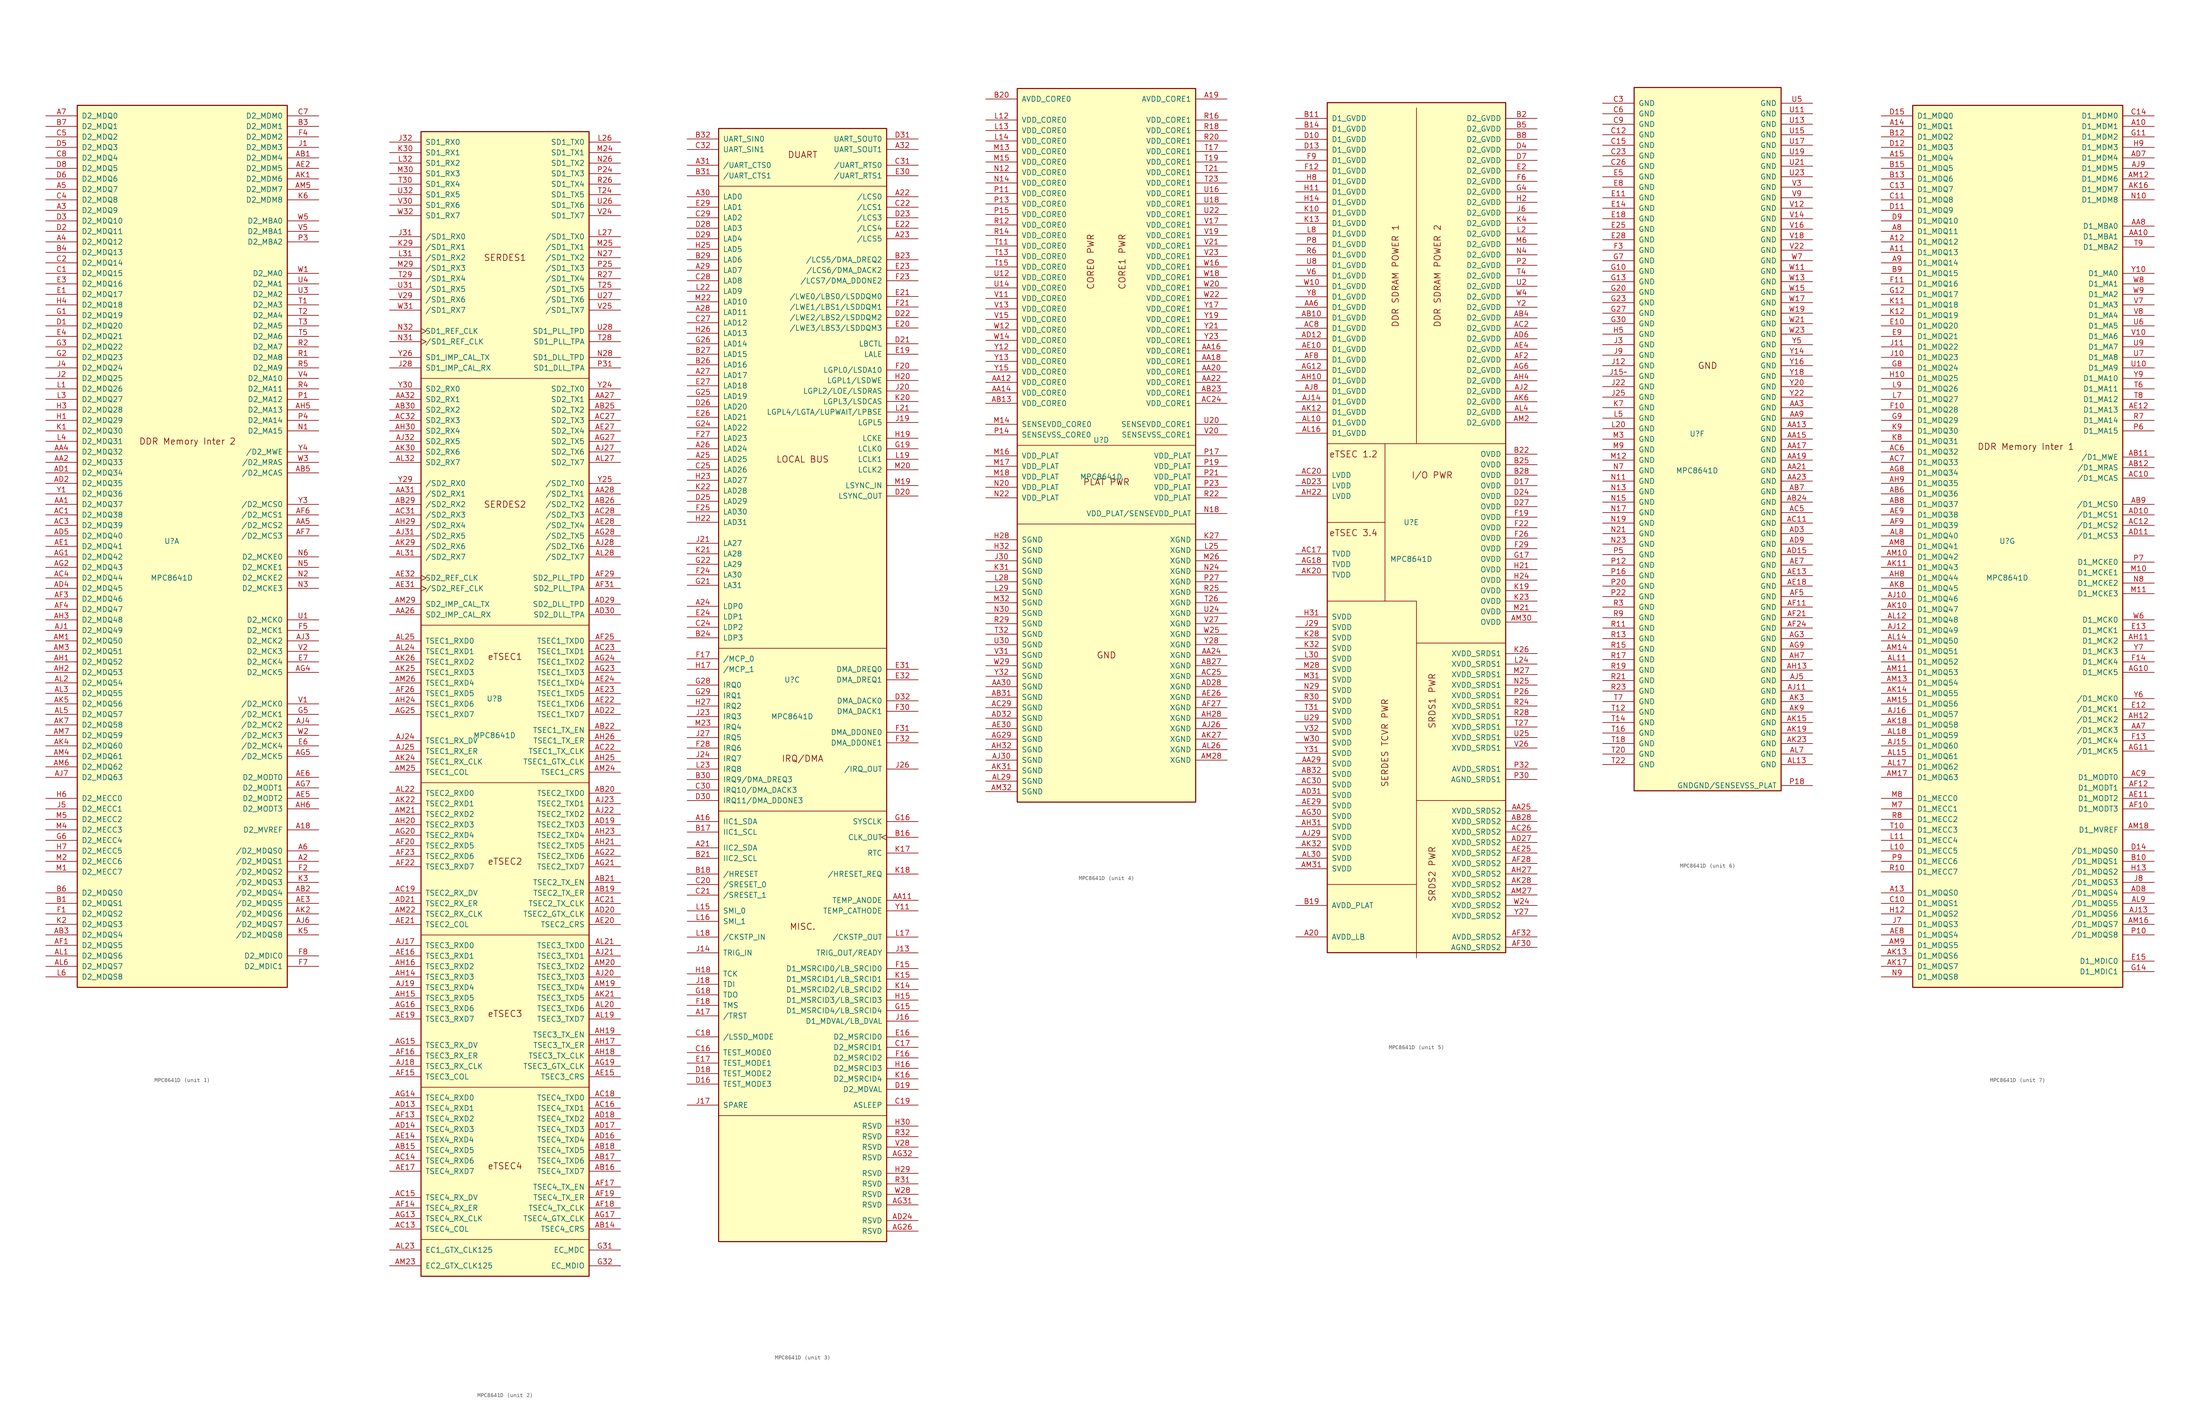
<source format=kicad_sym>
(kicad_symbol_lib
  (version 20201005)
  (generator kicad_symbol_editor)
  (symbol "MPC8641D"
    (pin_names
      (offset 1.016))
    (property "Reference" "U"
      (at -2.54 1.27 0)
      (effects (font (size 1.27 1.27))))
    (property "Value" "MPC8641D"
      (at -2.54 -7.62 0)
      (effects (font (size 1.27 1.27))))
    (property "ki_locked" ""
      (at 0 0 0)
      (effects (font (size 1.27 1.27))))
    (symbol "MPC8641D_1_1"
      (text "DDR Memory Inter 2" (at 1.27 25.4 0) (effects (font (size 1.524 1.524))))
      (rectangle (start -25.4 106.68) (end 25.4 -106.68) (stroke (width 0.254)) (fill (type background)))
      (pin output line (at 33.02 -68.58 180) (length 7.62) (name "D2_MVREF" (effects (font (size 1.27 1.27)))) (number "A18" (effects (font (size 1.27 1.27)))))
      (pin bidirectional line (at 33.02 -76.2 180) (length 7.62) (name "/D2_MDQS1" (effects (font (size 1.27 1.27)))) (number "A2" (effects (font (size 1.27 1.27)))))
      (pin bidirectional line (at -33.02 81.28 0) (length 7.62) (name "D2_MDQ9" (effects (font (size 1.27 1.27)))) (number "A3" (effects (font (size 1.27 1.27)))))
      (pin bidirectional line (at -33.02 73.66 0) (length 7.62) (name "D2_MDQ12" (effects (font (size 1.27 1.27)))) (number "A4" (effects (font (size 1.27 1.27)))))
      (pin bidirectional line (at -33.02 86.36 0) (length 7.62) (name "D2_MDQ7" (effects (font (size 1.27 1.27)))) (number "A5" (effects (font (size 1.27 1.27)))))
      (pin bidirectional line (at 33.02 -73.66 180) (length 7.62) (name "/D2_MDQS0" (effects (font (size 1.27 1.27)))) (number "A6" (effects (font (size 1.27 1.27)))))
      (pin bidirectional line (at -33.02 104.14 0) (length 7.62) (name "D2_MDQ0" (effects (font (size 1.27 1.27)))) (number "A7" (effects (font (size 1.27 1.27)))))
      (pin bidirectional line (at -33.02 10.16 0) (length 7.62) (name "D2_MDQ37" (effects (font (size 1.27 1.27)))) (number "AA1" (effects (font (size 1.27 1.27)))))
      (pin bidirectional line (at -33.02 20.32 0) (length 7.62) (name "D2_MDQ33" (effects (font (size 1.27 1.27)))) (number "AA2" (effects (font (size 1.27 1.27)))))
      (pin bidirectional line (at -33.02 22.86 0) (length 7.62) (name "D2_MDQ32" (effects (font (size 1.27 1.27)))) (number "AA4" (effects (font (size 1.27 1.27)))))
      (pin output line (at 33.02 5.08 180) (length 7.62) (name "/D2_MCS2" (effects (font (size 1.27 1.27)))) (number "AA5" (effects (font (size 1.27 1.27)))))
      (pin output line (at 33.02 93.98 180) (length 7.62) (name "D2_MDM4" (effects (font (size 1.27 1.27)))) (number "AB1" (effects (font (size 1.27 1.27)))))
      (pin bidirectional line (at 33.02 -83.82 180) (length 7.62) (name "/D2_MDQS4" (effects (font (size 1.27 1.27)))) (number "AB2" (effects (font (size 1.27 1.27)))))
      (pin bidirectional line (at -33.02 -93.98 0) (length 7.62) (name "D2_MDQS4" (effects (font (size 1.27 1.27)))) (number "AB3" (effects (font (size 1.27 1.27)))))
      (pin output line (at 33.02 17.78 180) (length 7.62) (name "/D2_MCAS" (effects (font (size 1.27 1.27)))) (number "AB5" (effects (font (size 1.27 1.27)))))
      (pin bidirectional line (at -33.02 7.62 0) (length 7.62) (name "D2_MDQ38" (effects (font (size 1.27 1.27)))) (number "AC1" (effects (font (size 1.27 1.27)))))
      (pin bidirectional line (at -33.02 5.08 0) (length 7.62) (name "D2_MDQ39" (effects (font (size 1.27 1.27)))) (number "AC3" (effects (font (size 1.27 1.27)))))
      (pin bidirectional line (at -33.02 -7.62 0) (length 7.62) (name "D2_MDQ44" (effects (font (size 1.27 1.27)))) (number "AC4" (effects (font (size 1.27 1.27)))))
      (pin bidirectional line (at -33.02 17.78 0) (length 7.62) (name "D2_MDQ34" (effects (font (size 1.27 1.27)))) (number "AD1" (effects (font (size 1.27 1.27)))))
      (pin bidirectional line (at -33.02 15.24 0) (length 7.62) (name "D2_MDQ35" (effects (font (size 1.27 1.27)))) (number "AD2" (effects (font (size 1.27 1.27)))))
      (pin bidirectional line (at -33.02 -10.16 0) (length 7.62) (name "D2_MDQ45" (effects (font (size 1.27 1.27)))) (number "AD4" (effects (font (size 1.27 1.27)))))
      (pin bidirectional line (at -33.02 2.54 0) (length 7.62) (name "D2_MDQ40" (effects (font (size 1.27 1.27)))) (number "AD5" (effects (font (size 1.27 1.27)))))
      (pin bidirectional line (at -33.02 0 0) (length 7.62) (name "D2_MDQ41" (effects (font (size 1.27 1.27)))) (number "AE1" (effects (font (size 1.27 1.27)))))
      (pin output line (at 33.02 91.44 180) (length 7.62) (name "D2_MDM5" (effects (font (size 1.27 1.27)))) (number "AE2" (effects (font (size 1.27 1.27)))))
      (pin bidirectional line (at 33.02 -86.36 180) (length 7.62) (name "/D2_MDQS5" (effects (font (size 1.27 1.27)))) (number "AE3" (effects (font (size 1.27 1.27)))))
      (pin output line (at 33.02 -60.96 180) (length 7.62) (name "D2_MODT2" (effects (font (size 1.27 1.27)))) (number "AE5" (effects (font (size 1.27 1.27)))))
      (pin output line (at 33.02 -55.88 180) (length 7.62) (name "D2_MODT0" (effects (font (size 1.27 1.27)))) (number "AE6" (effects (font (size 1.27 1.27)))))
      (pin bidirectional line (at -33.02 -96.52 0) (length 7.62) (name "D2_MDQS5" (effects (font (size 1.27 1.27)))) (number "AF1" (effects (font (size 1.27 1.27)))))
      (pin bidirectional line (at -33.02 -12.7 0) (length 7.62) (name "D2_MDQ46" (effects (font (size 1.27 1.27)))) (number "AF3" (effects (font (size 1.27 1.27)))))
      (pin bidirectional line (at -33.02 -15.24 0) (length 7.62) (name "D2_MDQ47" (effects (font (size 1.27 1.27)))) (number "AF4" (effects (font (size 1.27 1.27)))))
      (pin output line (at 33.02 7.62 180) (length 7.62) (name "/D2_MCS1" (effects (font (size 1.27 1.27)))) (number "AF6" (effects (font (size 1.27 1.27)))))
      (pin output line (at 33.02 2.54 180) (length 7.62) (name "/D2_MCS3" (effects (font (size 1.27 1.27)))) (number "AF7" (effects (font (size 1.27 1.27)))))
      (pin bidirectional line (at -33.02 -2.54 0) (length 7.62) (name "D2_MDQ42" (effects (font (size 1.27 1.27)))) (number "AG1" (effects (font (size 1.27 1.27)))))
      (pin bidirectional line (at -33.02 -5.08 0) (length 7.62) (name "D2_MDQ43" (effects (font (size 1.27 1.27)))) (number "AG2" (effects (font (size 1.27 1.27)))))
      (pin output line (at 33.02 -30.48 180) (length 7.62) (name "D2_MCK5" (effects (font (size 1.27 1.27)))) (number "AG4" (effects (font (size 1.27 1.27)))))
      (pin output line (at 33.02 -50.8 180) (length 7.62) (name "/D2_MCK5" (effects (font (size 1.27 1.27)))) (number "AG5" (effects (font (size 1.27 1.27)))))
      (pin output line (at 33.02 -58.42 180) (length 7.62) (name "D2_MODT1" (effects (font (size 1.27 1.27)))) (number "AG7" (effects (font (size 1.27 1.27)))))
      (pin bidirectional line (at -33.02 -27.94 0) (length 7.62) (name "D2_MDQ52" (effects (font (size 1.27 1.27)))) (number "AH1" (effects (font (size 1.27 1.27)))))
      (pin bidirectional line (at -33.02 -30.48 0) (length 7.62) (name "D2_MDQ53" (effects (font (size 1.27 1.27)))) (number "AH2" (effects (font (size 1.27 1.27)))))
      (pin bidirectional line (at -33.02 -17.78 0) (length 7.62) (name "D2_MDQ48" (effects (font (size 1.27 1.27)))) (number "AH3" (effects (font (size 1.27 1.27)))))
      (pin output line (at 33.02 33.02 180) (length 7.62) (name "D2_MA13" (effects (font (size 1.27 1.27)))) (number "AH5" (effects (font (size 1.27 1.27)))))
      (pin output line (at 33.02 -63.5 180) (length 7.62) (name "D2_MODT3" (effects (font (size 1.27 1.27)))) (number "AH6" (effects (font (size 1.27 1.27)))))
      (pin bidirectional line (at -33.02 -20.32 0) (length 7.62) (name "D2_MDQ49" (effects (font (size 1.27 1.27)))) (number "AJ1" (effects (font (size 1.27 1.27)))))
      (pin output line (at 33.02 -22.86 180) (length 7.62) (name "D2_MCK2" (effects (font (size 1.27 1.27)))) (number "AJ3" (effects (font (size 1.27 1.27)))))
      (pin output line (at 33.02 -43.18 180) (length 7.62) (name "/D2_MCK2" (effects (font (size 1.27 1.27)))) (number "AJ4" (effects (font (size 1.27 1.27)))))
      (pin bidirectional line (at 33.02 -91.44 180) (length 7.62) (name "/D2_MDQS7" (effects (font (size 1.27 1.27)))) (number "AJ6" (effects (font (size 1.27 1.27)))))
      (pin bidirectional line (at -33.02 -55.88 0) (length 7.62) (name "D2_MDQ63" (effects (font (size 1.27 1.27)))) (number "AJ7" (effects (font (size 1.27 1.27)))))
      (pin output line (at 33.02 88.9 180) (length 7.62) (name "D2_MDM6" (effects (font (size 1.27 1.27)))) (number "AK1" (effects (font (size 1.27 1.27)))))
      (pin bidirectional line (at 33.02 -88.9 180) (length 7.62) (name "/D2_MDQS6" (effects (font (size 1.27 1.27)))) (number "AK2" (effects (font (size 1.27 1.27)))))
      (pin bidirectional line (at -33.02 -48.26 0) (length 7.62) (name "D2_MDQ60" (effects (font (size 1.27 1.27)))) (number "AK4" (effects (font (size 1.27 1.27)))))
      (pin bidirectional line (at -33.02 -38.1 0) (length 7.62) (name "D2_MDQ56" (effects (font (size 1.27 1.27)))) (number "AK5" (effects (font (size 1.27 1.27)))))
      (pin bidirectional line (at -33.02 -43.18 0) (length 7.62) (name "D2_MDQ58" (effects (font (size 1.27 1.27)))) (number "AK7" (effects (font (size 1.27 1.27)))))
      (pin bidirectional line (at -33.02 -99.06 0) (length 7.62) (name "D2_MDQS6" (effects (font (size 1.27 1.27)))) (number "AL1" (effects (font (size 1.27 1.27)))))
      (pin bidirectional line (at -33.02 -33.02 0) (length 7.62) (name "D2_MDQ54" (effects (font (size 1.27 1.27)))) (number "AL2" (effects (font (size 1.27 1.27)))))
      (pin bidirectional line (at -33.02 -35.56 0) (length 7.62) (name "D2_MDQ55" (effects (font (size 1.27 1.27)))) (number "AL3" (effects (font (size 1.27 1.27)))))
      (pin bidirectional line (at -33.02 -40.64 0) (length 7.62) (name "D2_MDQ57" (effects (font (size 1.27 1.27)))) (number "AL5" (effects (font (size 1.27 1.27)))))
      (pin bidirectional line (at -33.02 -101.6 0) (length 7.62) (name "D2_MDQS7" (effects (font (size 1.27 1.27)))) (number "AL6" (effects (font (size 1.27 1.27)))))
      (pin bidirectional line (at -33.02 -22.86 0) (length 7.62) (name "D2_MDQ50" (effects (font (size 1.27 1.27)))) (number "AM1" (effects (font (size 1.27 1.27)))))
      (pin bidirectional line (at -33.02 -25.4 0) (length 7.62) (name "D2_MDQ51" (effects (font (size 1.27 1.27)))) (number "AM3" (effects (font (size 1.27 1.27)))))
      (pin bidirectional line (at -33.02 -50.8 0) (length 7.62) (name "D2_MDQ61" (effects (font (size 1.27 1.27)))) (number "AM4" (effects (font (size 1.27 1.27)))))
      (pin output line (at 33.02 86.36 180) (length 7.62) (name "D2_MDM7" (effects (font (size 1.27 1.27)))) (number "AM5" (effects (font (size 1.27 1.27)))))
      (pin bidirectional line (at -33.02 -53.34 0) (length 7.62) (name "D2_MDQ62" (effects (font (size 1.27 1.27)))) (number "AM6" (effects (font (size 1.27 1.27)))))
      (pin bidirectional line (at -33.02 -45.72 0) (length 7.62) (name "D2_MDQ59" (effects (font (size 1.27 1.27)))) (number "AM7" (effects (font (size 1.27 1.27)))))
      (pin bidirectional line (at -33.02 -86.36 0) (length 7.62) (name "D2_MDQS1" (effects (font (size 1.27 1.27)))) (number "B1" (effects (font (size 1.27 1.27)))))
      (pin output line (at 33.02 101.6 180) (length 7.62) (name "D2_MDM1" (effects (font (size 1.27 1.27)))) (number "B3" (effects (font (size 1.27 1.27)))))
      (pin bidirectional line (at -33.02 71.12 0) (length 7.62) (name "D2_MDQ13" (effects (font (size 1.27 1.27)))) (number "B4" (effects (font (size 1.27 1.27)))))
      (pin bidirectional line (at -33.02 -83.82 0) (length 7.62) (name "D2_MDQS0" (effects (font (size 1.27 1.27)))) (number "B6" (effects (font (size 1.27 1.27)))))
      (pin bidirectional line (at -33.02 101.6 0) (length 7.62) (name "D2_MDQ1" (effects (font (size 1.27 1.27)))) (number "B7" (effects (font (size 1.27 1.27)))))
      (pin bidirectional line (at -33.02 66.04 0) (length 7.62) (name "D2_MDQ15" (effects (font (size 1.27 1.27)))) (number "C1" (effects (font (size 1.27 1.27)))))
      (pin bidirectional line (at -33.02 68.58 0) (length 7.62) (name "D2_MDQ14" (effects (font (size 1.27 1.27)))) (number "C2" (effects (font (size 1.27 1.27)))))
      (pin bidirectional line (at -33.02 83.82 0) (length 7.62) (name "D2_MDQ8" (effects (font (size 1.27 1.27)))) (number "C4" (effects (font (size 1.27 1.27)))))
      (pin bidirectional line (at -33.02 99.06 0) (length 7.62) (name "D2_MDQ2" (effects (font (size 1.27 1.27)))) (number "C5" (effects (font (size 1.27 1.27)))))
      (pin output line (at 33.02 104.14 180) (length 7.62) (name "D2_MDM0" (effects (font (size 1.27 1.27)))) (number "C7" (effects (font (size 1.27 1.27)))))
      (pin bidirectional line (at -33.02 93.98 0) (length 7.62) (name "D2_MDQ4" (effects (font (size 1.27 1.27)))) (number "C8" (effects (font (size 1.27 1.27)))))
      (pin bidirectional line (at -33.02 53.34 0) (length 7.62) (name "D2_MDQ20" (effects (font (size 1.27 1.27)))) (number "D1" (effects (font (size 1.27 1.27)))))
      (pin bidirectional line (at -33.02 76.2 0) (length 7.62) (name "D2_MDQ11" (effects (font (size 1.27 1.27)))) (number "D2" (effects (font (size 1.27 1.27)))))
      (pin bidirectional line (at -33.02 78.74 0) (length 7.62) (name "D2_MDQ10" (effects (font (size 1.27 1.27)))) (number "D3" (effects (font (size 1.27 1.27)))))
      (pin bidirectional line (at -33.02 96.52 0) (length 7.62) (name "D2_MDQ3" (effects (font (size 1.27 1.27)))) (number "D5" (effects (font (size 1.27 1.27)))))
      (pin bidirectional line (at -33.02 88.9 0) (length 7.62) (name "D2_MDQ6" (effects (font (size 1.27 1.27)))) (number "D6" (effects (font (size 1.27 1.27)))))
      (pin bidirectional line (at -33.02 91.44 0) (length 7.62) (name "D2_MDQ5" (effects (font (size 1.27 1.27)))) (number "D8" (effects (font (size 1.27 1.27)))))
      (pin bidirectional line (at -33.02 60.96 0) (length 7.62) (name "D2_MDQ17" (effects (font (size 1.27 1.27)))) (number "E1" (effects (font (size 1.27 1.27)))))
      (pin bidirectional line (at -33.02 63.5 0) (length 7.62) (name "D2_MDQ16" (effects (font (size 1.27 1.27)))) (number "E3" (effects (font (size 1.27 1.27)))))
      (pin bidirectional line (at -33.02 50.8 0) (length 7.62) (name "D2_MDQ21" (effects (font (size 1.27 1.27)))) (number "E4" (effects (font (size 1.27 1.27)))))
      (pin output line (at 33.02 -48.26 180) (length 7.62) (name "/D2_MCK4" (effects (font (size 1.27 1.27)))) (number "E6" (effects (font (size 1.27 1.27)))))
      (pin output line (at 33.02 -27.94 180) (length 7.62) (name "D2_MCK4" (effects (font (size 1.27 1.27)))) (number "E7" (effects (font (size 1.27 1.27)))))
      (pin bidirectional line (at -33.02 -88.9 0) (length 7.62) (name "D2_MDQS2" (effects (font (size 1.27 1.27)))) (number "F1" (effects (font (size 1.27 1.27)))))
      (pin bidirectional line (at 33.02 -78.74 180) (length 7.62) (name "/D2_MDQS2" (effects (font (size 1.27 1.27)))) (number "F2" (effects (font (size 1.27 1.27)))))
      (pin output line (at 33.02 99.06 180) (length 7.62) (name "D2_MDM2" (effects (font (size 1.27 1.27)))) (number "F4" (effects (font (size 1.27 1.27)))))
      (pin output line (at 33.02 -20.32 180) (length 7.62) (name "D2_MCK1" (effects (font (size 1.27 1.27)))) (number "F5" (effects (font (size 1.27 1.27)))))
      (pin bidirectional line (at 33.02 -101.6 180) (length 7.62) (name "D2_MDIC1" (effects (font (size 1.27 1.27)))) (number "F7" (effects (font (size 1.27 1.27)))))
      (pin bidirectional line (at 33.02 -99.06 180) (length 7.62) (name "D2_MDIC0" (effects (font (size 1.27 1.27)))) (number "F8" (effects (font (size 1.27 1.27)))))
      (pin bidirectional line (at -33.02 55.88 0) (length 7.62) (name "D2_MDQ19" (effects (font (size 1.27 1.27)))) (number "G1" (effects (font (size 1.27 1.27)))))
      (pin bidirectional line (at -33.02 45.72 0) (length 7.62) (name "D2_MDQ23" (effects (font (size 1.27 1.27)))) (number "G2" (effects (font (size 1.27 1.27)))))
      (pin bidirectional line (at -33.02 48.26 0) (length 7.62) (name "D2_MDQ22" (effects (font (size 1.27 1.27)))) (number "G3" (effects (font (size 1.27 1.27)))))
      (pin output line (at 33.02 -40.64 180) (length 7.62) (name "/D2_MCK1" (effects (font (size 1.27 1.27)))) (number "G5" (effects (font (size 1.27 1.27)))))
      (pin bidirectional line (at -33.02 -71.12 0) (length 7.62) (name "D2_MECC4" (effects (font (size 1.27 1.27)))) (number "G6" (effects (font (size 1.27 1.27)))))
      (pin bidirectional line (at -33.02 30.48 0) (length 7.62) (name "D2_MDQ29" (effects (font (size 1.27 1.27)))) (number "H1" (effects (font (size 1.27 1.27)))))
      (pin bidirectional line (at -33.02 33.02 0) (length 7.62) (name "D2_MDQ28" (effects (font (size 1.27 1.27)))) (number "H3" (effects (font (size 1.27 1.27)))))
      (pin bidirectional line (at -33.02 58.42 0) (length 7.62) (name "D2_MDQ18" (effects (font (size 1.27 1.27)))) (number "H4" (effects (font (size 1.27 1.27)))))
      (pin bidirectional line (at -33.02 -60.96 0) (length 7.62) (name "D2_MECC0" (effects (font (size 1.27 1.27)))) (number "H6" (effects (font (size 1.27 1.27)))))
      (pin bidirectional line (at -33.02 -73.66 0) (length 7.62) (name "D2_MECC5" (effects (font (size 1.27 1.27)))) (number "H7" (effects (font (size 1.27 1.27)))))
      (pin output line (at 33.02 96.52 180) (length 7.62) (name "D2_MDM3" (effects (font (size 1.27 1.27)))) (number "J1" (effects (font (size 1.27 1.27)))))
      (pin bidirectional line (at -33.02 40.64 0) (length 7.62) (name "D2_MDQ25" (effects (font (size 1.27 1.27)))) (number "J2" (effects (font (size 1.27 1.27)))))
      (pin bidirectional line (at -33.02 43.18 0) (length 7.62) (name "D2_MDQ24" (effects (font (size 1.27 1.27)))) (number "J4" (effects (font (size 1.27 1.27)))))
      (pin bidirectional line (at -33.02 -63.5 0) (length 7.62) (name "D2_MECC1" (effects (font (size 1.27 1.27)))) (number "J5" (effects (font (size 1.27 1.27)))))
      (pin bidirectional line (at -33.02 27.94 0) (length 7.62) (name "D2_MDQ30" (effects (font (size 1.27 1.27)))) (number "K1" (effects (font (size 1.27 1.27)))))
      (pin bidirectional line (at -33.02 -91.44 0) (length 7.62) (name "D2_MDQS3" (effects (font (size 1.27 1.27)))) (number "K2" (effects (font (size 1.27 1.27)))))
      (pin bidirectional line (at 33.02 -81.28 180) (length 7.62) (name "/D2_MDQS3" (effects (font (size 1.27 1.27)))) (number "K3" (effects (font (size 1.27 1.27)))))
      (pin bidirectional line (at 33.02 -93.98 180) (length 7.62) (name "/D2_MDQS8" (effects (font (size 1.27 1.27)))) (number "K5" (effects (font (size 1.27 1.27)))))
      (pin output line (at 33.02 83.82 180) (length 7.62) (name "D2_MDM8" (effects (font (size 1.27 1.27)))) (number "K6" (effects (font (size 1.27 1.27)))))
      (pin bidirectional line (at -33.02 38.1 0) (length 7.62) (name "D2_MDQ26" (effects (font (size 1.27 1.27)))) (number "L1" (effects (font (size 1.27 1.27)))))
      (pin bidirectional line (at -33.02 35.56 0) (length 7.62) (name "D2_MDQ27" (effects (font (size 1.27 1.27)))) (number "L3" (effects (font (size 1.27 1.27)))))
      (pin bidirectional line (at -33.02 25.4 0) (length 7.62) (name "D2_MDQ31" (effects (font (size 1.27 1.27)))) (number "L4" (effects (font (size 1.27 1.27)))))
      (pin bidirectional line (at -33.02 -104.14 0) (length 7.62) (name "D2_MDQS8" (effects (font (size 1.27 1.27)))) (number "L6" (effects (font (size 1.27 1.27)))))
      (pin bidirectional line (at -33.02 -78.74 0) (length 7.62) (name "D2_MECC7" (effects (font (size 1.27 1.27)))) (number "M1" (effects (font (size 1.27 1.27)))))
      (pin bidirectional line (at -33.02 -76.2 0) (length 7.62) (name "D2_MECC6" (effects (font (size 1.27 1.27)))) (number "M2" (effects (font (size 1.27 1.27)))))
      (pin bidirectional line (at -33.02 -68.58 0) (length 7.62) (name "D2_MECC3" (effects (font (size 1.27 1.27)))) (number "M4" (effects (font (size 1.27 1.27)))))
      (pin bidirectional line (at -33.02 -66.04 0) (length 7.62) (name "D2_MECC2" (effects (font (size 1.27 1.27)))) (number "M5" (effects (font (size 1.27 1.27)))))
      (pin output line (at 33.02 27.94 180) (length 7.62) (name "D2_MA15" (effects (font (size 1.27 1.27)))) (number "N1" (effects (font (size 1.27 1.27)))))
      (pin output line (at 33.02 -7.62 180) (length 7.62) (name "D2_MCKE2" (effects (font (size 1.27 1.27)))) (number "N2" (effects (font (size 1.27 1.27)))))
      (pin output line (at 33.02 -10.16 180) (length 7.62) (name "D2_MCKE3" (effects (font (size 1.27 1.27)))) (number "N3" (effects (font (size 1.27 1.27)))))
      (pin output line (at 33.02 -5.08 180) (length 7.62) (name "D2_MCKE1" (effects (font (size 1.27 1.27)))) (number "N5" (effects (font (size 1.27 1.27)))))
      (pin output line (at 33.02 -2.54 180) (length 7.62) (name "D2_MCKE0" (effects (font (size 1.27 1.27)))) (number "N6" (effects (font (size 1.27 1.27)))))
      (pin output line (at 33.02 35.56 180) (length 7.62) (name "D2_MA12" (effects (font (size 1.27 1.27)))) (number "P1" (effects (font (size 1.27 1.27)))))
      (pin output line (at 33.02 73.66 180) (length 7.62) (name "D2_MBA2" (effects (font (size 1.27 1.27)))) (number "P3" (effects (font (size 1.27 1.27)))))
      (pin output line (at 33.02 30.48 180) (length 7.62) (name "D2_MA14" (effects (font (size 1.27 1.27)))) (number "P4" (effects (font (size 1.27 1.27)))))
      (pin output line (at 33.02 45.72 180) (length 7.62) (name "D2_MA8" (effects (font (size 1.27 1.27)))) (number "R1" (effects (font (size 1.27 1.27)))))
      (pin output line (at 33.02 48.26 180) (length 7.62) (name "D2_MA7" (effects (font (size 1.27 1.27)))) (number "R2" (effects (font (size 1.27 1.27)))))
      (pin output line (at 33.02 38.1 180) (length 7.62) (name "D2_MA11" (effects (font (size 1.27 1.27)))) (number "R4" (effects (font (size 1.27 1.27)))))
      (pin output line (at 33.02 43.18 180) (length 7.62) (name "D2_MA9" (effects (font (size 1.27 1.27)))) (number "R5" (effects (font (size 1.27 1.27)))))
      (pin output line (at 33.02 58.42 180) (length 7.62) (name "D2_MA3" (effects (font (size 1.27 1.27)))) (number "T1" (effects (font (size 1.27 1.27)))))
      (pin output line (at 33.02 55.88 180) (length 7.62) (name "D2_MA4" (effects (font (size 1.27 1.27)))) (number "T2" (effects (font (size 1.27 1.27)))))
      (pin output line (at 33.02 53.34 180) (length 7.62) (name "D2_MA5" (effects (font (size 1.27 1.27)))) (number "T3" (effects (font (size 1.27 1.27)))))
      (pin output line (at 33.02 50.8 180) (length 7.62) (name "D2_MA6" (effects (font (size 1.27 1.27)))) (number "T5" (effects (font (size 1.27 1.27)))))
      (pin output line (at 33.02 -17.78 180) (length 7.62) (name "D2_MCK0" (effects (font (size 1.27 1.27)))) (number "U1" (effects (font (size 1.27 1.27)))))
      (pin output line (at 33.02 60.96 180) (length 7.62) (name "D2_MA2" (effects (font (size 1.27 1.27)))) (number "U3" (effects (font (size 1.27 1.27)))))
      (pin output line (at 33.02 63.5 180) (length 7.62) (name "D2_MA1" (effects (font (size 1.27 1.27)))) (number "U4" (effects (font (size 1.27 1.27)))))
      (pin output line (at 33.02 -38.1 180) (length 7.62) (name "/D2_MCK0" (effects (font (size 1.27 1.27)))) (number "V1" (effects (font (size 1.27 1.27)))))
      (pin output line (at 33.02 -25.4 180) (length 7.62) (name "D2_MCK3" (effects (font (size 1.27 1.27)))) (number "V2" (effects (font (size 1.27 1.27)))))
      (pin output line (at 33.02 40.64 180) (length 7.62) (name "D2_MA10" (effects (font (size 1.27 1.27)))) (number "V4" (effects (font (size 1.27 1.27)))))
      (pin output line (at 33.02 76.2 180) (length 7.62) (name "D2_MBA1" (effects (font (size 1.27 1.27)))) (number "V5" (effects (font (size 1.27 1.27)))))
      (pin output line (at 33.02 66.04 180) (length 7.62) (name "D2_MA0" (effects (font (size 1.27 1.27)))) (number "W1" (effects (font (size 1.27 1.27)))))
      (pin output line (at 33.02 -45.72 180) (length 7.62) (name "/D2_MCK3" (effects (font (size 1.27 1.27)))) (number "W2" (effects (font (size 1.27 1.27)))))
      (pin output line (at 33.02 20.32 180) (length 7.62) (name "/D2_MRAS" (effects (font (size 1.27 1.27)))) (number "W3" (effects (font (size 1.27 1.27)))))
      (pin output line (at 33.02 78.74 180) (length 7.62) (name "D2_MBA0" (effects (font (size 1.27 1.27)))) (number "W5" (effects (font (size 1.27 1.27)))))
      (pin bidirectional line (at -33.02 12.7 0) (length 7.62) (name "D2_MDQ36" (effects (font (size 1.27 1.27)))) (number "Y1" (effects (font (size 1.27 1.27)))))
      (pin output line (at 33.02 10.16 180) (length 7.62) (name "/D2_MCS0" (effects (font (size 1.27 1.27)))) (number "Y3" (effects (font (size 1.27 1.27)))))
      (pin output line (at 33.02 22.86 180) (length 7.62) (name "/D2_MWE" (effects (font (size 1.27 1.27)))) (number "Y4" (effects (font (size 1.27 1.27))))))
    (symbol "MPC8641D_2_1"
      (text "eTSEC1" (at 0 11.43 0) (effects (font (size 1.524 1.524))))
      (text "eTSEC2" (at 0 -38.1 0) (effects (font (size 1.524 1.524))))
      (text "eTSEC3" (at 0 -74.93 0) (effects (font (size 1.524 1.524))))
      (text "eTSEC4" (at 0 -111.76 0) (effects (font (size 1.524 1.524))))
      (text "SERDES1" (at 0 107.95 0) (effects (font (size 1.524 1.524))))
      (text "SERDES2" (at 0 48.26 0) (effects (font (size 1.524 1.524))))
      (rectangle (start -20.32 138.43) (end 20.32 -138.43) (stroke (width 0.254)) (fill (type background)))
      (polyline (pts (xy -20.32 -129.54) (xy 20.32 -129.54) (xy 20.32 -129.54)) (stroke (width 0)) (fill (type none)))
      (polyline (pts (xy -20.32 -92.71) (xy 20.32 -92.71) (xy 20.32 -92.71)) (stroke (width 0)) (fill (type none)))
      (polyline (pts (xy -20.32 -55.88) (xy 20.32 -55.88) (xy 20.32 -55.88)) (stroke (width 0)) (fill (type none)))
      (polyline (pts (xy -20.32 -19.05) (xy 20.32 -19.05) (xy 20.32 -19.05)) (stroke (width 0)) (fill (type none)))
      (polyline (pts (xy -20.32 19.05) (xy 20.32 19.05) (xy 20.32 19.05)) (stroke (width 0)) (fill (type none)))
      (polyline (pts (xy -20.32 78.74) (xy 20.32 78.74) (xy 20.32 78.74)) (stroke (width 0)) (fill (type none)))
      (pin input line (at -27.94 21.59 0) (length 7.62) (name "SD2_IMP_CAL_RX" (effects (font (size 1.27 1.27)))) (number "AA26" (effects (font (size 1.27 1.27)))))
      (pin output line (at 27.94 73.66 180) (length 7.62) (name "SD2_TX1" (effects (font (size 1.27 1.27)))) (number "AA27" (effects (font (size 1.27 1.27)))))
      (pin output line (at 27.94 50.8 180) (length 7.62) (name "/SD2_TX1" (effects (font (size 1.27 1.27)))) (number "AA28" (effects (font (size 1.27 1.27)))))
      (pin input line (at -27.94 50.8 0) (length 7.62) (name "/SD2_RX1" (effects (font (size 1.27 1.27)))) (number "AA31" (effects (font (size 1.27 1.27)))))
      (pin input line (at -27.94 73.66 0) (length 7.62) (name "SD2_RX1" (effects (font (size 1.27 1.27)))) (number "AA32" (effects (font (size 1.27 1.27)))))
      (pin bidirectional line (at 27.94 -127 180) (length 7.62) (name "TSEC4_CRS" (effects (font (size 1.27 1.27)))) (number "AB14" (effects (font (size 1.27 1.27)))))
      (pin input line (at -27.94 -107.95 0) (length 7.62) (name "TSEC4_RXD5" (effects (font (size 1.27 1.27)))) (number "AB15" (effects (font (size 1.27 1.27)))))
      (pin output line (at 27.94 -113.03 180) (length 7.62) (name "TSEC4_TXD7" (effects (font (size 1.27 1.27)))) (number "AB16" (effects (font (size 1.27 1.27)))))
      (pin output line (at 27.94 -110.49 180) (length 7.62) (name "TSEC4_TXD6" (effects (font (size 1.27 1.27)))) (number "AB17" (effects (font (size 1.27 1.27)))))
      (pin output line (at 27.94 -107.95 180) (length 7.62) (name "TSEC4_TXD5" (effects (font (size 1.27 1.27)))) (number "AB18" (effects (font (size 1.27 1.27)))))
      (pin output line (at 27.94 -45.72 180) (length 7.62) (name "TSEC2_TX_ER" (effects (font (size 1.27 1.27)))) (number "AB19" (effects (font (size 1.27 1.27)))))
      (pin output line (at 27.94 -21.59 180) (length 7.62) (name "TSEC2_TXD0" (effects (font (size 1.27 1.27)))) (number "AB20" (effects (font (size 1.27 1.27)))))
      (pin output line (at 27.94 -43.18 180) (length 7.62) (name "TSEC2_TX_EN" (effects (font (size 1.27 1.27)))) (number "AB21" (effects (font (size 1.27 1.27)))))
      (pin output line (at 27.94 -6.35 180) (length 7.62) (name "TSEC1_TX_EN" (effects (font (size 1.27 1.27)))) (number "AB22" (effects (font (size 1.27 1.27)))))
      (pin output line (at 27.94 71.12 180) (length 7.62) (name "SD2_TX2" (effects (font (size 1.27 1.27)))) (number "AB25" (effects (font (size 1.27 1.27)))))
      (pin output line (at 27.94 48.26 180) (length 7.62) (name "/SD2_TX2" (effects (font (size 1.27 1.27)))) (number "AB26" (effects (font (size 1.27 1.27)))))
      (pin input line (at -27.94 48.26 0) (length 7.62) (name "/SD2_RX2" (effects (font (size 1.27 1.27)))) (number "AB29" (effects (font (size 1.27 1.27)))))
      (pin input line (at -27.94 71.12 0) (length 7.62) (name "SD2_RX2" (effects (font (size 1.27 1.27)))) (number "AB30" (effects (font (size 1.27 1.27)))))
      (pin input line (at -27.94 -127 0) (length 7.62) (name "TSEC4_COL" (effects (font (size 1.27 1.27)))) (number "AC13" (effects (font (size 1.27 1.27)))))
      (pin input line (at -27.94 -110.49 0) (length 7.62) (name "TSEC4_RXD6" (effects (font (size 1.27 1.27)))) (number "AC14" (effects (font (size 1.27 1.27)))))
      (pin input line (at -27.94 -119.38 0) (length 7.62) (name "TSEC4_RX_DV" (effects (font (size 1.27 1.27)))) (number "AC15" (effects (font (size 1.27 1.27)))))
      (pin output line (at 27.94 -97.79 180) (length 7.62) (name "TSEC4_TXD1" (effects (font (size 1.27 1.27)))) (number "AC16" (effects (font (size 1.27 1.27)))))
      (pin output line (at 27.94 -95.25 180) (length 7.62) (name "TSEC4_TXD0" (effects (font (size 1.27 1.27)))) (number "AC18" (effects (font (size 1.27 1.27)))))
      (pin input line (at -27.94 -45.72 0) (length 7.62) (name "TSEC2_RX_DV" (effects (font (size 1.27 1.27)))) (number "AC19" (effects (font (size 1.27 1.27)))))
      (pin input line (at 27.94 -48.26 180) (length 7.62) (name "TSEC2_TX_CLK" (effects (font (size 1.27 1.27)))) (number "AC21" (effects (font (size 1.27 1.27)))))
      (pin input line (at 27.94 -11.43 180) (length 7.62) (name "TSEC1_TX_CLK" (effects (font (size 1.27 1.27)))) (number "AC22" (effects (font (size 1.27 1.27)))))
      (pin output line (at 27.94 12.7 180) (length 7.62) (name "TSEC1_TXD1" (effects (font (size 1.27 1.27)))) (number "AC23" (effects (font (size 1.27 1.27)))))
      (pin output line (at 27.94 68.58 180) (length 7.62) (name "SD2_TX3" (effects (font (size 1.27 1.27)))) (number "AC27" (effects (font (size 1.27 1.27)))))
      (pin output line (at 27.94 45.72 180) (length 7.62) (name "/SD2_TX3" (effects (font (size 1.27 1.27)))) (number "AC28" (effects (font (size 1.27 1.27)))))
      (pin input line (at -27.94 45.72 0) (length 7.62) (name "/SD2_RX3" (effects (font (size 1.27 1.27)))) (number "AC31" (effects (font (size 1.27 1.27)))))
      (pin input line (at -27.94 68.58 0) (length 7.62) (name "SD2_RX3" (effects (font (size 1.27 1.27)))) (number "AC32" (effects (font (size 1.27 1.27)))))
      (pin input line (at -27.94 -97.79 0) (length 7.62) (name "TSEC4_RXD1" (effects (font (size 1.27 1.27)))) (number "AD13" (effects (font (size 1.27 1.27)))))
      (pin input line (at -27.94 -102.87 0) (length 7.62) (name "TSEC4_RXD3" (effects (font (size 1.27 1.27)))) (number "AD14" (effects (font (size 1.27 1.27)))))
      (pin output line (at 27.94 -105.41 180) (length 7.62) (name "TSEC4_TXD4" (effects (font (size 1.27 1.27)))) (number "AD16" (effects (font (size 1.27 1.27)))))
      (pin output line (at 27.94 -102.87 180) (length 7.62) (name "TSEC4_TXD3" (effects (font (size 1.27 1.27)))) (number "AD17" (effects (font (size 1.27 1.27)))))
      (pin output line (at 27.94 -100.33 180) (length 7.62) (name "TSEC4_TXD2" (effects (font (size 1.27 1.27)))) (number "AD18" (effects (font (size 1.27 1.27)))))
      (pin output line (at 27.94 -29.21 180) (length 7.62) (name "TSEC2_TXD3" (effects (font (size 1.27 1.27)))) (number "AD19" (effects (font (size 1.27 1.27)))))
      (pin output line (at 27.94 -50.8 180) (length 7.62) (name "TSEC2_GTX_CLK" (effects (font (size 1.27 1.27)))) (number "AD20" (effects (font (size 1.27 1.27)))))
      (pin input line (at -27.94 -48.26 0) (length 7.62) (name "TSEC2_RX_ER" (effects (font (size 1.27 1.27)))) (number "AD21" (effects (font (size 1.27 1.27)))))
      (pin output line (at 27.94 -2.54 180) (length 7.62) (name "TSEC1_TXD7" (effects (font (size 1.27 1.27)))) (number "AD22" (effects (font (size 1.27 1.27)))))
      (pin output line (at 27.94 24.13 180) (length 7.62) (name "SD2_DLL_TPD" (effects (font (size 1.27 1.27)))) (number "AD29" (effects (font (size 1.27 1.27)))))
      (pin output line (at 27.94 21.59 180) (length 7.62) (name "SD2_DLL_TPA" (effects (font (size 1.27 1.27)))) (number "AD30" (effects (font (size 1.27 1.27)))))
      (pin input line (at -27.94 -105.41 0) (length 7.62) (name "TSEX4_RXD4" (effects (font (size 1.27 1.27)))) (number "AE14" (effects (font (size 1.27 1.27)))))
      (pin bidirectional line (at 27.94 -90.17 180) (length 7.62) (name "TSEC3_CRS" (effects (font (size 1.27 1.27)))) (number "AE15" (effects (font (size 1.27 1.27)))))
      (pin input line (at -27.94 -60.96 0) (length 7.62) (name "TSEC3_RXD1" (effects (font (size 1.27 1.27)))) (number "AE16" (effects (font (size 1.27 1.27)))))
      (pin input line (at -27.94 -113.03 0) (length 7.62) (name "TSEC4_RXD7" (effects (font (size 1.27 1.27)))) (number "AE17" (effects (font (size 1.27 1.27)))))
      (pin input line (at -27.94 -76.2 0) (length 7.62) (name "TSEC3_RXD7" (effects (font (size 1.27 1.27)))) (number "AE19" (effects (font (size 1.27 1.27)))))
      (pin bidirectional line (at 27.94 -53.34 180) (length 7.62) (name "TSEC2_CRS" (effects (font (size 1.27 1.27)))) (number "AE20" (effects (font (size 1.27 1.27)))))
      (pin input line (at -27.94 -53.34 0) (length 7.62) (name "TSEC2_COL" (effects (font (size 1.27 1.27)))) (number "AE21" (effects (font (size 1.27 1.27)))))
      (pin output line (at 27.94 0 180) (length 7.62) (name "TSEC1_TXD6" (effects (font (size 1.27 1.27)))) (number "AE22" (effects (font (size 1.27 1.27)))))
      (pin output line (at 27.94 2.54 180) (length 7.62) (name "TSEC1_TXD5" (effects (font (size 1.27 1.27)))) (number "AE23" (effects (font (size 1.27 1.27)))))
      (pin output line (at 27.94 5.08 180) (length 7.62) (name "TSEC1_TXD4" (effects (font (size 1.27 1.27)))) (number "AE24" (effects (font (size 1.27 1.27)))))
      (pin output line (at 27.94 66.04 180) (length 7.62) (name "SD2_TX4" (effects (font (size 1.27 1.27)))) (number "AE27" (effects (font (size 1.27 1.27)))))
      (pin output line (at 27.94 43.18 180) (length 7.62) (name "/SD2_TX4" (effects (font (size 1.27 1.27)))) (number "AE28" (effects (font (size 1.27 1.27)))))
      (pin input clock (at -27.94 27.94 0) (length 7.62) (name "/SD2_REF_CLK" (effects (font (size 1.27 1.27)))) (number "AE31" (effects (font (size 1.27 1.27)))))
      (pin input clock (at -27.94 30.48 0) (length 7.62) (name "SD2_REF_CLK" (effects (font (size 1.27 1.27)))) (number "AE32" (effects (font (size 1.27 1.27)))))
      (pin input line (at -27.94 -100.33 0) (length 7.62) (name "TSEC4_RXD2" (effects (font (size 1.27 1.27)))) (number "AF13" (effects (font (size 1.27 1.27)))))
      (pin input line (at -27.94 -121.92 0) (length 7.62) (name "TSEC4_RX_ER" (effects (font (size 1.27 1.27)))) (number "AF14" (effects (font (size 1.27 1.27)))))
      (pin input line (at -27.94 -90.17 0) (length 7.62) (name "TSEC3_COL" (effects (font (size 1.27 1.27)))) (number "AF15" (effects (font (size 1.27 1.27)))))
      (pin input line (at -27.94 -85.09 0) (length 7.62) (name "TSEC3_RX_ER" (effects (font (size 1.27 1.27)))) (number "AF16" (effects (font (size 1.27 1.27)))))
      (pin output line (at 27.94 -116.84 180) (length 7.62) (name "TSEC4_TX_EN" (effects (font (size 1.27 1.27)))) (number "AF17" (effects (font (size 1.27 1.27)))))
      (pin input line (at 27.94 -121.92 180) (length 7.62) (name "TSEC4_TX_CLK" (effects (font (size 1.27 1.27)))) (number "AF18" (effects (font (size 1.27 1.27)))))
      (pin output line (at 27.94 -119.38 180) (length 7.62) (name "TSEC4_TX_ER" (effects (font (size 1.27 1.27)))) (number "AF19" (effects (font (size 1.27 1.27)))))
      (pin input line (at -27.94 -34.29 0) (length 7.62) (name "TSEC2_RXD5" (effects (font (size 1.27 1.27)))) (number "AF20" (effects (font (size 1.27 1.27)))))
      (pin input line (at -27.94 -39.37 0) (length 7.62) (name "TSEC3_RXD7" (effects (font (size 1.27 1.27)))) (number "AF22" (effects (font (size 1.27 1.27)))))
      (pin input line (at -27.94 -36.83 0) (length 7.62) (name "TSEC2_RXD6" (effects (font (size 1.27 1.27)))) (number "AF23" (effects (font (size 1.27 1.27)))))
      (pin output line (at 27.94 15.24 180) (length 7.62) (name "TSEC1_TXD0" (effects (font (size 1.27 1.27)))) (number "AF25" (effects (font (size 1.27 1.27)))))
      (pin input line (at -27.94 2.54 0) (length 7.62) (name "TSEC1_RXD5" (effects (font (size 1.27 1.27)))) (number "AF26" (effects (font (size 1.27 1.27)))))
      (pin output line (at 27.94 30.48 180) (length 7.62) (name "SD2_PLL_TPD" (effects (font (size 1.27 1.27)))) (number "AF29" (effects (font (size 1.27 1.27)))))
      (pin output line (at 27.94 27.94 180) (length 7.62) (name "SD2_PLL_TPA" (effects (font (size 1.27 1.27)))) (number "AF31" (effects (font (size 1.27 1.27)))))
      (pin input line (at -27.94 -124.46 0) (length 7.62) (name "TSEC4_RX_CLK" (effects (font (size 1.27 1.27)))) (number "AG13" (effects (font (size 1.27 1.27)))))
      (pin input line (at -27.94 -95.25 0) (length 7.62) (name "TSEC4_RXD0" (effects (font (size 1.27 1.27)))) (number "AG14" (effects (font (size 1.27 1.27)))))
      (pin input line (at -27.94 -82.55 0) (length 7.62) (name "TSEC3_RX_DV" (effects (font (size 1.27 1.27)))) (number "AG15" (effects (font (size 1.27 1.27)))))
      (pin input line (at -27.94 -73.66 0) (length 7.62) (name "TSEC3_RXD6" (effects (font (size 1.27 1.27)))) (number "AG16" (effects (font (size 1.27 1.27)))))
      (pin output line (at 27.94 -124.46 180) (length 7.62) (name "TSEC4_GTX_CLK" (effects (font (size 1.27 1.27)))) (number "AG17" (effects (font (size 1.27 1.27)))))
      (pin output line (at 27.94 -87.63 180) (length 7.62) (name "TSEC3_GTX_CLK" (effects (font (size 1.27 1.27)))) (number "AG19" (effects (font (size 1.27 1.27)))))
      (pin input line (at -27.94 -31.75 0) (length 7.62) (name "TSEC2_RXD4" (effects (font (size 1.27 1.27)))) (number "AG20" (effects (font (size 1.27 1.27)))))
      (pin output line (at 27.94 -39.37 180) (length 7.62) (name "TSEC2_TXD7" (effects (font (size 1.27 1.27)))) (number "AG21" (effects (font (size 1.27 1.27)))))
      (pin output line (at 27.94 -36.83 180) (length 7.62) (name "TSEC2_TXD6" (effects (font (size 1.27 1.27)))) (number "AG22" (effects (font (size 1.27 1.27)))))
      (pin output line (at 27.94 7.62 180) (length 7.62) (name "TSEC1_TXD3" (effects (font (size 1.27 1.27)))) (number "AG23" (effects (font (size 1.27 1.27)))))
      (pin output line (at 27.94 10.16 180) (length 7.62) (name "TSEC1_TXD2" (effects (font (size 1.27 1.27)))) (number "AG24" (effects (font (size 1.27 1.27)))))
      (pin input line (at -27.94 -2.54 0) (length 7.62) (name "TSEC1_RXD7" (effects (font (size 1.27 1.27)))) (number "AG25" (effects (font (size 1.27 1.27)))))
      (pin output line (at 27.94 63.5 180) (length 7.62) (name "SD2_TX5" (effects (font (size 1.27 1.27)))) (number "AG27" (effects (font (size 1.27 1.27)))))
      (pin output line (at 27.94 40.64 180) (length 7.62) (name "/SD2_TX5" (effects (font (size 1.27 1.27)))) (number "AG28" (effects (font (size 1.27 1.27)))))
      (pin input line (at -27.94 -66.04 0) (length 7.62) (name "TSEC3_RXD3" (effects (font (size 1.27 1.27)))) (number "AH14" (effects (font (size 1.27 1.27)))))
      (pin input line (at -27.94 -71.12 0) (length 7.62) (name "TSEC3_RXD5" (effects (font (size 1.27 1.27)))) (number "AH15" (effects (font (size 1.27 1.27)))))
      (pin input line (at -27.94 -63.5 0) (length 7.62) (name "TSEC3_RXD2" (effects (font (size 1.27 1.27)))) (number "AH16" (effects (font (size 1.27 1.27)))))
      (pin output line (at 27.94 -82.55 180) (length 7.62) (name "TSEC3_TX_ER" (effects (font (size 1.27 1.27)))) (number "AH17" (effects (font (size 1.27 1.27)))))
      (pin input line (at 27.94 -85.09 180) (length 7.62) (name "TSEC3_TX_CLK" (effects (font (size 1.27 1.27)))) (number "AH18" (effects (font (size 1.27 1.27)))))
      (pin output line (at 27.94 -80.01 180) (length 7.62) (name "TSEC3_TX_EN" (effects (font (size 1.27 1.27)))) (number "AH19" (effects (font (size 1.27 1.27)))))
      (pin input line (at -27.94 -29.21 0) (length 7.62) (name "TSEC2_RXD3" (effects (font (size 1.27 1.27)))) (number "AH20" (effects (font (size 1.27 1.27)))))
      (pin output line (at 27.94 -34.29 180) (length 7.62) (name "TSEC2_TXD5" (effects (font (size 1.27 1.27)))) (number "AH21" (effects (font (size 1.27 1.27)))))
      (pin output line (at 27.94 -31.75 180) (length 7.62) (name "TSEC2_TXD4" (effects (font (size 1.27 1.27)))) (number "AH23" (effects (font (size 1.27 1.27)))))
      (pin input line (at -27.94 0 0) (length 7.62) (name "TSEC1_RXD6" (effects (font (size 1.27 1.27)))) (number "AH24" (effects (font (size 1.27 1.27)))))
      (pin output line (at 27.94 -13.97 180) (length 7.62) (name "TSEC1_GTX_CLK" (effects (font (size 1.27 1.27)))) (number "AH25" (effects (font (size 1.27 1.27)))))
      (pin output line (at 27.94 -8.89 180) (length 7.62) (name "TSEC1_TX_ER" (effects (font (size 1.27 1.27)))) (number "AH26" (effects (font (size 1.27 1.27)))))
      (pin input line (at -27.94 43.18 0) (length 7.62) (name "/SD2_RX4" (effects (font (size 1.27 1.27)))) (number "AH29" (effects (font (size 1.27 1.27)))))
      (pin input line (at -27.94 66.04 0) (length 7.62) (name "SD2_RX4" (effects (font (size 1.27 1.27)))) (number "AH30" (effects (font (size 1.27 1.27)))))
      (pin input line (at -27.94 -58.42 0) (length 7.62) (name "TSEC3_RXD0" (effects (font (size 1.27 1.27)))) (number "AJ17" (effects (font (size 1.27 1.27)))))
      (pin input line (at -27.94 -87.63 0) (length 7.62) (name "TSEC3_RX_CLK" (effects (font (size 1.27 1.27)))) (number "AJ18" (effects (font (size 1.27 1.27)))))
      (pin input line (at -27.94 -68.58 0) (length 7.62) (name "TSEC3_RXD4" (effects (font (size 1.27 1.27)))) (number "AJ19" (effects (font (size 1.27 1.27)))))
      (pin output line (at 27.94 -66.04 180) (length 7.62) (name "TSEC3_TXD3" (effects (font (size 1.27 1.27)))) (number "AJ20" (effects (font (size 1.27 1.27)))))
      (pin output line (at 27.94 -60.96 180) (length 7.62) (name "TSEC3_TXD1" (effects (font (size 1.27 1.27)))) (number "AJ21" (effects (font (size 1.27 1.27)))))
      (pin output line (at 27.94 -26.67 180) (length 7.62) (name "TSEC2_TXD2" (effects (font (size 1.27 1.27)))) (number "AJ22" (effects (font (size 1.27 1.27)))))
      (pin output line (at 27.94 -24.13 180) (length 7.62) (name "TSEC2_TXD1" (effects (font (size 1.27 1.27)))) (number "AJ23" (effects (font (size 1.27 1.27)))))
      (pin input line (at -27.94 -8.89 0) (length 7.62) (name "TSEC1_RX_DV" (effects (font (size 1.27 1.27)))) (number "AJ24" (effects (font (size 1.27 1.27)))))
      (pin input line (at -27.94 -11.43 0) (length 7.62) (name "TSEC1_RX_ER" (effects (font (size 1.27 1.27)))) (number "AJ25" (effects (font (size 1.27 1.27)))))
      (pin output line (at 27.94 60.96 180) (length 7.62) (name "SD2_TX6" (effects (font (size 1.27 1.27)))) (number "AJ27" (effects (font (size 1.27 1.27)))))
      (pin output line (at 27.94 38.1 180) (length 7.62) (name "/SD2_TX6" (effects (font (size 1.27 1.27)))) (number "AJ28" (effects (font (size 1.27 1.27)))))
      (pin input line (at -27.94 40.64 0) (length 7.62) (name "/SD2_RX5" (effects (font (size 1.27 1.27)))) (number "AJ31" (effects (font (size 1.27 1.27)))))
      (pin input line (at -27.94 63.5 0) (length 7.62) (name "SD2_RX5" (effects (font (size 1.27 1.27)))) (number "AJ32" (effects (font (size 1.27 1.27)))))
      (pin output line (at 27.94 -71.12 180) (length 7.62) (name "TSEC3_TXD5" (effects (font (size 1.27 1.27)))) (number "AK21" (effects (font (size 1.27 1.27)))))
      (pin input line (at -27.94 -24.13 0) (length 7.62) (name "TSEC2_RXD1" (effects (font (size 1.27 1.27)))) (number "AK22" (effects (font (size 1.27 1.27)))))
      (pin input line (at -27.94 -13.97 0) (length 7.62) (name "TSEC1_RX_CLK" (effects (font (size 1.27 1.27)))) (number "AK24" (effects (font (size 1.27 1.27)))))
      (pin input line (at -27.94 7.62 0) (length 7.62) (name "TSEC1_RXD3" (effects (font (size 1.27 1.27)))) (number "AK25" (effects (font (size 1.27 1.27)))))
      (pin input line (at -27.94 10.16 0) (length 7.62) (name "TSEC1_RXD2" (effects (font (size 1.27 1.27)))) (number "AK26" (effects (font (size 1.27 1.27)))))
      (pin input line (at -27.94 38.1 0) (length 7.62) (name "/SD2_RX6" (effects (font (size 1.27 1.27)))) (number "AK29" (effects (font (size 1.27 1.27)))))
      (pin input line (at -27.94 60.96 0) (length 7.62) (name "SD2_RX6" (effects (font (size 1.27 1.27)))) (number "AK30" (effects (font (size 1.27 1.27)))))
      (pin output line (at 27.94 -76.2 180) (length 7.62) (name "TSEC3_TXD7" (effects (font (size 1.27 1.27)))) (number "AL19" (effects (font (size 1.27 1.27)))))
      (pin output line (at 27.94 -73.66 180) (length 7.62) (name "TSEC3_TXD6" (effects (font (size 1.27 1.27)))) (number "AL20" (effects (font (size 1.27 1.27)))))
      (pin output line (at 27.94 -58.42 180) (length 7.62) (name "TSEC3_TXD0" (effects (font (size 1.27 1.27)))) (number "AL21" (effects (font (size 1.27 1.27)))))
      (pin input line (at -27.94 -21.59 0) (length 7.62) (name "TSEC2_RXD0" (effects (font (size 1.27 1.27)))) (number "AL22" (effects (font (size 1.27 1.27)))))
      (pin input line (at -27.94 -132.08 0) (length 7.62) (name "EC1_GTX_CLK125" (effects (font (size 1.27 1.27)))) (number "AL23" (effects (font (size 1.27 1.27)))))
      (pin input line (at -27.94 12.7 0) (length 7.62) (name "TSEC1_RXD1" (effects (font (size 1.27 1.27)))) (number "AL24" (effects (font (size 1.27 1.27)))))
      (pin input line (at -27.94 15.24 0) (length 7.62) (name "TSEC1_RXD0" (effects (font (size 1.27 1.27)))) (number "AL25" (effects (font (size 1.27 1.27)))))
      (pin output line (at 27.94 58.42 180) (length 7.62) (name "SD2_TX7" (effects (font (size 1.27 1.27)))) (number "AL27" (effects (font (size 1.27 1.27)))))
      (pin output line (at 27.94 35.56 180) (length 7.62) (name "/SD2_TX7" (effects (font (size 1.27 1.27)))) (number "AL28" (effects (font (size 1.27 1.27)))))
      (pin input line (at -27.94 35.56 0) (length 7.62) (name "/SD2_RX7" (effects (font (size 1.27 1.27)))) (number "AL31" (effects (font (size 1.27 1.27)))))
      (pin input line (at -27.94 58.42 0) (length 7.62) (name "SD2_RX7" (effects (font (size 1.27 1.27)))) (number "AL32" (effects (font (size 1.27 1.27)))))
      (pin output line (at 27.94 -68.58 180) (length 7.62) (name "TSEC3_TXD4" (effects (font (size 1.27 1.27)))) (number "AM19" (effects (font (size 1.27 1.27)))))
      (pin output line (at 27.94 -63.5 180) (length 7.62) (name "TSEC3_TXD2" (effects (font (size 1.27 1.27)))) (number "AM20" (effects (font (size 1.27 1.27)))))
      (pin input line (at -27.94 -26.67 0) (length 7.62) (name "TSEC2_RXD2" (effects (font (size 1.27 1.27)))) (number "AM21" (effects (font (size 1.27 1.27)))))
      (pin input line (at -27.94 -50.8 0) (length 7.62) (name "TSEC2_RX_CLK" (effects (font (size 1.27 1.27)))) (number "AM22" (effects (font (size 1.27 1.27)))))
      (pin input line (at -27.94 -135.89 0) (length 7.62) (name "EC2_GTX_CLK125" (effects (font (size 1.27 1.27)))) (number "AM23" (effects (font (size 1.27 1.27)))))
      (pin bidirectional line (at 27.94 -16.51 180) (length 7.62) (name "TSEC1_CRS" (effects (font (size 1.27 1.27)))) (number "AM24" (effects (font (size 1.27 1.27)))))
      (pin input line (at -27.94 -16.51 0) (length 7.62) (name "TSEC1_COL" (effects (font (size 1.27 1.27)))) (number "AM25" (effects (font (size 1.27 1.27)))))
      (pin input line (at -27.94 5.08 0) (length 7.62) (name "TSEC1_RXD4" (effects (font (size 1.27 1.27)))) (number "AM26" (effects (font (size 1.27 1.27)))))
      (pin input line (at -27.94 24.13 0) (length 7.62) (name "SD2_IMP_CAL_TX" (effects (font (size 1.27 1.27)))) (number "AM29" (effects (font (size 1.27 1.27)))))
      (pin output line (at 27.94 -132.08 180) (length 7.62) (name "EC_MDC" (effects (font (size 1.27 1.27)))) (number "G31" (effects (font (size 1.27 1.27)))))
      (pin bidirectional line (at 27.94 -135.89 180) (length 7.62) (name "EC_MDIO" (effects (font (size 1.27 1.27)))) (number "G32" (effects (font (size 1.27 1.27)))))
      (pin input line (at -27.94 81.28 0) (length 7.62) (name "SD1_IMP_CAL_RX" (effects (font (size 1.27 1.27)))) (number "J28" (effects (font (size 1.27 1.27)))))
      (pin input line (at -27.94 113.03 0) (length 7.62) (name "/SD1_RX0" (effects (font (size 1.27 1.27)))) (number "J31" (effects (font (size 1.27 1.27)))))
      (pin input line (at -27.94 135.89 0) (length 7.62) (name "SD1_RX0" (effects (font (size 1.27 1.27)))) (number "J32" (effects (font (size 1.27 1.27)))))
      (pin input line (at -27.94 110.49 0) (length 7.62) (name "/SD1_RX1" (effects (font (size 1.27 1.27)))) (number "K29" (effects (font (size 1.27 1.27)))))
      (pin input line (at -27.94 133.35 0) (length 7.62) (name "SD1_RX1" (effects (font (size 1.27 1.27)))) (number "K30" (effects (font (size 1.27 1.27)))))
      (pin output line (at 27.94 135.89 180) (length 7.62) (name "SD1_TX0" (effects (font (size 1.27 1.27)))) (number "L26" (effects (font (size 1.27 1.27)))))
      (pin output line (at 27.94 113.03 180) (length 7.62) (name "/SD1_TX0" (effects (font (size 1.27 1.27)))) (number "L27" (effects (font (size 1.27 1.27)))))
      (pin input line (at -27.94 107.95 0) (length 7.62) (name "/SD1_RX2" (effects (font (size 1.27 1.27)))) (number "L31" (effects (font (size 1.27 1.27)))))
      (pin input line (at -27.94 130.81 0) (length 7.62) (name "SD1_RX2" (effects (font (size 1.27 1.27)))) (number "L32" (effects (font (size 1.27 1.27)))))
      (pin output line (at 27.94 133.35 180) (length 7.62) (name "SD1_TX1" (effects (font (size 1.27 1.27)))) (number "M24" (effects (font (size 1.27 1.27)))))
      (pin output line (at 27.94 110.49 180) (length 7.62) (name "/SD1_TX1" (effects (font (size 1.27 1.27)))) (number "M25" (effects (font (size 1.27 1.27)))))
      (pin input line (at -27.94 105.41 0) (length 7.62) (name "/SD1_RX3" (effects (font (size 1.27 1.27)))) (number "M29" (effects (font (size 1.27 1.27)))))
      (pin input line (at -27.94 128.27 0) (length 7.62) (name "SD1_RX3" (effects (font (size 1.27 1.27)))) (number "M30" (effects (font (size 1.27 1.27)))))
      (pin output line (at 27.94 130.81 180) (length 7.62) (name "SD1_TX2" (effects (font (size 1.27 1.27)))) (number "N26" (effects (font (size 1.27 1.27)))))
      (pin output line (at 27.94 107.95 180) (length 7.62) (name "/SD1_TX2" (effects (font (size 1.27 1.27)))) (number "N27" (effects (font (size 1.27 1.27)))))
      (pin output line (at 27.94 83.82 180) (length 7.62) (name "SD1_DLL_TPD" (effects (font (size 1.27 1.27)))) (number "N28" (effects (font (size 1.27 1.27)))))
      (pin input clock (at -27.94 87.63 0) (length 7.62) (name "/SD1_REF_CLK" (effects (font (size 1.27 1.27)))) (number "N31" (effects (font (size 1.27 1.27)))))
      (pin input clock (at -27.94 90.17 0) (length 7.62) (name "SD1_REF_CLK" (effects (font (size 1.27 1.27)))) (number "N32" (effects (font (size 1.27 1.27)))))
      (pin output line (at 27.94 128.27 180) (length 7.62) (name "SD1_TX3" (effects (font (size 1.27 1.27)))) (number "P24" (effects (font (size 1.27 1.27)))))
      (pin output line (at 27.94 105.41 180) (length 7.62) (name "/SD1_TX3" (effects (font (size 1.27 1.27)))) (number "P25" (effects (font (size 1.27 1.27)))))
      (pin output line (at 27.94 81.28 180) (length 7.62) (name "SD1_DLL_TPA" (effects (font (size 1.27 1.27)))) (number "P31" (effects (font (size 1.27 1.27)))))
      (pin output line (at 27.94 125.73 180) (length 7.62) (name "SD1_TX4" (effects (font (size 1.27 1.27)))) (number "R26" (effects (font (size 1.27 1.27)))))
      (pin output line (at 27.94 102.87 180) (length 7.62) (name "/SD1_TX4" (effects (font (size 1.27 1.27)))) (number "R27" (effects (font (size 1.27 1.27)))))
      (pin output line (at 27.94 123.19 180) (length 7.62) (name "SD1_TX5" (effects (font (size 1.27 1.27)))) (number "T24" (effects (font (size 1.27 1.27)))))
      (pin output line (at 27.94 100.33 180) (length 7.62) (name "/SD1_TX5" (effects (font (size 1.27 1.27)))) (number "T25" (effects (font (size 1.27 1.27)))))
      (pin output line (at 27.94 87.63 180) (length 7.62) (name "SD1_PLL_TPA" (effects (font (size 1.27 1.27)))) (number "T28" (effects (font (size 1.27 1.27)))))
      (pin input line (at -27.94 102.87 0) (length 7.62) (name "/SD1_RX4" (effects (font (size 1.27 1.27)))) (number "T29" (effects (font (size 1.27 1.27)))))
      (pin input line (at -27.94 125.73 0) (length 7.62) (name "SD1_RX4" (effects (font (size 1.27 1.27)))) (number "T30" (effects (font (size 1.27 1.27)))))
      (pin output line (at 27.94 120.65 180) (length 7.62) (name "SD1_TX6" (effects (font (size 1.27 1.27)))) (number "U26" (effects (font (size 1.27 1.27)))))
      (pin output line (at 27.94 97.79 180) (length 7.62) (name "/SD1_TX6" (effects (font (size 1.27 1.27)))) (number "U27" (effects (font (size 1.27 1.27)))))
      (pin output line (at 27.94 90.17 180) (length 7.62) (name "SD1_PLL_TPD" (effects (font (size 1.27 1.27)))) (number "U28" (effects (font (size 1.27 1.27)))))
      (pin input line (at -27.94 100.33 0) (length 7.62) (name "/SD1_RX5" (effects (font (size 1.27 1.27)))) (number "U31" (effects (font (size 1.27 1.27)))))
      (pin input line (at -27.94 123.19 0) (length 7.62) (name "SD1_RX5" (effects (font (size 1.27 1.27)))) (number "U32" (effects (font (size 1.27 1.27)))))
      (pin output line (at 27.94 118.11 180) (length 7.62) (name "SD1_TX7" (effects (font (size 1.27 1.27)))) (number "V24" (effects (font (size 1.27 1.27)))))
      (pin output line (at 27.94 95.25 180) (length 7.62) (name "/SD1_TX7" (effects (font (size 1.27 1.27)))) (number "V25" (effects (font (size 1.27 1.27)))))
      (pin input line (at -27.94 97.79 0) (length 7.62) (name "/SD1_RX6" (effects (font (size 1.27 1.27)))) (number "V29" (effects (font (size 1.27 1.27)))))
      (pin input line (at -27.94 120.65 0) (length 7.62) (name "SD1_RX6" (effects (font (size 1.27 1.27)))) (number "V30" (effects (font (size 1.27 1.27)))))
      (pin input line (at -27.94 95.25 0) (length 7.62) (name "/SD1_RX7" (effects (font (size 1.27 1.27)))) (number "W31" (effects (font (size 1.27 1.27)))))
      (pin input line (at -27.94 118.11 0) (length 7.62) (name "SD1_RX7" (effects (font (size 1.27 1.27)))) (number "W32" (effects (font (size 1.27 1.27)))))
      (pin output line (at 27.94 76.2 180) (length 7.62) (name "SD2_TX0" (effects (font (size 1.27 1.27)))) (number "Y24" (effects (font (size 1.27 1.27)))))
      (pin output line (at 27.94 53.34 180) (length 7.62) (name "/SD2_TX0" (effects (font (size 1.27 1.27)))) (number "Y25" (effects (font (size 1.27 1.27)))))
      (pin input line (at -27.94 83.82 0) (length 7.62) (name "SD1_IMP_CAL_TX" (effects (font (size 1.27 1.27)))) (number "Y26" (effects (font (size 1.27 1.27)))))
      (pin input line (at -27.94 53.34 0) (length 7.62) (name "/SD2_RX0" (effects (font (size 1.27 1.27)))) (number "Y29" (effects (font (size 1.27 1.27)))))
      (pin input line (at -27.94 76.2 0) (length 7.62) (name "SD2_RX0" (effects (font (size 1.27 1.27)))) (number "Y30" (effects (font (size 1.27 1.27))))))
    (symbol "MPC8641D_3_1"
      (text "DUART" (at 0 128.27 0) (effects (font (size 1.524 1.524))))
      (text "IRQ/DMA" (at 0 -17.78 0) (effects (font (size 1.524 1.524))))
      (text "LOCAL BUS" (at 0 54.61 0) (effects (font (size 1.524 1.524))))
      (text "MISC." (at 0 -58.42 0) (effects (font (size 1.524 1.524))))
      (rectangle (start 20.32 -134.62) (end -20.32 134.62) (stroke (width 0.254)) (fill (type background)))
      (polyline (pts (xy -20.32 -104.14) (xy 20.32 -104.14) (xy 20.32 -104.14)) (stroke (width 0)) (fill (type none)))
      (polyline (pts (xy -20.32 -30.48) (xy 20.32 -30.48) (xy 20.32 -30.48)) (stroke (width 0)) (fill (type none)))
      (polyline (pts (xy -20.32 8.89) (xy 20.32 8.89) (xy 20.32 8.89)) (stroke (width 0)) (fill (type none)))
      (polyline (pts (xy -20.32 120.65) (xy 20.32 120.65) (xy 20.32 120.65)) (stroke (width 0)) (fill (type none)))
      (pin bidirectional line (at -27.94 -33.02 0) (length 7.62) (name "IIC1_SDA" (effects (font (size 1.27 1.27)))) (number "A16" (effects (font (size 1.27 1.27)))))
      (pin input line (at -27.94 -80.01 0) (length 7.62) (name "/TRST" (effects (font (size 1.27 1.27)))) (number "A17" (effects (font (size 1.27 1.27)))))
      (pin bidirectional line (at -27.94 -39.37 0) (length 7.62) (name "IIC2_SDA" (effects (font (size 1.27 1.27)))) (number "A21" (effects (font (size 1.27 1.27)))))
      (pin output line (at 27.94 118.11 180) (length 7.62) (name "/LCS0" (effects (font (size 1.27 1.27)))) (number "A22" (effects (font (size 1.27 1.27)))))
      (pin output line (at 27.94 107.95 180) (length 7.62) (name "/LCS5" (effects (font (size 1.27 1.27)))) (number "A23" (effects (font (size 1.27 1.27)))))
      (pin bidirectional line (at -27.94 19.05 0) (length 7.62) (name "LDP0" (effects (font (size 1.27 1.27)))) (number "A24" (effects (font (size 1.27 1.27)))))
      (pin bidirectional line (at -27.94 54.61 0) (length 7.62) (name "LAD25" (effects (font (size 1.27 1.27)))) (number "A25" (effects (font (size 1.27 1.27)))))
      (pin bidirectional line (at -27.94 57.15 0) (length 7.62) (name "LAD24" (effects (font (size 1.27 1.27)))) (number "A26" (effects (font (size 1.27 1.27)))))
      (pin bidirectional line (at -27.94 74.93 0) (length 7.62) (name "LAD17" (effects (font (size 1.27 1.27)))) (number "A27" (effects (font (size 1.27 1.27)))))
      (pin bidirectional line (at -27.94 90.17 0) (length 7.62) (name "LAD11" (effects (font (size 1.27 1.27)))) (number "A28" (effects (font (size 1.27 1.27)))))
      (pin bidirectional line (at -27.94 100.33 0) (length 7.62) (name "LAD7" (effects (font (size 1.27 1.27)))) (number "A29" (effects (font (size 1.27 1.27)))))
      (pin bidirectional line (at -27.94 118.11 0) (length 7.62) (name "LAD0" (effects (font (size 1.27 1.27)))) (number "A30" (effects (font (size 1.27 1.27)))))
      (pin input line (at -27.94 125.73 0) (length 7.62) (name "/UART_CTS0" (effects (font (size 1.27 1.27)))) (number "A31" (effects (font (size 1.27 1.27)))))
      (pin output line (at 27.94 129.54 180) (length 7.62) (name "UART_SOUT1" (effects (font (size 1.27 1.27)))) (number "A32" (effects (font (size 1.27 1.27)))))
      (pin bidirectional line (at 27.94 -52.07 180) (length 7.62) (name "TEMP_ANODE" (effects (font (size 1.27 1.27)))) (number "AA11" (effects (font (size 1.27 1.27)))))
      (pin unspecified line (at 27.94 -129.54 180) (length 7.62) (name "RSVD" (effects (font (size 1.27 1.27)))) (number "AD24" (effects (font (size 1.27 1.27)))))
      (pin no_connect line (at -20.32 -121.92 0) (length 7.62) hide (name "NC" (effects (font (size 1.27 1.27)))) (number "AD25" (effects (font (size 1.27 1.27)))))
      (pin no_connect line (at -20.32 -124.46 0) (length 7.62) hide (name "NC" (effects (font (size 1.27 1.27)))) (number "AD26" (effects (font (size 1.27 1.27)))))
      (pin unspecified line (at 27.94 -132.08 180) (length 7.62) (name "RSVD" (effects (font (size 1.27 1.27)))) (number "AG26" (effects (font (size 1.27 1.27)))))
      (pin unspecified line (at 27.94 -125.73 180) (length 7.62) (name "RSVD" (effects (font (size 1.27 1.27)))) (number "AG31" (effects (font (size 1.27 1.27)))))
      (pin unspecified line (at 27.94 -114.3 180) (length 7.62) (name "RSVD" (effects (font (size 1.27 1.27)))) (number "AG32" (effects (font (size 1.27 1.27)))))
      (pin output clock (at 27.94 -36.83 180) (length 7.62) (name "CLK_OUT" (effects (font (size 1.27 1.27)))) (number "B16" (effects (font (size 1.27 1.27)))))
      (pin bidirectional line (at -27.94 -35.56 0) (length 7.62) (name "IIC1_SCL" (effects (font (size 1.27 1.27)))) (number "B17" (effects (font (size 1.27 1.27)))))
      (pin bidirectional line (at -27.94 -45.72 0) (length 7.62) (name "/HRESET" (effects (font (size 1.27 1.27)))) (number "B18" (effects (font (size 1.27 1.27)))))
      (pin bidirectional line (at -27.94 -41.91 0) (length 7.62) (name "IIC2_SCL" (effects (font (size 1.27 1.27)))) (number "B21" (effects (font (size 1.27 1.27)))))
      (pin output line (at 27.94 102.87 180) (length 7.62) (name "/LCS5/DMA_DREQ2" (effects (font (size 1.27 1.27)))) (number "B23" (effects (font (size 1.27 1.27)))))
      (pin bidirectional line (at -27.94 11.43 0) (length 7.62) (name "LDP3" (effects (font (size 1.27 1.27)))) (number "B24" (effects (font (size 1.27 1.27)))))
      (pin bidirectional line (at -27.94 77.47 0) (length 7.62) (name "LAD16" (effects (font (size 1.27 1.27)))) (number "B26" (effects (font (size 1.27 1.27)))))
      (pin bidirectional line (at -27.94 80.01 0) (length 7.62) (name "LAD15" (effects (font (size 1.27 1.27)))) (number "B27" (effects (font (size 1.27 1.27)))))
      (pin bidirectional line (at -27.94 102.87 0) (length 7.62) (name "LAD6" (effects (font (size 1.27 1.27)))) (number "B29" (effects (font (size 1.27 1.27)))))
      (pin input line (at -27.94 -22.86 0) (length 7.62) (name "IRQ9/DMA_DREQ3" (effects (font (size 1.27 1.27)))) (number "B30" (effects (font (size 1.27 1.27)))))
      (pin input line (at -27.94 123.19 0) (length 7.62) (name "/UART_CTS1" (effects (font (size 1.27 1.27)))) (number "B31" (effects (font (size 1.27 1.27)))))
      (pin input line (at -27.94 132.08 0) (length 7.62) (name "UART_SIN0" (effects (font (size 1.27 1.27)))) (number "B32" (effects (font (size 1.27 1.27)))))
      (pin input line (at -27.94 -88.9 0) (length 7.62) (name "TEST_MODE0" (effects (font (size 1.27 1.27)))) (number "C16" (effects (font (size 1.27 1.27)))))
      (pin output line (at 27.94 -87.63 180) (length 7.62) (name "D2_MSRCID1" (effects (font (size 1.27 1.27)))) (number "C17" (effects (font (size 1.27 1.27)))))
      (pin input line (at -27.94 -85.09 0) (length 7.62) (name "/LSSD_MODE" (effects (font (size 1.27 1.27)))) (number "C18" (effects (font (size 1.27 1.27)))))
      (pin output line (at 27.94 -101.6 180) (length 7.62) (name "ASLEEP" (effects (font (size 1.27 1.27)))) (number "C19" (effects (font (size 1.27 1.27)))))
      (pin input line (at -27.94 -48.26 0) (length 7.62) (name "/SRESET_0" (effects (font (size 1.27 1.27)))) (number "C20" (effects (font (size 1.27 1.27)))))
      (pin input line (at -27.94 -50.8 0) (length 7.62) (name "/SRESET_1" (effects (font (size 1.27 1.27)))) (number "C21" (effects (font (size 1.27 1.27)))))
      (pin output line (at 27.94 115.57 180) (length 7.62) (name "/LCS1" (effects (font (size 1.27 1.27)))) (number "C22" (effects (font (size 1.27 1.27)))))
      (pin bidirectional line (at -27.94 13.97 0) (length 7.62) (name "LDP2" (effects (font (size 1.27 1.27)))) (number "C24" (effects (font (size 1.27 1.27)))))
      (pin bidirectional line (at -27.94 52.07 0) (length 7.62) (name "LAD26" (effects (font (size 1.27 1.27)))) (number "C25" (effects (font (size 1.27 1.27)))))
      (pin bidirectional line (at -27.94 87.63 0) (length 7.62) (name "LAD12" (effects (font (size 1.27 1.27)))) (number "C27" (effects (font (size 1.27 1.27)))))
      (pin bidirectional line (at -27.94 97.79 0) (length 7.62) (name "LAD8" (effects (font (size 1.27 1.27)))) (number "C28" (effects (font (size 1.27 1.27)))))
      (pin bidirectional line (at -27.94 113.03 0) (length 7.62) (name "LAD2" (effects (font (size 1.27 1.27)))) (number "C29" (effects (font (size 1.27 1.27)))))
      (pin input line (at -27.94 -25.4 0) (length 7.62) (name "IRQ10/DMA_DACK3" (effects (font (size 1.27 1.27)))) (number "C30" (effects (font (size 1.27 1.27)))))
      (pin output line (at 27.94 125.73 180) (length 7.62) (name "/UART_RTS0" (effects (font (size 1.27 1.27)))) (number "C31" (effects (font (size 1.27 1.27)))))
      (pin input line (at -27.94 129.54 0) (length 7.62) (name "UART_SIN1" (effects (font (size 1.27 1.27)))) (number "C32" (effects (font (size 1.27 1.27)))))
      (pin input line (at -27.94 -96.52 0) (length 7.62) (name "TEST_MODE3" (effects (font (size 1.27 1.27)))) (number "D16" (effects (font (size 1.27 1.27)))))
      (pin input line (at -27.94 -93.98 0) (length 7.62) (name "TEST_MODE2" (effects (font (size 1.27 1.27)))) (number "D18" (effects (font (size 1.27 1.27)))))
      (pin output line (at 27.94 -97.79 180) (length 7.62) (name "D2_MDVAL" (effects (font (size 1.27 1.27)))) (number "D19" (effects (font (size 1.27 1.27)))))
      (pin input line (at 27.94 45.72 180) (length 7.62) (name "LSYNC_OUT" (effects (font (size 1.27 1.27)))) (number "D20" (effects (font (size 1.27 1.27)))))
      (pin output line (at 27.94 82.55 180) (length 7.62) (name "LBCTL" (effects (font (size 1.27 1.27)))) (number "D21" (effects (font (size 1.27 1.27)))))
      (pin output line (at 27.94 88.9 180) (length 7.62) (name "/LWE2/LBS2/LSDDQM2" (effects (font (size 1.27 1.27)))) (number "D22" (effects (font (size 1.27 1.27)))))
      (pin output line (at 27.94 113.03 180) (length 7.62) (name "/LCS3" (effects (font (size 1.27 1.27)))) (number "D23" (effects (font (size 1.27 1.27)))))
      (pin bidirectional line (at -27.94 44.45 0) (length 7.62) (name "LAD29" (effects (font (size 1.27 1.27)))) (number "D25" (effects (font (size 1.27 1.27)))))
      (pin bidirectional line (at -27.94 67.31 0) (length 7.62) (name "LAD20" (effects (font (size 1.27 1.27)))) (number "D26" (effects (font (size 1.27 1.27)))))
      (pin bidirectional line (at -27.94 110.49 0) (length 7.62) (name "LAD3" (effects (font (size 1.27 1.27)))) (number "D28" (effects (font (size 1.27 1.27)))))
      (pin bidirectional line (at -27.94 107.95 0) (length 7.62) (name "LAD4" (effects (font (size 1.27 1.27)))) (number "D29" (effects (font (size 1.27 1.27)))))
      (pin input line (at -27.94 -27.94 0) (length 7.62) (name "IRQ11/DMA_DDONE3" (effects (font (size 1.27 1.27)))) (number "D30" (effects (font (size 1.27 1.27)))))
      (pin output line (at 27.94 132.08 180) (length 7.62) (name "UART_SOUT0" (effects (font (size 1.27 1.27)))) (number "D31" (effects (font (size 1.27 1.27)))))
      (pin output line (at 27.94 -3.81 180) (length 7.62) (name "DMA_DACK0" (effects (font (size 1.27 1.27)))) (number "D32" (effects (font (size 1.27 1.27)))))
      (pin output line (at 27.94 -85.09 180) (length 7.62) (name "D2_MSRCID0" (effects (font (size 1.27 1.27)))) (number "E16" (effects (font (size 1.27 1.27)))))
      (pin input line (at -27.94 -91.44 0) (length 7.62) (name "TEST_MODE1" (effects (font (size 1.27 1.27)))) (number "E17" (effects (font (size 1.27 1.27)))))
      (pin output line (at 27.94 80.01 180) (length 7.62) (name "LALE" (effects (font (size 1.27 1.27)))) (number "E19" (effects (font (size 1.27 1.27)))))
      (pin output line (at 27.94 86.36 180) (length 7.62) (name "/LWE3/LBS3/LSDDQM3" (effects (font (size 1.27 1.27)))) (number "E20" (effects (font (size 1.27 1.27)))))
      (pin output line (at 27.94 93.98 180) (length 7.62) (name "/LWE0/LBS0/LSDDQM0" (effects (font (size 1.27 1.27)))) (number "E21" (effects (font (size 1.27 1.27)))))
      (pin output line (at 27.94 110.49 180) (length 7.62) (name "/LCS4" (effects (font (size 1.27 1.27)))) (number "E22" (effects (font (size 1.27 1.27)))))
      (pin output line (at 27.94 100.33 180) (length 7.62) (name "/LCS6/DMA_DACK2" (effects (font (size 1.27 1.27)))) (number "E23" (effects (font (size 1.27 1.27)))))
      (pin bidirectional line (at -27.94 16.51 0) (length 7.62) (name "LDP1" (effects (font (size 1.27 1.27)))) (number "E24" (effects (font (size 1.27 1.27)))))
      (pin bidirectional line (at -27.94 64.77 0) (length 7.62) (name "LAD21" (effects (font (size 1.27 1.27)))) (number "E26" (effects (font (size 1.27 1.27)))))
      (pin bidirectional line (at -27.94 72.39 0) (length 7.62) (name "LAD18" (effects (font (size 1.27 1.27)))) (number "E27" (effects (font (size 1.27 1.27)))))
      (pin bidirectional line (at -27.94 115.57 0) (length 7.62) (name "LAD1" (effects (font (size 1.27 1.27)))) (number "E29" (effects (font (size 1.27 1.27)))))
      (pin output line (at 27.94 123.19 180) (length 7.62) (name "/UART_RTS1" (effects (font (size 1.27 1.27)))) (number "E30" (effects (font (size 1.27 1.27)))))
      (pin input line (at 27.94 3.81 180) (length 7.62) (name "DMA_DREQ0" (effects (font (size 1.27 1.27)))) (number "E31" (effects (font (size 1.27 1.27)))))
      (pin input line (at 27.94 1.27 180) (length 7.62) (name "DMA_DREQ1" (effects (font (size 1.27 1.27)))) (number "E32" (effects (font (size 1.27 1.27)))))
      (pin output line (at 27.94 -68.58 180) (length 7.62) (name "D1_MSRCID0/LB_SRCID0" (effects (font (size 1.27 1.27)))) (number "F15" (effects (font (size 1.27 1.27)))))
      (pin output line (at 27.94 -90.17 180) (length 7.62) (name "D2_MSRCID2" (effects (font (size 1.27 1.27)))) (number "F16" (effects (font (size 1.27 1.27)))))
      (pin input line (at -27.94 6.35 0) (length 7.62) (name "/MCP_0" (effects (font (size 1.27 1.27)))) (number "F17" (effects (font (size 1.27 1.27)))))
      (pin input line (at -27.94 -77.47 0) (length 7.62) (name "TMS" (effects (font (size 1.27 1.27)))) (number "F18" (effects (font (size 1.27 1.27)))))
      (pin output line (at 27.94 76.2 180) (length 7.62) (name "LGPL0/LSDA10" (effects (font (size 1.27 1.27)))) (number "F20" (effects (font (size 1.27 1.27)))))
      (pin output line (at 27.94 91.44 180) (length 7.62) (name "/LWE1/LBS1/LSDDQM1" (effects (font (size 1.27 1.27)))) (number "F21" (effects (font (size 1.27 1.27)))))
      (pin output line (at 27.94 97.79 180) (length 7.62) (name "/LCS7/DMA_DDONE2" (effects (font (size 1.27 1.27)))) (number "F23" (effects (font (size 1.27 1.27)))))
      (pin output line (at -27.94 26.67 0) (length 7.62) (name "LA30" (effects (font (size 1.27 1.27)))) (number "F24" (effects (font (size 1.27 1.27)))))
      (pin bidirectional line (at -27.94 41.91 0) (length 7.62) (name "LAD30" (effects (font (size 1.27 1.27)))) (number "F25" (effects (font (size 1.27 1.27)))))
      (pin bidirectional line (at -27.94 59.69 0) (length 7.62) (name "LAD23" (effects (font (size 1.27 1.27)))) (number "F27" (effects (font (size 1.27 1.27)))))
      (pin input line (at -27.94 -15.24 0) (length 7.62) (name "IRQ6" (effects (font (size 1.27 1.27)))) (number "F28" (effects (font (size 1.27 1.27)))))
      (pin output line (at 27.94 -6.35 180) (length 7.62) (name "DMA_DACK1" (effects (font (size 1.27 1.27)))) (number "F30" (effects (font (size 1.27 1.27)))))
      (pin output line (at 27.94 -11.43 180) (length 7.62) (name "DMA_DDONE0" (effects (font (size 1.27 1.27)))) (number "F31" (effects (font (size 1.27 1.27)))))
      (pin output line (at 27.94 -13.97 180) (length 7.62) (name "DMA_DDONE1" (effects (font (size 1.27 1.27)))) (number "F32" (effects (font (size 1.27 1.27)))))
      (pin output line (at 27.94 -78.74 180) (length 7.62) (name "D1_MSRCID4/LB_SRCID4" (effects (font (size 1.27 1.27)))) (number "G15" (effects (font (size 1.27 1.27)))))
      (pin input line (at 27.94 -33.02 180) (length 7.62) (name "SYSCLK" (effects (font (size 1.27 1.27)))) (number "G16" (effects (font (size 1.27 1.27)))))
      (pin output line (at -27.94 -74.93 0) (length 7.62) (name "TDO" (effects (font (size 1.27 1.27)))) (number "G18" (effects (font (size 1.27 1.27)))))
      (pin output line (at 27.94 57.15 180) (length 7.62) (name "LCLK0" (effects (font (size 1.27 1.27)))) (number "G19" (effects (font (size 1.27 1.27)))))
      (pin output line (at -27.94 24.13 0) (length 7.62) (name "LA31" (effects (font (size 1.27 1.27)))) (number "G21" (effects (font (size 1.27 1.27)))))
      (pin output line (at -27.94 29.21 0) (length 7.62) (name "LA29" (effects (font (size 1.27 1.27)))) (number "G22" (effects (font (size 1.27 1.27)))))
      (pin bidirectional line (at -27.94 62.23 0) (length 7.62) (name "LAD22" (effects (font (size 1.27 1.27)))) (number "G24" (effects (font (size 1.27 1.27)))))
      (pin bidirectional line (at -27.94 69.85 0) (length 7.62) (name "LAD19" (effects (font (size 1.27 1.27)))) (number "G25" (effects (font (size 1.27 1.27)))))
      (pin bidirectional line (at -27.94 82.55 0) (length 7.62) (name "LAD14" (effects (font (size 1.27 1.27)))) (number "G26" (effects (font (size 1.27 1.27)))))
      (pin input line (at -27.94 0 0) (length 7.62) (name "IRQ0" (effects (font (size 1.27 1.27)))) (number "G28" (effects (font (size 1.27 1.27)))))
      (pin input line (at -27.94 -2.54 0) (length 7.62) (name "IRQ1" (effects (font (size 1.27 1.27)))) (number "G29" (effects (font (size 1.27 1.27)))))
      (pin output line (at 27.94 -76.2 180) (length 7.62) (name "D1_MSRCID3/LB_SRCID3" (effects (font (size 1.27 1.27)))) (number "H15" (effects (font (size 1.27 1.27)))))
      (pin output line (at 27.94 -92.71 180) (length 7.62) (name "D2_MSRCID3" (effects (font (size 1.27 1.27)))) (number "H16" (effects (font (size 1.27 1.27)))))
      (pin input line (at -27.94 3.81 0) (length 7.62) (name "/MCP_1" (effects (font (size 1.27 1.27)))) (number "H17" (effects (font (size 1.27 1.27)))))
      (pin input line (at -27.94 -69.85 0) (length 7.62) (name "TCK" (effects (font (size 1.27 1.27)))) (number "H18" (effects (font (size 1.27 1.27)))))
      (pin output line (at 27.94 59.69 180) (length 7.62) (name "LCKE" (effects (font (size 1.27 1.27)))) (number "H19" (effects (font (size 1.27 1.27)))))
      (pin output line (at 27.94 73.66 180) (length 7.62) (name "LGPL1/LSDWE" (effects (font (size 1.27 1.27)))) (number "H20" (effects (font (size 1.27 1.27)))))
      (pin bidirectional line (at -27.94 39.37 0) (length 7.62) (name "LAD31" (effects (font (size 1.27 1.27)))) (number "H22" (effects (font (size 1.27 1.27)))))
      (pin bidirectional line (at -27.94 49.53 0) (length 7.62) (name "LAD27" (effects (font (size 1.27 1.27)))) (number "H23" (effects (font (size 1.27 1.27)))))
      (pin bidirectional line (at -27.94 105.41 0) (length 7.62) (name "LAD5" (effects (font (size 1.27 1.27)))) (number "H25" (effects (font (size 1.27 1.27)))))
      (pin bidirectional line (at -27.94 85.09 0) (length 7.62) (name "LAD13" (effects (font (size 1.27 1.27)))) (number "H26" (effects (font (size 1.27 1.27)))))
      (pin input line (at -27.94 -5.08 0) (length 7.62) (name "IRQ2" (effects (font (size 1.27 1.27)))) (number "H27" (effects (font (size 1.27 1.27)))))
      (pin unspecified line (at 27.94 -118.11 180) (length 7.62) (name "RSVD" (effects (font (size 1.27 1.27)))) (number "H29" (effects (font (size 1.27 1.27)))))
      (pin unspecified line (at 27.94 -106.68 180) (length 7.62) (name "RSVD" (effects (font (size 1.27 1.27)))) (number "H30" (effects (font (size 1.27 1.27)))))
      (pin output line (at 27.94 -64.77 180) (length 7.62) (name "TRIG_OUT/READY" (effects (font (size 1.27 1.27)))) (number "J13" (effects (font (size 1.27 1.27)))))
      (pin input line (at -27.94 -64.77 0) (length 7.62) (name "TRIG_IN" (effects (font (size 1.27 1.27)))) (number "J14" (effects (font (size 1.27 1.27)))))
      (pin output line (at 27.94 -81.28 180) (length 7.62) (name "D1_MDVAL/LB_DVAL" (effects (font (size 1.27 1.27)))) (number "J16" (effects (font (size 1.27 1.27)))))
      (pin unspecified line (at -27.94 -101.6 0) (length 7.62) (name "SPARE" (effects (font (size 1.27 1.27)))) (number "J17" (effects (font (size 1.27 1.27)))))
      (pin input line (at -27.94 -72.39 0) (length 7.62) (name "TDI" (effects (font (size 1.27 1.27)))) (number "J18" (effects (font (size 1.27 1.27)))))
      (pin output line (at 27.94 63.5 180) (length 7.62) (name "LGPL5" (effects (font (size 1.27 1.27)))) (number "J19" (effects (font (size 1.27 1.27)))))
      (pin output line (at 27.94 71.12 180) (length 7.62) (name "LGPL2/LOE/LSDRAS" (effects (font (size 1.27 1.27)))) (number "J20" (effects (font (size 1.27 1.27)))))
      (pin output line (at -27.94 34.29 0) (length 7.62) (name "LA27" (effects (font (size 1.27 1.27)))) (number "J21" (effects (font (size 1.27 1.27)))))
      (pin input line (at -27.94 -7.62 0) (length 7.62) (name "IRQ3" (effects (font (size 1.27 1.27)))) (number "J23" (effects (font (size 1.27 1.27)))))
      (pin input line (at -27.94 -17.78 0) (length 7.62) (name "IRQ7" (effects (font (size 1.27 1.27)))) (number "J24" (effects (font (size 1.27 1.27)))))
      (pin output line (at 27.94 -20.32 180) (length 7.62) (name "/IRQ_OUT" (effects (font (size 1.27 1.27)))) (number "J26" (effects (font (size 1.27 1.27)))))
      (pin input line (at -27.94 -12.7 0) (length 7.62) (name "IRQ5" (effects (font (size 1.27 1.27)))) (number "J27" (effects (font (size 1.27 1.27)))))
      (pin output line (at 27.94 -73.66 180) (length 7.62) (name "D1_MSRCID2/LB_SRCID2" (effects (font (size 1.27 1.27)))) (number "K14" (effects (font (size 1.27 1.27)))))
      (pin output line (at 27.94 -71.12 180) (length 7.62) (name "D1_MSRCID1/LB_SRCID1" (effects (font (size 1.27 1.27)))) (number "K15" (effects (font (size 1.27 1.27)))))
      (pin output line (at 27.94 -95.25 180) (length 7.62) (name "D2_MSRCID4" (effects (font (size 1.27 1.27)))) (number "K16" (effects (font (size 1.27 1.27)))))
      (pin input line (at 27.94 -40.64 180) (length 7.62) (name "RTC" (effects (font (size 1.27 1.27)))) (number "K17" (effects (font (size 1.27 1.27)))))
      (pin output line (at 27.94 -45.72 180) (length 7.62) (name "/HRESET_REQ" (effects (font (size 1.27 1.27)))) (number "K18" (effects (font (size 1.27 1.27)))))
      (pin output line (at 27.94 68.58 180) (length 7.62) (name "LGPL3/LSDCAS" (effects (font (size 1.27 1.27)))) (number "K20" (effects (font (size 1.27 1.27)))))
      (pin output line (at -27.94 31.75 0) (length 7.62) (name "LA28" (effects (font (size 1.27 1.27)))) (number "K21" (effects (font (size 1.27 1.27)))))
      (pin bidirectional line (at -27.94 46.99 0) (length 7.62) (name "LAD28" (effects (font (size 1.27 1.27)))) (number "K22" (effects (font (size 1.27 1.27)))))
      (pin no_connect line (at -20.32 -106.68 0) (length 7.62) hide (name "NC" (effects (font (size 1.27 1.27)))) (number "K24" (effects (font (size 1.27 1.27)))))
      (pin no_connect line (at -20.32 -109.22 0) (length 7.62) hide (name "NC" (effects (font (size 1.27 1.27)))) (number "K25" (effects (font (size 1.27 1.27)))))
      (pin input line (at -27.94 -54.61 0) (length 7.62) (name "SMI_0" (effects (font (size 1.27 1.27)))) (number "L15" (effects (font (size 1.27 1.27)))))
      (pin input line (at -27.94 -57.15 0) (length 7.62) (name "SMI_1" (effects (font (size 1.27 1.27)))) (number "L16" (effects (font (size 1.27 1.27)))))
      (pin output line (at 27.94 -60.96 180) (length 7.62) (name "/CKSTP_OUT" (effects (font (size 1.27 1.27)))) (number "L17" (effects (font (size 1.27 1.27)))))
      (pin input line (at -27.94 -60.96 0) (length 7.62) (name "/CKSTP_IN" (effects (font (size 1.27 1.27)))) (number "L18" (effects (font (size 1.27 1.27)))))
      (pin output line (at 27.94 54.61 180) (length 7.62) (name "LCLK1" (effects (font (size 1.27 1.27)))) (number "L19" (effects (font (size 1.27 1.27)))))
      (pin bidirectional line (at 27.94 66.04 180) (length 7.62) (name "LGPL4/LGTA/LUPWAIT/LPBSE" (effects (font (size 1.27 1.27)))) (number "L21" (effects (font (size 1.27 1.27)))))
      (pin bidirectional line (at -27.94 95.25 0) (length 7.62) (name "LAD9" (effects (font (size 1.27 1.27)))) (number "L22" (effects (font (size 1.27 1.27)))))
      (pin input line (at -27.94 -20.32 0) (length 7.62) (name "IRQ8" (effects (font (size 1.27 1.27)))) (number "L23" (effects (font (size 1.27 1.27)))))
      (pin input line (at 27.94 48.26 180) (length 7.62) (name "LSYNC_IN" (effects (font (size 1.27 1.27)))) (number "M19" (effects (font (size 1.27 1.27)))))
      (pin output line (at 27.94 52.07 180) (length 7.62) (name "LCLK2" (effects (font (size 1.27 1.27)))) (number "M20" (effects (font (size 1.27 1.27)))))
      (pin bidirectional line (at -27.94 92.71 0) (length 7.62) (name "LAD10" (effects (font (size 1.27 1.27)))) (number "M22" (effects (font (size 1.27 1.27)))))
      (pin input line (at -27.94 -10.16 0) (length 7.62) (name "IRQ4" (effects (font (size 1.27 1.27)))) (number "M23" (effects (font (size 1.27 1.27)))))
      (pin no_connect line (at -20.32 -111.76 0) (length 7.62) hide (name "NC" (effects (font (size 1.27 1.27)))) (number "P28" (effects (font (size 1.27 1.27)))))
      (pin no_connect line (at -20.32 -114.3 0) (length 7.62) hide (name "NC" (effects (font (size 1.27 1.27)))) (number "P29" (effects (font (size 1.27 1.27)))))
      (pin unspecified line (at 27.94 -120.65 180) (length 7.62) (name "RSVD" (effects (font (size 1.27 1.27)))) (number "R31" (effects (font (size 1.27 1.27)))))
      (pin unspecified line (at 27.94 -109.22 180) (length 7.62) (name "RSVD" (effects (font (size 1.27 1.27)))) (number "R32" (effects (font (size 1.27 1.27)))))
      (pin unspecified line (at 27.94 -111.76 180) (length 7.62) (name "RSVD" (effects (font (size 1.27 1.27)))) (number "V28" (effects (font (size 1.27 1.27)))))
      (pin no_connect line (at -20.32 -116.84 0) (length 7.62) hide (name "NC" (effects (font (size 1.27 1.27)))) (number "W26" (effects (font (size 1.27 1.27)))))
      (pin no_connect line (at -20.32 -119.38 0) (length 7.62) hide (name "NC" (effects (font (size 1.27 1.27)))) (number "W27" (effects (font (size 1.27 1.27)))))
      (pin unspecified line (at 27.94 -123.19 180) (length 7.62) (name "RSVD" (effects (font (size 1.27 1.27)))) (number "W28" (effects (font (size 1.27 1.27)))))
      (pin bidirectional line (at 27.94 -54.61 180) (length 7.62) (name "TEMP_CATHODE" (effects (font (size 1.27 1.27)))) (number "Y11" (effects (font (size 1.27 1.27))))))
    (symbol "MPC8641D_4_1"
      (text "CORE0 PWR" (at -5.08 44.45 900) (effects (font (size 1.524 1.524))))
      (text "CORE1 PWR" (at 2.54 44.45 900) (effects (font (size 1.524 1.524))))
      (text "GND" (at -1.27 -50.8 0) (effects (font (size 1.524 1.524))))
      (text "PLAT PWR" (at -1.27 -8.89 0) (effects (font (size 1.524 1.524))))
      (rectangle (start -22.86 86.36) (end 20.32 -86.36) (stroke (width 0.254)) (fill (type background)))
      (polyline (pts (xy 20.32 -19.05) (xy -22.86 -19.05) (xy -22.86 -19.05)) (stroke (width 0)) (fill (type none)))
      (polyline (pts (xy 20.32 0) (xy -22.86 0) (xy -22.86 0)) (stroke (width 0)) (fill (type none)))
      (pin power_in line (at 27.94 83.82 180) (length 7.62) (name "AVDD_CORE1" (effects (font (size 1.27 1.27)))) (number "A19" (effects (font (size 1.27 1.27)))))
      (pin power_in line (at -30.48 15.24 0) (length 7.62) (name "VDD_CORE0" (effects (font (size 1.27 1.27)))) (number "AA12" (effects (font (size 1.27 1.27)))))
      (pin power_in line (at -30.48 12.7 0) (length 7.62) (name "VDD_CORE0" (effects (font (size 1.27 1.27)))) (number "AA14" (effects (font (size 1.27 1.27)))))
      (pin power_in line (at 27.94 22.86 180) (length 7.62) (name "VDD_CORE1" (effects (font (size 1.27 1.27)))) (number "AA16" (effects (font (size 1.27 1.27)))))
      (pin power_in line (at 27.94 20.32 180) (length 7.62) (name "VDD_CORE1" (effects (font (size 1.27 1.27)))) (number "AA18" (effects (font (size 1.27 1.27)))))
      (pin power_in line (at 27.94 17.78 180) (length 7.62) (name "VDD_CORE1" (effects (font (size 1.27 1.27)))) (number "AA20" (effects (font (size 1.27 1.27)))))
      (pin power_in line (at 27.94 15.24 180) (length 7.62) (name "VDD_CORE1" (effects (font (size 1.27 1.27)))) (number "AA22" (effects (font (size 1.27 1.27)))))
      (pin power_in line (at 27.94 -50.8 180) (length 7.62) (name "XGND" (effects (font (size 1.27 1.27)))) (number "AA24" (effects (font (size 1.27 1.27)))))
      (pin power_in line (at -30.48 -58.42 0) (length 7.62) (name "SGND" (effects (font (size 1.27 1.27)))) (number "AA30" (effects (font (size 1.27 1.27)))))
      (pin power_in line (at -30.48 10.16 0) (length 7.62) (name "VDD_CORE0" (effects (font (size 1.27 1.27)))) (number "AB13" (effects (font (size 1.27 1.27)))))
      (pin power_in line (at 27.94 12.7 180) (length 7.62) (name "VDD_CORE1" (effects (font (size 1.27 1.27)))) (number "AB23" (effects (font (size 1.27 1.27)))))
      (pin power_in line (at 27.94 -53.34 180) (length 7.62) (name "XGND" (effects (font (size 1.27 1.27)))) (number "AB27" (effects (font (size 1.27 1.27)))))
      (pin power_in line (at -30.48 -60.96 0) (length 7.62) (name "SGND" (effects (font (size 1.27 1.27)))) (number "AB31" (effects (font (size 1.27 1.27)))))
      (pin power_in line (at 27.94 10.16 180) (length 7.62) (name "VDD_CORE1" (effects (font (size 1.27 1.27)))) (number "AC24" (effects (font (size 1.27 1.27)))))
      (pin power_in line (at 27.94 -55.88 180) (length 7.62) (name "XGND" (effects (font (size 1.27 1.27)))) (number "AC25" (effects (font (size 1.27 1.27)))))
      (pin power_in line (at -30.48 -63.5 0) (length 7.62) (name "SGND" (effects (font (size 1.27 1.27)))) (number "AC29" (effects (font (size 1.27 1.27)))))
      (pin power_in line (at 27.94 -58.42 180) (length 7.62) (name "XGND" (effects (font (size 1.27 1.27)))) (number "AD28" (effects (font (size 1.27 1.27)))))
      (pin power_in line (at -30.48 -66.04 0) (length 7.62) (name "SGND" (effects (font (size 1.27 1.27)))) (number "AD32" (effects (font (size 1.27 1.27)))))
      (pin power_in line (at 27.94 -60.96 180) (length 7.62) (name "XGND" (effects (font (size 1.27 1.27)))) (number "AE26" (effects (font (size 1.27 1.27)))))
      (pin power_in line (at -30.48 -68.58 0) (length 7.62) (name "SGND" (effects (font (size 1.27 1.27)))) (number "AE30" (effects (font (size 1.27 1.27)))))
      (pin power_in line (at 27.94 -63.5 180) (length 7.62) (name "XGND" (effects (font (size 1.27 1.27)))) (number "AF27" (effects (font (size 1.27 1.27)))))
      (pin power_in line (at -30.48 -71.12 0) (length 7.62) (name "SGND" (effects (font (size 1.27 1.27)))) (number "AG29" (effects (font (size 1.27 1.27)))))
      (pin power_in line (at 27.94 -66.04 180) (length 7.62) (name "XGND" (effects (font (size 1.27 1.27)))) (number "AH28" (effects (font (size 1.27 1.27)))))
      (pin power_in line (at -30.48 -73.66 0) (length 7.62) (name "SGND" (effects (font (size 1.27 1.27)))) (number "AH32" (effects (font (size 1.27 1.27)))))
      (pin power_in line (at 27.94 -68.58 180) (length 7.62) (name "XGND" (effects (font (size 1.27 1.27)))) (number "AJ26" (effects (font (size 1.27 1.27)))))
      (pin power_in line (at -30.48 -76.2 0) (length 7.62) (name "SGND" (effects (font (size 1.27 1.27)))) (number "AJ30" (effects (font (size 1.27 1.27)))))
      (pin power_in line (at 27.94 -71.12 180) (length 7.62) (name "XGND" (effects (font (size 1.27 1.27)))) (number "AK27" (effects (font (size 1.27 1.27)))))
      (pin power_in line (at -30.48 -78.74 0) (length 7.62) (name "SGND" (effects (font (size 1.27 1.27)))) (number "AK31" (effects (font (size 1.27 1.27)))))
      (pin power_in line (at 27.94 -73.66 180) (length 7.62) (name "XGND" (effects (font (size 1.27 1.27)))) (number "AL26" (effects (font (size 1.27 1.27)))))
      (pin power_in line (at -30.48 -81.28 0) (length 7.62) (name "SGND" (effects (font (size 1.27 1.27)))) (number "AL29" (effects (font (size 1.27 1.27)))))
      (pin power_in line (at 27.94 -76.2 180) (length 7.62) (name "XGND" (effects (font (size 1.27 1.27)))) (number "AM28" (effects (font (size 1.27 1.27)))))
      (pin power_in line (at -30.48 -83.82 0) (length 7.62) (name "SGND" (effects (font (size 1.27 1.27)))) (number "AM32" (effects (font (size 1.27 1.27)))))
      (pin power_in line (at -30.48 83.82 0) (length 7.62) (name "AVDD_CORE0" (effects (font (size 1.27 1.27)))) (number "B20" (effects (font (size 1.27 1.27)))))
      (pin power_in line (at -30.48 -22.86 0) (length 7.62) (name "SGND" (effects (font (size 1.27 1.27)))) (number "H28" (effects (font (size 1.27 1.27)))))
      (pin power_in line (at -30.48 -25.4 0) (length 7.62) (name "SGND" (effects (font (size 1.27 1.27)))) (number "H32" (effects (font (size 1.27 1.27)))))
      (pin power_in line (at -30.48 -27.94 0) (length 7.62) (name "SGND" (effects (font (size 1.27 1.27)))) (number "J30" (effects (font (size 1.27 1.27)))))
      (pin power_in line (at 27.94 -22.86 180) (length 7.62) (name "XGND" (effects (font (size 1.27 1.27)))) (number "K27" (effects (font (size 1.27 1.27)))))
      (pin power_in line (at -30.48 -30.48 0) (length 7.62) (name "SGND" (effects (font (size 1.27 1.27)))) (number "K31" (effects (font (size 1.27 1.27)))))
      (pin power_in line (at -30.48 78.74 0) (length 7.62) (name "VDD_CORE0" (effects (font (size 1.27 1.27)))) (number "L12" (effects (font (size 1.27 1.27)))))
      (pin power_in line (at -30.48 76.2 0) (length 7.62) (name "VDD_CORE0" (effects (font (size 1.27 1.27)))) (number "L13" (effects (font (size 1.27 1.27)))))
      (pin power_in line (at -30.48 73.66 0) (length 7.62) (name "VDD_CORE0" (effects (font (size 1.27 1.27)))) (number "L14" (effects (font (size 1.27 1.27)))))
      (pin power_in line (at 27.94 -25.4 180) (length 7.62) (name "XGND" (effects (font (size 1.27 1.27)))) (number "L25" (effects (font (size 1.27 1.27)))))
      (pin power_in line (at -30.48 -33.02 0) (length 7.62) (name "SGND" (effects (font (size 1.27 1.27)))) (number "L28" (effects (font (size 1.27 1.27)))))
      (pin power_in line (at -30.48 -35.56 0) (length 7.62) (name "SGND" (effects (font (size 1.27 1.27)))) (number "L29" (effects (font (size 1.27 1.27)))))
      (pin power_in line (at -30.48 71.12 0) (length 7.62) (name "VDD_CORE0" (effects (font (size 1.27 1.27)))) (number "M13" (effects (font (size 1.27 1.27)))))
      (pin power_in line (at -30.48 5.08 0) (length 7.62) (name "SENSEVDD_CORE0" (effects (font (size 1.27 1.27)))) (number "M14" (effects (font (size 1.27 1.27)))))
      (pin power_in line (at -30.48 68.58 0) (length 7.62) (name "VDD_CORE0" (effects (font (size 1.27 1.27)))) (number "M15" (effects (font (size 1.27 1.27)))))
      (pin power_in line (at -30.48 -2.54 0) (length 7.62) (name "VDD_PLAT" (effects (font (size 1.27 1.27)))) (number "M16" (effects (font (size 1.27 1.27)))))
      (pin power_in line (at -30.48 -5.08 0) (length 7.62) (name "VDD_PLAT" (effects (font (size 1.27 1.27)))) (number "M17" (effects (font (size 1.27 1.27)))))
      (pin power_in line (at -30.48 -7.62 0) (length 7.62) (name "VDD_PLAT" (effects (font (size 1.27 1.27)))) (number "M18" (effects (font (size 1.27 1.27)))))
      (pin power_in line (at 27.94 -27.94 180) (length 7.62) (name "XGND" (effects (font (size 1.27 1.27)))) (number "M26" (effects (font (size 1.27 1.27)))))
      (pin power_in line (at -30.48 -38.1 0) (length 7.62) (name "SGND" (effects (font (size 1.27 1.27)))) (number "M32" (effects (font (size 1.27 1.27)))))
      (pin power_in line (at -30.48 66.04 0) (length 7.62) (name "VDD_CORE0" (effects (font (size 1.27 1.27)))) (number "N12" (effects (font (size 1.27 1.27)))))
      (pin power_in line (at -30.48 63.5 0) (length 7.62) (name "VDD_CORE0" (effects (font (size 1.27 1.27)))) (number "N14" (effects (font (size 1.27 1.27)))))
      (pin power_in line (at 27.94 -16.51 180) (length 7.62) (name "VDD_PLAT/SENSEVDD_PLAT" (effects (font (size 1.27 1.27)))) (number "N18" (effects (font (size 1.27 1.27)))))
      (pin power_in line (at -30.48 -10.16 0) (length 7.62) (name "VDD_PLAT" (effects (font (size 1.27 1.27)))) (number "N20" (effects (font (size 1.27 1.27)))))
      (pin power_in line (at -30.48 -12.7 0) (length 7.62) (name "VDD_PLAT" (effects (font (size 1.27 1.27)))) (number "N22" (effects (font (size 1.27 1.27)))))
      (pin power_in line (at 27.94 -30.48 180) (length 7.62) (name "XGND" (effects (font (size 1.27 1.27)))) (number "N24" (effects (font (size 1.27 1.27)))))
      (pin power_in line (at -30.48 -40.64 0) (length 7.62) (name "SGND" (effects (font (size 1.27 1.27)))) (number "N30" (effects (font (size 1.27 1.27)))))
      (pin power_in line (at -30.48 60.96 0) (length 7.62) (name "VDD_CORE0" (effects (font (size 1.27 1.27)))) (number "P11" (effects (font (size 1.27 1.27)))))
      (pin power_in line (at -30.48 58.42 0) (length 7.62) (name "VDD_CORE0" (effects (font (size 1.27 1.27)))) (number "P13" (effects (font (size 1.27 1.27)))))
      (pin power_in line (at -30.48 2.54 0) (length 7.62) (name "SENSEVSS_CORE0" (effects (font (size 1.27 1.27)))) (number "P14" (effects (font (size 1.27 1.27)))))
      (pin power_in line (at -30.48 55.88 0) (length 7.62) (name "VDD_CORE0" (effects (font (size 1.27 1.27)))) (number "P15" (effects (font (size 1.27 1.27)))))
      (pin power_in line (at 27.94 -2.54 180) (length 7.62) (name "VDD_PLAT" (effects (font (size 1.27 1.27)))) (number "P17" (effects (font (size 1.27 1.27)))))
      (pin power_in line (at 27.94 -5.08 180) (length 7.62) (name "VDD_PLAT" (effects (font (size 1.27 1.27)))) (number "P19" (effects (font (size 1.27 1.27)))))
      (pin power_in line (at 27.94 -7.62 180) (length 7.62) (name "VDD_PLAT" (effects (font (size 1.27 1.27)))) (number "P21" (effects (font (size 1.27 1.27)))))
      (pin power_in line (at 27.94 -10.16 180) (length 7.62) (name "VDD_PLAT" (effects (font (size 1.27 1.27)))) (number "P23" (effects (font (size 1.27 1.27)))))
      (pin power_in line (at 27.94 -33.02 180) (length 7.62) (name "XGND" (effects (font (size 1.27 1.27)))) (number "P27" (effects (font (size 1.27 1.27)))))
      (pin power_in line (at -30.48 53.34 0) (length 7.62) (name "VDD_CORE0" (effects (font (size 1.27 1.27)))) (number "R12" (effects (font (size 1.27 1.27)))))
      (pin power_in line (at -30.48 50.8 0) (length 7.62) (name "VDD_CORE0" (effects (font (size 1.27 1.27)))) (number "R14" (effects (font (size 1.27 1.27)))))
      (pin power_in line (at 27.94 78.74 180) (length 7.62) (name "VDD_CORE1" (effects (font (size 1.27 1.27)))) (number "R16" (effects (font (size 1.27 1.27)))))
      (pin power_in line (at 27.94 76.2 180) (length 7.62) (name "VDD_CORE1" (effects (font (size 1.27 1.27)))) (number "R18" (effects (font (size 1.27 1.27)))))
      (pin power_in line (at 27.94 73.66 180) (length 7.62) (name "VDD_CORE1" (effects (font (size 1.27 1.27)))) (number "R20" (effects (font (size 1.27 1.27)))))
      (pin power_in line (at 27.94 -12.7 180) (length 7.62) (name "VDD_PLAT" (effects (font (size 1.27 1.27)))) (number "R22" (effects (font (size 1.27 1.27)))))
      (pin power_in line (at 27.94 -35.56 180) (length 7.62) (name "XGND" (effects (font (size 1.27 1.27)))) (number "R25" (effects (font (size 1.27 1.27)))))
      (pin power_in line (at -30.48 -43.18 0) (length 7.62) (name "SGND" (effects (font (size 1.27 1.27)))) (number "R29" (effects (font (size 1.27 1.27)))))
      (pin power_in line (at -30.48 48.26 0) (length 7.62) (name "VDD_CORE0" (effects (font (size 1.27 1.27)))) (number "T11" (effects (font (size 1.27 1.27)))))
      (pin power_in line (at -30.48 45.72 0) (length 7.62) (name "VDD_CORE0" (effects (font (size 1.27 1.27)))) (number "T13" (effects (font (size 1.27 1.27)))))
      (pin power_in line (at -30.48 43.18 0) (length 7.62) (name "VDD_CORE0" (effects (font (size 1.27 1.27)))) (number "T15" (effects (font (size 1.27 1.27)))))
      (pin power_in line (at 27.94 71.12 180) (length 7.62) (name "VDD_CORE1" (effects (font (size 1.27 1.27)))) (number "T17" (effects (font (size 1.27 1.27)))))
      (pin power_in line (at 27.94 68.58 180) (length 7.62) (name "VDD_CORE1" (effects (font (size 1.27 1.27)))) (number "T19" (effects (font (size 1.27 1.27)))))
      (pin power_in line (at 27.94 66.04 180) (length 7.62) (name "VDD_CORE1" (effects (font (size 1.27 1.27)))) (number "T21" (effects (font (size 1.27 1.27)))))
      (pin power_in line (at 27.94 63.5 180) (length 7.62) (name "VDD_CORE1" (effects (font (size 1.27 1.27)))) (number "T23" (effects (font (size 1.27 1.27)))))
      (pin power_in line (at 27.94 -38.1 180) (length 7.62) (name "XGND" (effects (font (size 1.27 1.27)))) (number "T26" (effects (font (size 1.27 1.27)))))
      (pin power_in line (at -30.48 -45.72 0) (length 7.62) (name "SGND" (effects (font (size 1.27 1.27)))) (number "T32" (effects (font (size 1.27 1.27)))))
      (pin power_in line (at -30.48 40.64 0) (length 7.62) (name "VDD_CORE0" (effects (font (size 1.27 1.27)))) (number "U12" (effects (font (size 1.27 1.27)))))
      (pin power_in line (at -30.48 38.1 0) (length 7.62) (name "VDD_CORE0" (effects (font (size 1.27 1.27)))) (number "U14" (effects (font (size 1.27 1.27)))))
      (pin power_in line (at 27.94 60.96 180) (length 7.62) (name "VDD_CORE1" (effects (font (size 1.27 1.27)))) (number "U16" (effects (font (size 1.27 1.27)))))
      (pin power_in line (at 27.94 58.42 180) (length 7.62) (name "VDD_CORE1" (effects (font (size 1.27 1.27)))) (number "U18" (effects (font (size 1.27 1.27)))))
      (pin power_in line (at 27.94 5.08 180) (length 7.62) (name "SENSEVDD_CORE1" (effects (font (size 1.27 1.27)))) (number "U20" (effects (font (size 1.27 1.27)))))
      (pin power_in line (at 27.94 55.88 180) (length 7.62) (name "VDD_CORE1" (effects (font (size 1.27 1.27)))) (number "U22" (effects (font (size 1.27 1.27)))))
      (pin power_in line (at 27.94 -40.64 180) (length 7.62) (name "XGND" (effects (font (size 1.27 1.27)))) (number "U24" (effects (font (size 1.27 1.27)))))
      (pin power_in line (at -30.48 -48.26 0) (length 7.62) (name "SGND" (effects (font (size 1.27 1.27)))) (number "U30" (effects (font (size 1.27 1.27)))))
      (pin power_in line (at -30.48 35.56 0) (length 7.62) (name "VDD_CORE0" (effects (font (size 1.27 1.27)))) (number "V11" (effects (font (size 1.27 1.27)))))
      (pin power_in line (at -30.48 33.02 0) (length 7.62) (name "VDD_CORE0" (effects (font (size 1.27 1.27)))) (number "V13" (effects (font (size 1.27 1.27)))))
      (pin power_in line (at -30.48 30.48 0) (length 7.62) (name "VDD_CORE0" (effects (font (size 1.27 1.27)))) (number "V15" (effects (font (size 1.27 1.27)))))
      (pin power_in line (at 27.94 53.34 180) (length 7.62) (name "VDD_CORE1" (effects (font (size 1.27 1.27)))) (number "V17" (effects (font (size 1.27 1.27)))))
      (pin power_in line (at 27.94 50.8 180) (length 7.62) (name "VDD_CORE1" (effects (font (size 1.27 1.27)))) (number "V19" (effects (font (size 1.27 1.27)))))
      (pin power_in line (at 27.94 2.54 180) (length 7.62) (name "SENSEVSS_CORE1" (effects (font (size 1.27 1.27)))) (number "V20" (effects (font (size 1.27 1.27)))))
      (pin power_in line (at 27.94 48.26 180) (length 7.62) (name "VDD_CORE1" (effects (font (size 1.27 1.27)))) (number "V21" (effects (font (size 1.27 1.27)))))
      (pin power_in line (at 27.94 45.72 180) (length 7.62) (name "VDD_CORE1" (effects (font (size 1.27 1.27)))) (number "V23" (effects (font (size 1.27 1.27)))))
      (pin power_in line (at 27.94 -43.18 180) (length 7.62) (name "XGND" (effects (font (size 1.27 1.27)))) (number "V27" (effects (font (size 1.27 1.27)))))
      (pin power_in line (at -30.48 -50.8 0) (length 7.62) (name "SGND" (effects (font (size 1.27 1.27)))) (number "V31" (effects (font (size 1.27 1.27)))))
      (pin power_in line (at -30.48 27.94 0) (length 7.62) (name "VDD_CORE0" (effects (font (size 1.27 1.27)))) (number "W12" (effects (font (size 1.27 1.27)))))
      (pin power_in line (at -30.48 25.4 0) (length 7.62) (name "VDD_CORE0" (effects (font (size 1.27 1.27)))) (number "W14" (effects (font (size 1.27 1.27)))))
      (pin power_in line (at 27.94 43.18 180) (length 7.62) (name "VDD_CORE1" (effects (font (size 1.27 1.27)))) (number "W16" (effects (font (size 1.27 1.27)))))
      (pin power_in line (at 27.94 40.64 180) (length 7.62) (name "VDD_CORE1" (effects (font (size 1.27 1.27)))) (number "W18" (effects (font (size 1.27 1.27)))))
      (pin power_in line (at 27.94 38.1 180) (length 7.62) (name "VDD_CORE1" (effects (font (size 1.27 1.27)))) (number "W20" (effects (font (size 1.27 1.27)))))
      (pin power_in line (at 27.94 35.56 180) (length 7.62) (name "VDD_CORE1" (effects (font (size 1.27 1.27)))) (number "W22" (effects (font (size 1.27 1.27)))))
      (pin power_in line (at 27.94 -45.72 180) (length 7.62) (name "XGND" (effects (font (size 1.27 1.27)))) (number "W25" (effects (font (size 1.27 1.27)))))
      (pin power_in line (at -30.48 -53.34 0) (length 7.62) (name "SGND" (effects (font (size 1.27 1.27)))) (number "W29" (effects (font (size 1.27 1.27)))))
      (pin power_in line (at -30.48 22.86 0) (length 7.62) (name "VDD_CORE0" (effects (font (size 1.27 1.27)))) (number "Y12" (effects (font (size 1.27 1.27)))))
      (pin power_in line (at -30.48 20.32 0) (length 7.62) (name "VDD_CORE0" (effects (font (size 1.27 1.27)))) (number "Y13" (effects (font (size 1.27 1.27)))))
      (pin power_in line (at -30.48 17.78 0) (length 7.62) (name "VDD_CORE0" (effects (font (size 1.27 1.27)))) (number "Y15" (effects (font (size 1.27 1.27)))))
      (pin power_in line (at 27.94 33.02 180) (length 7.62) (name "VDD_CORE1" (effects (font (size 1.27 1.27)))) (number "Y17" (effects (font (size 1.27 1.27)))))
      (pin power_in line (at 27.94 30.48 180) (length 7.62) (name "VDD_CORE1" (effects (font (size 1.27 1.27)))) (number "Y19" (effects (font (size 1.27 1.27)))))
      (pin power_in line (at 27.94 27.94 180) (length 7.62) (name "VDD_CORE1" (effects (font (size 1.27 1.27)))) (number "Y21" (effects (font (size 1.27 1.27)))))
      (pin power_in line (at 27.94 25.4 180) (length 7.62) (name "VDD_CORE1" (effects (font (size 1.27 1.27)))) (number "Y23" (effects (font (size 1.27 1.27)))))
      (pin power_in line (at 27.94 -48.26 180) (length 7.62) (name "XGND" (effects (font (size 1.27 1.27)))) (number "Y28" (effects (font (size 1.27 1.27)))))
      (pin power_in line (at -30.48 -55.88 0) (length 7.62) (name "SGND" (effects (font (size 1.27 1.27)))) (number "Y32" (effects (font (size 1.27 1.27))))))
    (symbol "MPC8641D_5_1"
      (text "DDR SDRAM POWER 1" (at -6.35 60.96 900) (effects (font (size 1.524 1.524))))
      (text "DDR SDRAM POWER 2" (at 3.81 60.96 900) (effects (font (size 1.524 1.524))))
      (text "eTSEC 1.2" (at -16.51 17.78 0) (effects (font (size 1.524 1.524))))
      (text "eTSEC 3.4" (at -16.51 -1.27 0) (effects (font (size 1.524 1.524))))
      (text "I/O PWR" (at 2.54 12.7 0) (effects (font (size 1.524 1.524))))
      (text "SERDES TCVR PWR" (at -8.89 -52.07 900) (effects (font (size 1.524 1.524))))
      (text "SRDS1 PWR" (at 2.54 -41.91 900) (effects (font (size 1.524 1.524))))
      (text "SRDS2 PWR" (at 2.54 -83.82 900) (effects (font (size 1.524 1.524))))
      (rectangle (start 20.32 -102.87) (end -22.86 102.87) (stroke (width 0.254)) (fill (type background)))
      (polyline (pts (xy -22.86 -86.36) (xy -1.27 -86.36) (xy -1.27 -86.36)) (stroke (width 0)) (fill (type none)))
      (polyline (pts (xy -22.86 20.32) (xy 20.32 20.32) (xy 20.32 20.32)) (stroke (width 0)) (fill (type none)))
      (polyline (pts (xy -1.27 20.32) (xy -1.27 101.6) (xy -1.27 101.6)) (stroke (width 0)) (fill (type none)))
      (polyline (pts (xy 20.32 -66.04) (xy -1.27 -66.04) (xy -1.27 -66.04)) (stroke (width 0)) (fill (type none)))
      (polyline (pts (xy 20.32 -27.94) (xy -1.27 -27.94) (xy -1.27 -27.94)) (stroke (width 0)) (fill (type none)))
      (polyline (pts (xy -22.86 1.27) (xy -8.89 1.27) (xy -8.89 20.32) (xy -8.89 20.32)) (stroke (width 0)) (fill (type none)))
      (polyline (pts (xy -8.89 -17.78) (xy -1.27 -17.78) (xy -1.27 -104.14) (xy -1.27 -104.14)) (stroke (width 0)) (fill (type none)))
      (polyline (pts (xy -8.89 1.27) (xy -8.89 -17.78) (xy -22.86 -17.78) (xy -22.86 -17.78)) (stroke (width 0)) (fill (type none)))
      (pin power_in line (at -30.48 -99.06 0) (length 7.62) (name "AVDD_LB" (effects (font (size 1.27 1.27)))) (number "A20" (effects (font (size 1.27 1.27)))))
      (pin power_in line (at 27.94 -68.58 180) (length 7.62) (name "XVDD_SRDS2" (effects (font (size 1.27 1.27)))) (number "AA25" (effects (font (size 1.27 1.27)))))
      (pin power_in line (at -30.48 -57.15 0) (length 7.62) (name "SVDD" (effects (font (size 1.27 1.27)))) (number "AA29" (effects (font (size 1.27 1.27)))))
      (pin power_in line (at -30.48 53.34 0) (length 7.62) (name "D1_GVDD" (effects (font (size 1.27 1.27)))) (number "AA6" (effects (font (size 1.27 1.27)))))
      (pin power_in line (at -30.48 50.8 0) (length 7.62) (name "D1_GVDD" (effects (font (size 1.27 1.27)))) (number "AB10" (effects (font (size 1.27 1.27)))))
      (pin power_in line (at 27.94 -71.12 180) (length 7.62) (name "XVDD_SRDS2" (effects (font (size 1.27 1.27)))) (number "AB28" (effects (font (size 1.27 1.27)))))
      (pin power_in line (at -30.48 -59.69 0) (length 7.62) (name "SVDD" (effects (font (size 1.27 1.27)))) (number "AB32" (effects (font (size 1.27 1.27)))))
      (pin power_in line (at 27.94 50.8 180) (length 7.62) (name "D2_GVDD" (effects (font (size 1.27 1.27)))) (number "AB4" (effects (font (size 1.27 1.27)))))
      (pin power_in line (at -30.48 -6.35 0) (length 7.62) (name "TVDD" (effects (font (size 1.27 1.27)))) (number "AC17" (effects (font (size 1.27 1.27)))))
      (pin power_in line (at 27.94 48.26 180) (length 7.62) (name "D2_GVDD" (effects (font (size 1.27 1.27)))) (number "AC2" (effects (font (size 1.27 1.27)))))
      (pin power_in line (at -30.48 12.7 0) (length 7.62) (name "LVDD" (effects (font (size 1.27 1.27)))) (number "AC20" (effects (font (size 1.27 1.27)))))
      (pin power_in line (at 27.94 -73.66 180) (length 7.62) (name "XVDD_SRDS2" (effects (font (size 1.27 1.27)))) (number "AC26" (effects (font (size 1.27 1.27)))))
      (pin power_in line (at -30.48 -62.23 0) (length 7.62) (name "SVDD" (effects (font (size 1.27 1.27)))) (number "AC30" (effects (font (size 1.27 1.27)))))
      (pin power_in line (at -30.48 48.26 0) (length 7.62) (name "D1_GVDD" (effects (font (size 1.27 1.27)))) (number "AC8" (effects (font (size 1.27 1.27)))))
      (pin power_in line (at -30.48 45.72 0) (length 7.62) (name "D1_GVDD" (effects (font (size 1.27 1.27)))) (number "AD12" (effects (font (size 1.27 1.27)))))
      (pin power_in line (at -30.48 10.16 0) (length 7.62) (name "LVDD" (effects (font (size 1.27 1.27)))) (number "AD23" (effects (font (size 1.27 1.27)))))
      (pin power_in line (at 27.94 -76.2 180) (length 7.62) (name "XVDD_SRDS2" (effects (font (size 1.27 1.27)))) (number "AD27" (effects (font (size 1.27 1.27)))))
      (pin power_in line (at -30.48 -64.77 0) (length 7.62) (name "SVDD" (effects (font (size 1.27 1.27)))) (number "AD31" (effects (font (size 1.27 1.27)))))
      (pin power_in line (at 27.94 45.72 180) (length 7.62) (name "D2_GVDD" (effects (font (size 1.27 1.27)))) (number "AD6" (effects (font (size 1.27 1.27)))))
      (pin power_in line (at -30.48 43.18 0) (length 7.62) (name "D1_GVDD" (effects (font (size 1.27 1.27)))) (number "AE10" (effects (font (size 1.27 1.27)))))
      (pin power_in line (at 27.94 -78.74 180) (length 7.62) (name "XVDD_SRDS2" (effects (font (size 1.27 1.27)))) (number "AE25" (effects (font (size 1.27 1.27)))))
      (pin power_in line (at -30.48 -67.31 0) (length 7.62) (name "SVDD" (effects (font (size 1.27 1.27)))) (number "AE29" (effects (font (size 1.27 1.27)))))
      (pin power_in line (at 27.94 43.18 180) (length 7.62) (name "D2_GVDD" (effects (font (size 1.27 1.27)))) (number "AE4" (effects (font (size 1.27 1.27)))))
      (pin power_in line (at 27.94 40.64 180) (length 7.62) (name "D2_GVDD" (effects (font (size 1.27 1.27)))) (number "AF2" (effects (font (size 1.27 1.27)))))
      (pin power_in line (at 27.94 -81.28 180) (length 7.62) (name "XVDD_SRDS2" (effects (font (size 1.27 1.27)))) (number "AF28" (effects (font (size 1.27 1.27)))))
      (pin power_in line (at 27.94 -101.6 180) (length 7.62) (name "AGND_SRDS2" (effects (font (size 1.27 1.27)))) (number "AF30" (effects (font (size 1.27 1.27)))))
      (pin power_in line (at 27.94 -99.06 180) (length 7.62) (name "AVDD_SRDS2" (effects (font (size 1.27 1.27)))) (number "AF32" (effects (font (size 1.27 1.27)))))
      (pin power_in line (at -30.48 40.64 0) (length 7.62) (name "D1_GVDD" (effects (font (size 1.27 1.27)))) (number "AF8" (effects (font (size 1.27 1.27)))))
      (pin power_in line (at -30.48 38.1 0) (length 7.62) (name "D1_GVDD" (effects (font (size 1.27 1.27)))) (number "AG12" (effects (font (size 1.27 1.27)))))
      (pin power_in line (at -30.48 -8.89 0) (length 7.62) (name "TVDD" (effects (font (size 1.27 1.27)))) (number "AG18" (effects (font (size 1.27 1.27)))))
      (pin power_in line (at -30.48 -69.85 0) (length 7.62) (name "SVDD" (effects (font (size 1.27 1.27)))) (number "AG30" (effects (font (size 1.27 1.27)))))
      (pin power_in line (at 27.94 38.1 180) (length 7.62) (name "D2_GVDD" (effects (font (size 1.27 1.27)))) (number "AG6" (effects (font (size 1.27 1.27)))))
      (pin power_in line (at -30.48 35.56 0) (length 7.62) (name "D1_GVDD" (effects (font (size 1.27 1.27)))) (number "AH10" (effects (font (size 1.27 1.27)))))
      (pin power_in line (at -30.48 7.62 0) (length 7.62) (name "LVDD" (effects (font (size 1.27 1.27)))) (number "AH22" (effects (font (size 1.27 1.27)))))
      (pin power_in line (at 27.94 -83.82 180) (length 7.62) (name "XVDD_SRDS2" (effects (font (size 1.27 1.27)))) (number "AH27" (effects (font (size 1.27 1.27)))))
      (pin power_in line (at -30.48 -72.39 0) (length 7.62) (name "SVDD" (effects (font (size 1.27 1.27)))) (number "AH31" (effects (font (size 1.27 1.27)))))
      (pin power_in line (at 27.94 35.56 180) (length 7.62) (name "D2_GVDD" (effects (font (size 1.27 1.27)))) (number "AH4" (effects (font (size 1.27 1.27)))))
      (pin power_in line (at -30.48 30.48 0) (length 7.62) (name "D1_GVDD" (effects (font (size 1.27 1.27)))) (number "AJ14" (effects (font (size 1.27 1.27)))))
      (pin power_in line (at 27.94 33.02 180) (length 7.62) (name "D2_GVDD" (effects (font (size 1.27 1.27)))) (number "AJ2" (effects (font (size 1.27 1.27)))))
      (pin power_in line (at -30.48 -74.93 0) (length 7.62) (name "SVDD" (effects (font (size 1.27 1.27)))) (number "AJ29" (effects (font (size 1.27 1.27)))))
      (pin power_in line (at -30.48 33.02 0) (length 7.62) (name "D1_GVDD" (effects (font (size 1.27 1.27)))) (number "AJ8" (effects (font (size 1.27 1.27)))))
      (pin power_in line (at -30.48 27.94 0) (length 7.62) (name "D1_GVDD" (effects (font (size 1.27 1.27)))) (number "AK12" (effects (font (size 1.27 1.27)))))
      (pin power_in line (at -30.48 -11.43 0) (length 7.62) (name "TVDD" (effects (font (size 1.27 1.27)))) (number "AK20" (effects (font (size 1.27 1.27)))))
      (pin power_in line (at 27.94 -86.36 180) (length 7.62) (name "XVDD_SRDS2" (effects (font (size 1.27 1.27)))) (number "AK28" (effects (font (size 1.27 1.27)))))
      (pin power_in line (at -30.48 -77.47 0) (length 7.62) (name "SVDD" (effects (font (size 1.27 1.27)))) (number "AK32" (effects (font (size 1.27 1.27)))))
      (pin power_in line (at 27.94 30.48 180) (length 7.62) (name "D2_GVDD" (effects (font (size 1.27 1.27)))) (number "AK6" (effects (font (size 1.27 1.27)))))
      (pin power_in line (at -30.48 25.4 0) (length 7.62) (name "D1_GVDD" (effects (font (size 1.27 1.27)))) (number "AL10" (effects (font (size 1.27 1.27)))))
      (pin power_in line (at -30.48 22.86 0) (length 7.62) (name "D1_GVDD" (effects (font (size 1.27 1.27)))) (number "AL16" (effects (font (size 1.27 1.27)))))
      (pin power_in line (at -30.48 -80.01 0) (length 7.62) (name "SVDD" (effects (font (size 1.27 1.27)))) (number "AL30" (effects (font (size 1.27 1.27)))))
      (pin power_in line (at 27.94 27.94 180) (length 7.62) (name "D2_GVDD" (effects (font (size 1.27 1.27)))) (number "AL4" (effects (font (size 1.27 1.27)))))
      (pin power_in line (at 27.94 25.4 180) (length 7.62) (name "D2_GVDD" (effects (font (size 1.27 1.27)))) (number "AM2" (effects (font (size 1.27 1.27)))))
      (pin power_in line (at 27.94 -88.9 180) (length 7.62) (name "XVDD_SRDS2" (effects (font (size 1.27 1.27)))) (number "AM27" (effects (font (size 1.27 1.27)))))
      (pin power_in line (at 27.94 -22.86 180) (length 7.62) (name "OVDD" (effects (font (size 1.27 1.27)))) (number "AM30" (effects (font (size 1.27 1.27)))))
      (pin power_in line (at -30.48 -82.55 0) (length 7.62) (name "SVDD" (effects (font (size 1.27 1.27)))) (number "AM31" (effects (font (size 1.27 1.27)))))
      (pin power_in line (at -30.48 99.06 0) (length 7.62) (name "D1_GVDD" (effects (font (size 1.27 1.27)))) (number "B11" (effects (font (size 1.27 1.27)))))
      (pin power_in line (at -30.48 96.52 0) (length 7.62) (name "D1_GVDD" (effects (font (size 1.27 1.27)))) (number "B14" (effects (font (size 1.27 1.27)))))
      (pin power_in line (at -30.48 -91.44 0) (length 7.62) (name "AVDD_PLAT" (effects (font (size 1.27 1.27)))) (number "B19" (effects (font (size 1.27 1.27)))))
      (pin power_in line (at 27.94 99.06 180) (length 7.62) (name "D2_GVDD" (effects (font (size 1.27 1.27)))) (number "B2" (effects (font (size 1.27 1.27)))))
      (pin power_in line (at 27.94 17.78 180) (length 7.62) (name "OVDD" (effects (font (size 1.27 1.27)))) (number "B22" (effects (font (size 1.27 1.27)))))
      (pin power_in line (at 27.94 15.24 180) (length 7.62) (name "OVDD" (effects (font (size 1.27 1.27)))) (number "B25" (effects (font (size 1.27 1.27)))))
      (pin power_in line (at 27.94 12.7 180) (length 7.62) (name "OVDD" (effects (font (size 1.27 1.27)))) (number "B28" (effects (font (size 1.27 1.27)))))
      (pin power_in line (at 27.94 96.52 180) (length 7.62) (name "D2_GVDD" (effects (font (size 1.27 1.27)))) (number "B5" (effects (font (size 1.27 1.27)))))
      (pin power_in line (at 27.94 93.98 180) (length 7.62) (name "D2_GVDD" (effects (font (size 1.27 1.27)))) (number "B8" (effects (font (size 1.27 1.27)))))
      (pin power_in line (at -30.48 93.98 0) (length 7.62) (name "D1_GVDD" (effects (font (size 1.27 1.27)))) (number "D10" (effects (font (size 1.27 1.27)))))
      (pin power_in line (at -30.48 91.44 0) (length 7.62) (name "D1_GVDD" (effects (font (size 1.27 1.27)))) (number "D13" (effects (font (size 1.27 1.27)))))
      (pin power_in line (at 27.94 10.16 180) (length 7.62) (name "OVDD" (effects (font (size 1.27 1.27)))) (number "D17" (effects (font (size 1.27 1.27)))))
      (pin power_in line (at 27.94 7.62 180) (length 7.62) (name "OVDD" (effects (font (size 1.27 1.27)))) (number "D24" (effects (font (size 1.27 1.27)))))
      (pin power_in line (at 27.94 5.08 180) (length 7.62) (name "OVDD" (effects (font (size 1.27 1.27)))) (number "D27" (effects (font (size 1.27 1.27)))))
      (pin power_in line (at 27.94 91.44 180) (length 7.62) (name "D2_GVDD" (effects (font (size 1.27 1.27)))) (number "D4" (effects (font (size 1.27 1.27)))))
      (pin power_in line (at 27.94 88.9 180) (length 7.62) (name "D2_GVDD" (effects (font (size 1.27 1.27)))) (number "D7" (effects (font (size 1.27 1.27)))))
      (pin power_in line (at 27.94 86.36 180) (length 7.62) (name "D2_GVDD" (effects (font (size 1.27 1.27)))) (number "E2" (effects (font (size 1.27 1.27)))))
      (pin power_in line (at -30.48 86.36 0) (length 7.62) (name "D1_GVDD" (effects (font (size 1.27 1.27)))) (number "F12" (effects (font (size 1.27 1.27)))))
      (pin power_in line (at 27.94 2.54 180) (length 7.62) (name "OVDD" (effects (font (size 1.27 1.27)))) (number "F19" (effects (font (size 1.27 1.27)))))
      (pin power_in line (at 27.94 0 180) (length 7.62) (name "OVDD" (effects (font (size 1.27 1.27)))) (number "F22" (effects (font (size 1.27 1.27)))))
      (pin power_in line (at 27.94 -2.54 180) (length 7.62) (name "OVDD" (effects (font (size 1.27 1.27)))) (number "F26" (effects (font (size 1.27 1.27)))))
      (pin power_in line (at 27.94 -5.08 180) (length 7.62) (name "OVDD" (effects (font (size 1.27 1.27)))) (number "F29" (effects (font (size 1.27 1.27)))))
      (pin power_in line (at 27.94 83.82 180) (length 7.62) (name "D2_GVDD" (effects (font (size 1.27 1.27)))) (number "F6" (effects (font (size 1.27 1.27)))))
      (pin power_in line (at -30.48 88.9 0) (length 7.62) (name "D1_GVDD" (effects (font (size 1.27 1.27)))) (number "F9" (effects (font (size 1.27 1.27)))))
      (pin power_in line (at 27.94 -7.62 180) (length 7.62) (name "OVDD" (effects (font (size 1.27 1.27)))) (number "G17" (effects (font (size 1.27 1.27)))))
      (pin power_in line (at 27.94 81.28 180) (length 7.62) (name "D2_GVDD" (effects (font (size 1.27 1.27)))) (number "G4" (effects (font (size 1.27 1.27)))))
      (pin power_in line (at -30.48 81.28 0) (length 7.62) (name "D1_GVDD" (effects (font (size 1.27 1.27)))) (number "H11" (effects (font (size 1.27 1.27)))))
      (pin power_in line (at -30.48 78.74 0) (length 7.62) (name "D1_GVDD" (effects (font (size 1.27 1.27)))) (number "H14" (effects (font (size 1.27 1.27)))))
      (pin power_in line (at 27.94 78.74 180) (length 7.62) (name "D2_GVDD" (effects (font (size 1.27 1.27)))) (number "H2" (effects (font (size 1.27 1.27)))))
      (pin power_in line (at 27.94 -10.16 180) (length 7.62) (name "OVDD" (effects (font (size 1.27 1.27)))) (number "H21" (effects (font (size 1.27 1.27)))))
      (pin power_in line (at 27.94 -12.7 180) (length 7.62) (name "OVDD" (effects (font (size 1.27 1.27)))) (number "H24" (effects (font (size 1.27 1.27)))))
      (pin power_in line (at -30.48 -21.59 0) (length 7.62) (name "SVDD" (effects (font (size 1.27 1.27)))) (number "H31" (effects (font (size 1.27 1.27)))))
      (pin power_in line (at -30.48 83.82 0) (length 7.62) (name "D1_GVDD" (effects (font (size 1.27 1.27)))) (number "H8" (effects (font (size 1.27 1.27)))))
      (pin power_in line (at -30.48 -24.13 0) (length 7.62) (name "SVDD" (effects (font (size 1.27 1.27)))) (number "J29" (effects (font (size 1.27 1.27)))))
      (pin power_in line (at 27.94 76.2 180) (length 7.62) (name "D2_GVDD" (effects (font (size 1.27 1.27)))) (number "J6" (effects (font (size 1.27 1.27)))))
      (pin power_in line (at -30.48 76.2 0) (length 7.62) (name "D1_GVDD" (effects (font (size 1.27 1.27)))) (number "K10" (effects (font (size 1.27 1.27)))))
      (pin power_in line (at -30.48 73.66 0) (length 7.62) (name "D1_GVDD" (effects (font (size 1.27 1.27)))) (number "K13" (effects (font (size 1.27 1.27)))))
      (pin power_in line (at 27.94 -15.24 180) (length 7.62) (name "OVDD" (effects (font (size 1.27 1.27)))) (number "K19" (effects (font (size 1.27 1.27)))))
      (pin power_in line (at 27.94 -17.78 180) (length 7.62) (name "OVDD" (effects (font (size 1.27 1.27)))) (number "K23" (effects (font (size 1.27 1.27)))))
      (pin power_in line (at 27.94 -30.48 180) (length 7.62) (name "XVDD_SRDS1" (effects (font (size 1.27 1.27)))) (number "K26" (effects (font (size 1.27 1.27)))))
      (pin power_in line (at -30.48 -26.67 0) (length 7.62) (name "SVDD" (effects (font (size 1.27 1.27)))) (number "K28" (effects (font (size 1.27 1.27)))))
      (pin power_in line (at -30.48 -29.21 0) (length 7.62) (name "SVDD" (effects (font (size 1.27 1.27)))) (number "K32" (effects (font (size 1.27 1.27)))))
      (pin power_in line (at 27.94 73.66 180) (length 7.62) (name "D2_GVDD" (effects (font (size 1.27 1.27)))) (number "K4" (effects (font (size 1.27 1.27)))))
      (pin power_in line (at 27.94 71.12 180) (length 7.62) (name "D2_GVDD" (effects (font (size 1.27 1.27)))) (number "L2" (effects (font (size 1.27 1.27)))))
      (pin power_in line (at 27.94 -33.02 180) (length 7.62) (name "XVDD_SRDS1" (effects (font (size 1.27 1.27)))) (number "L24" (effects (font (size 1.27 1.27)))))
      (pin power_in line (at -30.48 -31.75 0) (length 7.62) (name "SVDD" (effects (font (size 1.27 1.27)))) (number "L30" (effects (font (size 1.27 1.27)))))
      (pin power_in line (at -30.48 71.12 0) (length 7.62) (name "D1_GVDD" (effects (font (size 1.27 1.27)))) (number "L8" (effects (font (size 1.27 1.27)))))
      (pin power_in line (at 27.94 -20.32 180) (length 7.62) (name "OVDD" (effects (font (size 1.27 1.27)))) (number "M21" (effects (font (size 1.27 1.27)))))
      (pin power_in line (at 27.94 -35.56 180) (length 7.62) (name "XVDD_SRDS1" (effects (font (size 1.27 1.27)))) (number "M27" (effects (font (size 1.27 1.27)))))
      (pin power_in line (at -30.48 -34.29 0) (length 7.62) (name "SVDD" (effects (font (size 1.27 1.27)))) (number "M28" (effects (font (size 1.27 1.27)))))
      (pin power_in line (at -30.48 -36.83 0) (length 7.62) (name "SVDD" (effects (font (size 1.27 1.27)))) (number "M31" (effects (font (size 1.27 1.27)))))
      (pin power_in line (at 27.94 68.58 180) (length 7.62) (name "D2_GVDD" (effects (font (size 1.27 1.27)))) (number "M6" (effects (font (size 1.27 1.27)))))
      (pin power_in line (at 27.94 -38.1 180) (length 7.62) (name "XVDD_SRDS1" (effects (font (size 1.27 1.27)))) (number "N25" (effects (font (size 1.27 1.27)))))
      (pin power_in line (at -30.48 -39.37 0) (length 7.62) (name "SVDD" (effects (font (size 1.27 1.27)))) (number "N29" (effects (font (size 1.27 1.27)))))
      (pin power_in line (at 27.94 66.04 180) (length 7.62) (name "D2_GVDD" (effects (font (size 1.27 1.27)))) (number "N4" (effects (font (size 1.27 1.27)))))
      (pin power_in line (at 27.94 63.5 180) (length 7.62) (name "D2_GVDD" (effects (font (size 1.27 1.27)))) (number "P2" (effects (font (size 1.27 1.27)))))
      (pin power_in line (at 27.94 -40.64 180) (length 7.62) (name "XVDD_SRDS1" (effects (font (size 1.27 1.27)))) (number "P26" (effects (font (size 1.27 1.27)))))
      (pin power_in line (at 27.94 -60.96 180) (length 7.62) (name "AGND_SRDS1" (effects (font (size 1.27 1.27)))) (number "P30" (effects (font (size 1.27 1.27)))))
      (pin power_in line (at 27.94 -58.42 180) (length 7.62) (name "AVDD_SRDS1" (effects (font (size 1.27 1.27)))) (number "P32" (effects (font (size 1.27 1.27)))))
      (pin power_in line (at -30.48 68.58 0) (length 7.62) (name "D1_GVDD" (effects (font (size 1.27 1.27)))) (number "P8" (effects (font (size 1.27 1.27)))))
      (pin power_in line (at 27.94 -43.18 180) (length 7.62) (name "XVDD_SRDS1" (effects (font (size 1.27 1.27)))) (number "R24" (effects (font (size 1.27 1.27)))))
      (pin power_in line (at 27.94 -45.72 180) (length 7.62) (name "XVDD_SRDS1" (effects (font (size 1.27 1.27)))) (number "R28" (effects (font (size 1.27 1.27)))))
      (pin power_in line (at -30.48 -41.91 0) (length 7.62) (name "SVDD" (effects (font (size 1.27 1.27)))) (number "R30" (effects (font (size 1.27 1.27)))))
      (pin power_in line (at -30.48 66.04 0) (length 7.62) (name "D1_GVDD" (effects (font (size 1.27 1.27)))) (number "R6" (effects (font (size 1.27 1.27)))))
      (pin power_in line (at 27.94 -48.26 180) (length 7.62) (name "XVDD_SRDS1" (effects (font (size 1.27 1.27)))) (number "T27" (effects (font (size 1.27 1.27)))))
      (pin power_in line (at -30.48 -44.45 0) (length 7.62) (name "SVDD" (effects (font (size 1.27 1.27)))) (number "T31" (effects (font (size 1.27 1.27)))))
      (pin power_in line (at 27.94 60.96 180) (length 7.62) (name "D2_GVDD" (effects (font (size 1.27 1.27)))) (number "T4" (effects (font (size 1.27 1.27)))))
      (pin power_in line (at 27.94 58.42 180) (length 7.62) (name "D2_GVDD" (effects (font (size 1.27 1.27)))) (number "U2" (effects (font (size 1.27 1.27)))))
      (pin power_in line (at 27.94 -50.8 180) (length 7.62) (name "XVDD_SRDS1" (effects (font (size 1.27 1.27)))) (number "U25" (effects (font (size 1.27 1.27)))))
      (pin power_in line (at -30.48 -46.99 0) (length 7.62) (name "SVDD" (effects (font (size 1.27 1.27)))) (number "U29" (effects (font (size 1.27 1.27)))))
      (pin power_in line (at -30.48 63.5 0) (length 7.62) (name "D1_GVDD" (effects (font (size 1.27 1.27)))) (number "U8" (effects (font (size 1.27 1.27)))))
      (pin power_in line (at 27.94 -53.34 180) (length 7.62) (name "XVDD_SRDS1" (effects (font (size 1.27 1.27)))) (number "V26" (effects (font (size 1.27 1.27)))))
      (pin power_in line (at -30.48 -49.53 0) (length 7.62) (name "SVDD" (effects (font (size 1.27 1.27)))) (number "V32" (effects (font (size 1.27 1.27)))))
      (pin power_in line (at -30.48 60.96 0) (length 7.62) (name "D1_GVDD" (effects (font (size 1.27 1.27)))) (number "V6" (effects (font (size 1.27 1.27)))))
      (pin power_in line (at -30.48 58.42 0) (length 7.62) (name "D1_GVDD" (effects (font (size 1.27 1.27)))) (number "W10" (effects (font (size 1.27 1.27)))))
      (pin power_in line (at 27.94 -91.44 180) (length 7.62) (name "XVDD_SRDS2" (effects (font (size 1.27 1.27)))) (number "W24" (effects (font (size 1.27 1.27)))))
      (pin power_in line (at -30.48 -52.07 0) (length 7.62) (name "SVDD" (effects (font (size 1.27 1.27)))) (number "W30" (effects (font (size 1.27 1.27)))))
      (pin power_in line (at 27.94 55.88 180) (length 7.62) (name "D2_GVDD" (effects (font (size 1.27 1.27)))) (number "W4" (effects (font (size 1.27 1.27)))))
      (pin power_in line (at 27.94 53.34 180) (length 7.62) (name "D2_GVDD" (effects (font (size 1.27 1.27)))) (number "Y2" (effects (font (size 1.27 1.27)))))
      (pin power_in line (at 27.94 -93.98 180) (length 7.62) (name "XVDD_SRDS2" (effects (font (size 1.27 1.27)))) (number "Y27" (effects (font (size 1.27 1.27)))))
      (pin power_in line (at -30.48 -54.61 0) (length 7.62) (name "SVDD" (effects (font (size 1.27 1.27)))) (number "Y31" (effects (font (size 1.27 1.27)))))
      (pin power_in line (at -30.48 55.88 0) (length 7.62) (name "D1_GVDD" (effects (font (size 1.27 1.27)))) (number "Y8" (effects (font (size 1.27 1.27))))))
    (symbol "MPC8641D_6_1"
      (text "GND" (at 0 17.78 0) (effects (font (size 1.524 1.524))))
      (rectangle (start -17.78 85.09) (end 17.78 -85.09) (stroke (width 0.254)) (fill (type background)))
      (pin power_in line (at 25.4 2.54 180) (length 7.62) (name "GND" (effects (font (size 1.27 1.27)))) (number "AA13" (effects (font (size 1.27 1.27)))))
      (pin power_in line (at 25.4 0 180) (length 7.62) (name "GND" (effects (font (size 1.27 1.27)))) (number "AA15" (effects (font (size 1.27 1.27)))))
      (pin power_in line (at 25.4 -2.54 180) (length 7.62) (name "GND" (effects (font (size 1.27 1.27)))) (number "AA17" (effects (font (size 1.27 1.27)))))
      (pin power_in line (at 25.4 -5.08 180) (length 7.62) (name "GND" (effects (font (size 1.27 1.27)))) (number "AA19" (effects (font (size 1.27 1.27)))))
      (pin power_in line (at 25.4 -7.62 180) (length 7.62) (name "GND" (effects (font (size 1.27 1.27)))) (number "AA21" (effects (font (size 1.27 1.27)))))
      (pin power_in line (at 25.4 -10.16 180) (length 7.62) (name "GND" (effects (font (size 1.27 1.27)))) (number "AA23" (effects (font (size 1.27 1.27)))))
      (pin power_in line (at 25.4 7.62 180) (length 7.62) (name "GND" (effects (font (size 1.27 1.27)))) (number "AA3" (effects (font (size 1.27 1.27)))))
      (pin power_in line (at 25.4 5.08 180) (length 7.62) (name "GND" (effects (font (size 1.27 1.27)))) (number "AA9" (effects (font (size 1.27 1.27)))))
      (pin power_in line (at 25.4 -15.24 180) (length 7.62) (name "GND" (effects (font (size 1.27 1.27)))) (number "AB24" (effects (font (size 1.27 1.27)))))
      (pin power_in line (at 25.4 -12.7 180) (length 7.62) (name "GND" (effects (font (size 1.27 1.27)))) (number "AB7" (effects (font (size 1.27 1.27)))))
      (pin power_in line (at 25.4 -20.32 180) (length 7.62) (name "GND" (effects (font (size 1.27 1.27)))) (number "AC11" (effects (font (size 1.27 1.27)))))
      (pin power_in line (at 25.4 -17.78 180) (length 7.62) (name "GND" (effects (font (size 1.27 1.27)))) (number "AC5" (effects (font (size 1.27 1.27)))))
      (pin power_in line (at 25.4 -27.94 180) (length 7.62) (name "GND" (effects (font (size 1.27 1.27)))) (number "AD15" (effects (font (size 1.27 1.27)))))
      (pin power_in line (at 25.4 -22.86 180) (length 7.62) (name "GND" (effects (font (size 1.27 1.27)))) (number "AD3" (effects (font (size 1.27 1.27)))))
      (pin power_in line (at 25.4 -25.4 180) (length 7.62) (name "GND" (effects (font (size 1.27 1.27)))) (number "AD9" (effects (font (size 1.27 1.27)))))
      (pin power_in line (at 25.4 -33.02 180) (length 7.62) (name "GND" (effects (font (size 1.27 1.27)))) (number "AE13" (effects (font (size 1.27 1.27)))))
      (pin power_in line (at 25.4 -35.56 180) (length 7.62) (name "GND" (effects (font (size 1.27 1.27)))) (number "AE18" (effects (font (size 1.27 1.27)))))
      (pin power_in line (at 25.4 -30.48 180) (length 7.62) (name "GND" (effects (font (size 1.27 1.27)))) (number "AE7" (effects (font (size 1.27 1.27)))))
      (pin power_in line (at 25.4 -40.64 180) (length 7.62) (name "GND" (effects (font (size 1.27 1.27)))) (number "AF11" (effects (font (size 1.27 1.27)))))
      (pin power_in line (at 25.4 -43.18 180) (length 7.62) (name "GND" (effects (font (size 1.27 1.27)))) (number "AF21" (effects (font (size 1.27 1.27)))))
      (pin power_in line (at 25.4 -45.72 180) (length 7.62) (name "GND" (effects (font (size 1.27 1.27)))) (number "AF24" (effects (font (size 1.27 1.27)))))
      (pin power_in line (at 25.4 -38.1 180) (length 7.62) (name "GND" (effects (font (size 1.27 1.27)))) (number "AF5" (effects (font (size 1.27 1.27)))))
      (pin power_in line (at 25.4 -48.26 180) (length 7.62) (name "GND" (effects (font (size 1.27 1.27)))) (number "AG3" (effects (font (size 1.27 1.27)))))
      (pin power_in line (at 25.4 -50.8 180) (length 7.62) (name "GND" (effects (font (size 1.27 1.27)))) (number "AG9" (effects (font (size 1.27 1.27)))))
      (pin power_in line (at 25.4 -55.88 180) (length 7.62) (name "GND" (effects (font (size 1.27 1.27)))) (number "AH13" (effects (font (size 1.27 1.27)))))
      (pin power_in line (at 25.4 -53.34 180) (length 7.62) (name "GND" (effects (font (size 1.27 1.27)))) (number "AH7" (effects (font (size 1.27 1.27)))))
      (pin power_in line (at 25.4 -60.96 180) (length 7.62) (name "GND" (effects (font (size 1.27 1.27)))) (number "AJ11" (effects (font (size 1.27 1.27)))))
      (pin power_in line (at 25.4 -58.42 180) (length 7.62) (name "GND" (effects (font (size 1.27 1.27)))) (number "AJ5" (effects (font (size 1.27 1.27)))))
      (pin power_in line (at 25.4 -68.58 180) (length 7.62) (name "GND" (effects (font (size 1.27 1.27)))) (number "AK15" (effects (font (size 1.27 1.27)))))
      (pin power_in line (at 25.4 -71.12 180) (length 7.62) (name "GND" (effects (font (size 1.27 1.27)))) (number "AK19" (effects (font (size 1.27 1.27)))))
      (pin power_in line (at 25.4 -73.66 180) (length 7.62) (name "GND" (effects (font (size 1.27 1.27)))) (number "AK23" (effects (font (size 1.27 1.27)))))
      (pin power_in line (at 25.4 -63.5 180) (length 7.62) (name "GND" (effects (font (size 1.27 1.27)))) (number "AK3" (effects (font (size 1.27 1.27)))))
      (pin power_in line (at 25.4 -66.04 180) (length 7.62) (name "GND" (effects (font (size 1.27 1.27)))) (number "AK9" (effects (font (size 1.27 1.27)))))
      (pin power_in line (at 25.4 -78.74 180) (length 7.62) (name "GND" (effects (font (size 1.27 1.27)))) (number "AL13" (effects (font (size 1.27 1.27)))))
      (pin power_in line (at 25.4 -76.2 180) (length 7.62) (name "GND" (effects (font (size 1.27 1.27)))) (number "AL7" (effects (font (size 1.27 1.27)))))
      (pin power_in line (at -25.4 73.66 0) (length 7.62) (name "GND" (effects (font (size 1.27 1.27)))) (number "C12" (effects (font (size 1.27 1.27)))))
      (pin power_in line (at -25.4 71.12 0) (length 7.62) (name "GND" (effects (font (size 1.27 1.27)))) (number "C15" (effects (font (size 1.27 1.27)))))
      (pin power_in line (at -25.4 68.58 0) (length 7.62) (name "GND" (effects (font (size 1.27 1.27)))) (number "C23" (effects (font (size 1.27 1.27)))))
      (pin power_in line (at -25.4 66.04 0) (length 7.62) (name "GND" (effects (font (size 1.27 1.27)))) (number "C26" (effects (font (size 1.27 1.27)))))
      (pin power_in line (at -25.4 81.28 0) (length 7.62) (name "GND" (effects (font (size 1.27 1.27)))) (number "C3" (effects (font (size 1.27 1.27)))))
      (pin power_in line (at -25.4 78.74 0) (length 7.62) (name "GND" (effects (font (size 1.27 1.27)))) (number "C6" (effects (font (size 1.27 1.27)))))
      (pin power_in line (at -25.4 76.2 0) (length 7.62) (name "GND" (effects (font (size 1.27 1.27)))) (number "C9" (effects (font (size 1.27 1.27)))))
      (pin power_in line (at -25.4 58.42 0) (length 7.62) (name "GND" (effects (font (size 1.27 1.27)))) (number "E11" (effects (font (size 1.27 1.27)))))
      (pin power_in line (at -25.4 55.88 0) (length 7.62) (name "GND" (effects (font (size 1.27 1.27)))) (number "E14" (effects (font (size 1.27 1.27)))))
      (pin power_in line (at -25.4 53.34 0) (length 7.62) (name "GND" (effects (font (size 1.27 1.27)))) (number "E18" (effects (font (size 1.27 1.27)))))
      (pin power_in line (at -25.4 50.8 0) (length 7.62) (name "GND" (effects (font (size 1.27 1.27)))) (number "E25" (effects (font (size 1.27 1.27)))))
      (pin power_in line (at -25.4 48.26 0) (length 7.62) (name "GND" (effects (font (size 1.27 1.27)))) (number "E28" (effects (font (size 1.27 1.27)))))
      (pin power_in line (at -25.4 63.5 0) (length 7.62) (name "GND" (effects (font (size 1.27 1.27)))) (number "E5" (effects (font (size 1.27 1.27)))))
      (pin power_in line (at -25.4 60.96 0) (length 7.62) (name "GND" (effects (font (size 1.27 1.27)))) (number "E8" (effects (font (size 1.27 1.27)))))
      (pin power_in line (at -25.4 45.72 0) (length 7.62) (name "GND" (effects (font (size 1.27 1.27)))) (number "F3" (effects (font (size 1.27 1.27)))))
      (pin power_in line (at -25.4 40.64 0) (length 7.62) (name "GND" (effects (font (size 1.27 1.27)))) (number "G10" (effects (font (size 1.27 1.27)))))
      (pin power_in line (at -25.4 38.1 0) (length 7.62) (name "GND" (effects (font (size 1.27 1.27)))) (number "G13" (effects (font (size 1.27 1.27)))))
      (pin power_in line (at -25.4 35.56 0) (length 7.62) (name "GND" (effects (font (size 1.27 1.27)))) (number "G20" (effects (font (size 1.27 1.27)))))
      (pin power_in line (at -25.4 33.02 0) (length 7.62) (name "GND" (effects (font (size 1.27 1.27)))) (number "G23" (effects (font (size 1.27 1.27)))))
      (pin power_in line (at -25.4 30.48 0) (length 7.62) (name "GND" (effects (font (size 1.27 1.27)))) (number "G27" (effects (font (size 1.27 1.27)))))
      (pin power_in line (at -25.4 27.94 0) (length 7.62) (name "GND" (effects (font (size 1.27 1.27)))) (number "G30" (effects (font (size 1.27 1.27)))))
      (pin power_in line (at -25.4 43.18 0) (length 7.62) (name "GND" (effects (font (size 1.27 1.27)))) (number "G7" (effects (font (size 1.27 1.27)))))
      (pin power_in line (at -25.4 25.4 0) (length 7.62) (name "GND" (effects (font (size 1.27 1.27)))) (number "H5" (effects (font (size 1.27 1.27)))))
      (pin power_in line (at -25.4 17.78 0) (length 7.62) (name "GND" (effects (font (size 1.27 1.27)))) (number "J12" (effects (font (size 1.27 1.27)))))
      (pin power_in line (at -25.4 15.24 0) (length 7.62) (name "GND" (effects (font (size 1.27 1.27)))) (number "J15~" (effects (font (size 1.27 1.27)))))
      (pin power_in line (at -25.4 12.7 0) (length 7.62) (name "GND" (effects (font (size 1.27 1.27)))) (number "J22" (effects (font (size 1.27 1.27)))))
      (pin power_in line (at -25.4 10.16 0) (length 7.62) (name "GND" (effects (font (size 1.27 1.27)))) (number "J25" (effects (font (size 1.27 1.27)))))
      (pin power_in line (at -25.4 22.86 0) (length 7.62) (name "GND" (effects (font (size 1.27 1.27)))) (number "J3" (effects (font (size 1.27 1.27)))))
      (pin power_in line (at -25.4 20.32 0) (length 7.62) (name "GND" (effects (font (size 1.27 1.27)))) (number "J9" (effects (font (size 1.27 1.27)))))
      (pin power_in line (at -25.4 7.62 0) (length 7.62) (name "GND" (effects (font (size 1.27 1.27)))) (number "K7" (effects (font (size 1.27 1.27)))))
      (pin power_in line (at -25.4 2.54 0) (length 7.62) (name "GND" (effects (font (size 1.27 1.27)))) (number "L20" (effects (font (size 1.27 1.27)))))
      (pin power_in line (at -25.4 5.08 0) (length 7.62) (name "GND" (effects (font (size 1.27 1.27)))) (number "L5" (effects (font (size 1.27 1.27)))))
      (pin power_in line (at -25.4 -5.08 0) (length 7.62) (name "GND" (effects (font (size 1.27 1.27)))) (number "M12" (effects (font (size 1.27 1.27)))))
      (pin power_in line (at -25.4 0 0) (length 7.62) (name "GND" (effects (font (size 1.27 1.27)))) (number "M3" (effects (font (size 1.27 1.27)))))
      (pin power_in line (at -25.4 -2.54 0) (length 7.62) (name "GND" (effects (font (size 1.27 1.27)))) (number "M9" (effects (font (size 1.27 1.27)))))
      (pin power_in line (at -25.4 -10.16 0) (length 7.62) (name "GND" (effects (font (size 1.27 1.27)))) (number "N11" (effects (font (size 1.27 1.27)))))
      (pin power_in line (at -25.4 -12.7 0) (length 7.62) (name "GND" (effects (font (size 1.27 1.27)))) (number "N13" (effects (font (size 1.27 1.27)))))
      (pin power_in line (at -25.4 -15.24 0) (length 7.62) (name "GND" (effects (font (size 1.27 1.27)))) (number "N15" (effects (font (size 1.27 1.27)))))
      (pin power_in line (at -25.4 -17.78 0) (length 7.62) (name "GND" (effects (font (size 1.27 1.27)))) (number "N17" (effects (font (size 1.27 1.27)))))
      (pin power_in line (at -25.4 -20.32 0) (length 7.62) (name "GND" (effects (font (size 1.27 1.27)))) (number "N19" (effects (font (size 1.27 1.27)))))
      (pin power_in line (at -25.4 -22.86 0) (length 7.62) (name "GND" (effects (font (size 1.27 1.27)))) (number "N21" (effects (font (size 1.27 1.27)))))
      (pin power_in line (at -25.4 -25.4 0) (length 7.62) (name "GND" (effects (font (size 1.27 1.27)))) (number "N23" (effects (font (size 1.27 1.27)))))
      (pin power_in line (at -25.4 -7.62 0) (length 7.62) (name "GND" (effects (font (size 1.27 1.27)))) (number "N7" (effects (font (size 1.27 1.27)))))
      (pin power_in line (at -25.4 -30.48 0) (length 7.62) (name "GND" (effects (font (size 1.27 1.27)))) (number "P12" (effects (font (size 1.27 1.27)))))
      (pin power_in line (at -25.4 -33.02 0) (length 7.62) (name "GND" (effects (font (size 1.27 1.27)))) (number "P16" (effects (font (size 1.27 1.27)))))
      (pin power_in line (at 25.4 -83.82 180) (length 7.62) (name "GNDGND/SENSEVSS_PLAT" (effects (font (size 1.27 1.27)))) (number "P18" (effects (font (size 1.27 1.27)))))
      (pin power_in line (at -25.4 -35.56 0) (length 7.62) (name "GND" (effects (font (size 1.27 1.27)))) (number "P20" (effects (font (size 1.27 1.27)))))
      (pin power_in line (at -25.4 -38.1 0) (length 7.62) (name "GND" (effects (font (size 1.27 1.27)))) (number "P22" (effects (font (size 1.27 1.27)))))
      (pin power_in line (at -25.4 -27.94 0) (length 7.62) (name "GND" (effects (font (size 1.27 1.27)))) (number "P5" (effects (font (size 1.27 1.27)))))
      (pin power_in line (at -25.4 -45.72 0) (length 7.62) (name "GND" (effects (font (size 1.27 1.27)))) (number "R11" (effects (font (size 1.27 1.27)))))
      (pin power_in line (at -25.4 -48.26 0) (length 7.62) (name "GND" (effects (font (size 1.27 1.27)))) (number "R13" (effects (font (size 1.27 1.27)))))
      (pin power_in line (at -25.4 -50.8 0) (length 7.62) (name "GND" (effects (font (size 1.27 1.27)))) (number "R15" (effects (font (size 1.27 1.27)))))
      (pin power_in line (at -25.4 -53.34 0) (length 7.62) (name "GND" (effects (font (size 1.27 1.27)))) (number "R17" (effects (font (size 1.27 1.27)))))
      (pin power_in line (at -25.4 -55.88 0) (length 7.62) (name "GND" (effects (font (size 1.27 1.27)))) (number "R19" (effects (font (size 1.27 1.27)))))
      (pin power_in line (at -25.4 -58.42 0) (length 7.62) (name "GND" (effects (font (size 1.27 1.27)))) (number "R21" (effects (font (size 1.27 1.27)))))
      (pin power_in line (at -25.4 -60.96 0) (length 7.62) (name "GND" (effects (font (size 1.27 1.27)))) (number "R23" (effects (font (size 1.27 1.27)))))
      (pin power_in line (at -25.4 -40.64 0) (length 7.62) (name "GND" (effects (font (size 1.27 1.27)))) (number "R3" (effects (font (size 1.27 1.27)))))
      (pin power_in line (at -25.4 -43.18 0) (length 7.62) (name "GND" (effects (font (size 1.27 1.27)))) (number "R9" (effects (font (size 1.27 1.27)))))
      (pin power_in line (at -25.4 -66.04 0) (length 7.62) (name "GND" (effects (font (size 1.27 1.27)))) (number "T12" (effects (font (size 1.27 1.27)))))
      (pin power_in line (at -25.4 -68.58 0) (length 7.62) (name "GND" (effects (font (size 1.27 1.27)))) (number "T14" (effects (font (size 1.27 1.27)))))
      (pin power_in line (at -25.4 -71.12 0) (length 7.62) (name "GND" (effects (font (size 1.27 1.27)))) (number "T16" (effects (font (size 1.27 1.27)))))
      (pin power_in line (at -25.4 -73.66 0) (length 7.62) (name "GND" (effects (font (size 1.27 1.27)))) (number "T18" (effects (font (size 1.27 1.27)))))
      (pin power_in line (at -25.4 -76.2 0) (length 7.62) (name "GND" (effects (font (size 1.27 1.27)))) (number "T20" (effects (font (size 1.27 1.27)))))
      (pin power_in line (at -25.4 -78.74 0) (length 7.62) (name "GND" (effects (font (size 1.27 1.27)))) (number "T22" (effects (font (size 1.27 1.27)))))
      (pin power_in line (at -25.4 -63.5 0) (length 7.62) (name "GND" (effects (font (size 1.27 1.27)))) (number "T7" (effects (font (size 1.27 1.27)))))
      (pin power_in line (at 25.4 78.74 180) (length 7.62) (name "GND" (effects (font (size 1.27 1.27)))) (number "U11" (effects (font (size 1.27 1.27)))))
      (pin power_in line (at 25.4 76.2 180) (length 7.62) (name "GND" (effects (font (size 1.27 1.27)))) (number "U13" (effects (font (size 1.27 1.27)))))
      (pin power_in line (at 25.4 73.66 180) (length 7.62) (name "GND" (effects (font (size 1.27 1.27)))) (number "U15" (effects (font (size 1.27 1.27)))))
      (pin power_in line (at 25.4 71.12 180) (length 7.62) (name "GND" (effects (font (size 1.27 1.27)))) (number "U17" (effects (font (size 1.27 1.27)))))
      (pin power_in line (at 25.4 68.58 180) (length 7.62) (name "GND" (effects (font (size 1.27 1.27)))) (number "U19" (effects (font (size 1.27 1.27)))))
      (pin power_in line (at 25.4 66.04 180) (length 7.62) (name "GND" (effects (font (size 1.27 1.27)))) (number "U21" (effects (font (size 1.27 1.27)))))
      (pin power_in line (at 25.4 63.5 180) (length 7.62) (name "GND" (effects (font (size 1.27 1.27)))) (number "U23" (effects (font (size 1.27 1.27)))))
      (pin power_in line (at 25.4 81.28 180) (length 7.62) (name "GND" (effects (font (size 1.27 1.27)))) (number "U5" (effects (font (size 1.27 1.27)))))
      (pin power_in line (at 25.4 55.88 180) (length 7.62) (name "GND" (effects (font (size 1.27 1.27)))) (number "V12" (effects (font (size 1.27 1.27)))))
      (pin power_in line (at 25.4 53.34 180) (length 7.62) (name "GND" (effects (font (size 1.27 1.27)))) (number "V14" (effects (font (size 1.27 1.27)))))
      (pin power_in line (at 25.4 50.8 180) (length 7.62) (name "GND" (effects (font (size 1.27 1.27)))) (number "V16" (effects (font (size 1.27 1.27)))))
      (pin power_in line (at 25.4 48.26 180) (length 7.62) (name "GND" (effects (font (size 1.27 1.27)))) (number "V18" (effects (font (size 1.27 1.27)))))
      (pin power_in line (at 25.4 45.72 180) (length 7.62) (name "GND" (effects (font (size 1.27 1.27)))) (number "V22" (effects (font (size 1.27 1.27)))))
      (pin power_in line (at 25.4 60.96 180) (length 7.62) (name "GND" (effects (font (size 1.27 1.27)))) (number "V3" (effects (font (size 1.27 1.27)))))
      (pin power_in line (at 25.4 58.42 180) (length 7.62) (name "GND" (effects (font (size 1.27 1.27)))) (number "V9" (effects (font (size 1.27 1.27)))))
      (pin power_in line (at 25.4 40.64 180) (length 7.62) (name "GND" (effects (font (size 1.27 1.27)))) (number "W11" (effects (font (size 1.27 1.27)))))
      (pin power_in line (at 25.4 38.1 180) (length 7.62) (name "GND" (effects (font (size 1.27 1.27)))) (number "W13" (effects (font (size 1.27 1.27)))))
      (pin power_in line (at 25.4 35.56 180) (length 7.62) (name "GND" (effects (font (size 1.27 1.27)))) (number "W15" (effects (font (size 1.27 1.27)))))
      (pin power_in line (at 25.4 33.02 180) (length 7.62) (name "GND" (effects (font (size 1.27 1.27)))) (number "W17" (effects (font (size 1.27 1.27)))))
      (pin power_in line (at 25.4 30.48 180) (length 7.62) (name "GND" (effects (font (size 1.27 1.27)))) (number "W19" (effects (font (size 1.27 1.27)))))
      (pin power_in line (at 25.4 27.94 180) (length 7.62) (name "GND" (effects (font (size 1.27 1.27)))) (number "W21" (effects (font (size 1.27 1.27)))))
      (pin power_in line (at 25.4 25.4 180) (length 7.62) (name "GND" (effects (font (size 1.27 1.27)))) (number "W23" (effects (font (size 1.27 1.27)))))
      (pin power_in line (at 25.4 43.18 180) (length 7.62) (name "GND" (effects (font (size 1.27 1.27)))) (number "W7" (effects (font (size 1.27 1.27)))))
      (pin power_in line (at 25.4 20.32 180) (length 7.62) (name "GND" (effects (font (size 1.27 1.27)))) (number "Y14" (effects (font (size 1.27 1.27)))))
      (pin power_in line (at 25.4 17.78 180) (length 7.62) (name "GND" (effects (font (size 1.27 1.27)))) (number "Y16" (effects (font (size 1.27 1.27)))))
      (pin power_in line (at 25.4 15.24 180) (length 7.62) (name "GND" (effects (font (size 1.27 1.27)))) (number "Y18" (effects (font (size 1.27 1.27)))))
      (pin power_in line (at 25.4 12.7 180) (length 7.62) (name "GND" (effects (font (size 1.27 1.27)))) (number "Y20" (effects (font (size 1.27 1.27)))))
      (pin power_in line (at 25.4 10.16 180) (length 7.62) (name "GND" (effects (font (size 1.27 1.27)))) (number "Y22" (effects (font (size 1.27 1.27)))))
      (pin power_in line (at 25.4 22.86 180) (length 7.62) (name "GND" (effects (font (size 1.27 1.27)))) (number "Y5" (effects (font (size 1.27 1.27))))))
    (symbol "MPC8641D_7_1"
      (text "DDR Memory Inter 1 " (at 2.54 24.13 0) (effects (font (size 1.524 1.524))))
      (rectangle (start -25.4 106.68) (end 25.4 -106.68) (stroke (width 0.254)) (fill (type background)))
      (pin output line (at 33.02 101.6 180) (length 7.62) (name "D1_MDM1" (effects (font (size 1.27 1.27)))) (number "A10" (effects (font (size 1.27 1.27)))))
      (pin bidirectional line (at -33.02 71.12 0) (length 7.62) (name "D1_MDQ13" (effects (font (size 1.27 1.27)))) (number "A11" (effects (font (size 1.27 1.27)))))
      (pin bidirectional line (at -33.02 73.66 0) (length 7.62) (name "D1_MDQ12" (effects (font (size 1.27 1.27)))) (number "A12" (effects (font (size 1.27 1.27)))))
      (pin bidirectional line (at -33.02 -83.82 0) (length 7.62) (name "D1_MDQS0" (effects (font (size 1.27 1.27)))) (number "A13" (effects (font (size 1.27 1.27)))))
      (pin bidirectional line (at -33.02 101.6 0) (length 7.62) (name "D1_MDQ1" (effects (font (size 1.27 1.27)))) (number "A14" (effects (font (size 1.27 1.27)))))
      (pin bidirectional line (at -33.02 93.98 0) (length 7.62) (name "D1_MDQ4" (effects (font (size 1.27 1.27)))) (number "A15" (effects (font (size 1.27 1.27)))))
      (pin bidirectional line (at -33.02 76.2 0) (length 7.62) (name "D1_MDQ11" (effects (font (size 1.27 1.27)))) (number "A8" (effects (font (size 1.27 1.27)))))
      (pin bidirectional line (at -33.02 68.58 0) (length 7.62) (name "D1_MDQ14" (effects (font (size 1.27 1.27)))) (number "A9" (effects (font (size 1.27 1.27)))))
      (pin output line (at 33.02 74.93 180) (length 7.62) (name "D1_MBA1" (effects (font (size 1.27 1.27)))) (number "AA10" (effects (font (size 1.27 1.27)))))
      (pin output line (at 33.02 -44.45 180) (length 7.62) (name "/D1_MCK3" (effects (font (size 1.27 1.27)))) (number "AA7" (effects (font (size 1.27 1.27)))))
      (pin output line (at 33.02 77.47 180) (length 7.62) (name "D1_MBA0" (effects (font (size 1.27 1.27)))) (number "AA8" (effects (font (size 1.27 1.27)))))
      (pin output line (at 33.02 21.59 180) (length 7.62) (name "/D1_MWE" (effects (font (size 1.27 1.27)))) (number "AB11" (effects (font (size 1.27 1.27)))))
      (pin output line (at 33.02 19.05 180) (length 7.62) (name "/D1_MRAS" (effects (font (size 1.27 1.27)))) (number "AB12" (effects (font (size 1.27 1.27)))))
      (pin bidirectional line (at -33.02 12.7 0) (length 7.62) (name "D1_MDQ36" (effects (font (size 1.27 1.27)))) (number "AB6" (effects (font (size 1.27 1.27)))))
      (pin bidirectional line (at -33.02 10.16 0) (length 7.62) (name "D1_MDQ37" (effects (font (size 1.27 1.27)))) (number "AB8" (effects (font (size 1.27 1.27)))))
      (pin output line (at 33.02 10.16 180) (length 7.62) (name "/D1_MCS0" (effects (font (size 1.27 1.27)))) (number "AB9" (effects (font (size 1.27 1.27)))))
      (pin output line (at 33.02 16.51 180) (length 7.62) (name "/D1_MCAS" (effects (font (size 1.27 1.27)))) (number "AC10" (effects (font (size 1.27 1.27)))))
      (pin output line (at 33.02 5.08 180) (length 7.62) (name "/D1_MCS2" (effects (font (size 1.27 1.27)))) (number "AC12" (effects (font (size 1.27 1.27)))))
      (pin bidirectional line (at -33.02 22.86 0) (length 7.62) (name "D1_MDQ32" (effects (font (size 1.27 1.27)))) (number "AC6" (effects (font (size 1.27 1.27)))))
      (pin bidirectional line (at -33.02 20.32 0) (length 7.62) (name "D1_MDQ33" (effects (font (size 1.27 1.27)))) (number "AC7" (effects (font (size 1.27 1.27)))))
      (pin output line (at 33.02 -55.88 180) (length 7.62) (name "D1_MODT0" (effects (font (size 1.27 1.27)))) (number "AC9" (effects (font (size 1.27 1.27)))))
      (pin output line (at 33.02 7.62 180) (length 7.62) (name "/D1_MCS1" (effects (font (size 1.27 1.27)))) (number "AD10" (effects (font (size 1.27 1.27)))))
      (pin output line (at 33.02 2.54 180) (length 7.62) (name "/D1_MCS3" (effects (font (size 1.27 1.27)))) (number "AD11" (effects (font (size 1.27 1.27)))))
      (pin output line (at 33.02 93.98 180) (length 7.62) (name "D1_MDM4" (effects (font (size 1.27 1.27)))) (number "AD7" (effects (font (size 1.27 1.27)))))
      (pin bidirectional line (at 33.02 -83.82 180) (length 7.62) (name "/D1_MDQS4" (effects (font (size 1.27 1.27)))) (number "AD8" (effects (font (size 1.27 1.27)))))
      (pin output line (at 33.02 -60.96 180) (length 7.62) (name "D1_MODT2" (effects (font (size 1.27 1.27)))) (number "AE11" (effects (font (size 1.27 1.27)))))
      (pin output line (at 33.02 33.02 180) (length 7.62) (name "D1_MA13" (effects (font (size 1.27 1.27)))) (number "AE12" (effects (font (size 1.27 1.27)))))
      (pin bidirectional line (at -33.02 -93.98 0) (length 7.62) (name "D1_MDQS4" (effects (font (size 1.27 1.27)))) (number "AE8" (effects (font (size 1.27 1.27)))))
      (pin bidirectional line (at -33.02 7.62 0) (length 7.62) (name "D1_MDQ38" (effects (font (size 1.27 1.27)))) (number "AE9" (effects (font (size 1.27 1.27)))))
      (pin output line (at 33.02 -63.5 180) (length 7.62) (name "D1_MODT3" (effects (font (size 1.27 1.27)))) (number "AF10" (effects (font (size 1.27 1.27)))))
      (pin output line (at 33.02 -58.42 180) (length 7.62) (name "D1_MODT1" (effects (font (size 1.27 1.27)))) (number "AF12" (effects (font (size 1.27 1.27)))))
      (pin bidirectional line (at -33.02 5.08 0) (length 7.62) (name "D1_MDQ39" (effects (font (size 1.27 1.27)))) (number "AF9" (effects (font (size 1.27 1.27)))))
      (pin output line (at 33.02 -30.48 180) (length 7.62) (name "D1_MCK5" (effects (font (size 1.27 1.27)))) (number "AG10" (effects (font (size 1.27 1.27)))))
      (pin output line (at 33.02 -49.53 180) (length 7.62) (name "/D1_MCK5" (effects (font (size 1.27 1.27)))) (number "AG11" (effects (font (size 1.27 1.27)))))
      (pin bidirectional line (at -33.02 17.78 0) (length 7.62) (name "D1_MDQ34" (effects (font (size 1.27 1.27)))) (number "AG8" (effects (font (size 1.27 1.27)))))
      (pin output line (at 33.02 -22.86 180) (length 7.62) (name "D1_MCK2" (effects (font (size 1.27 1.27)))) (number "AH11" (effects (font (size 1.27 1.27)))))
      (pin output line (at 33.02 -41.91 180) (length 7.62) (name "/D1_MCK2" (effects (font (size 1.27 1.27)))) (number "AH12" (effects (font (size 1.27 1.27)))))
      (pin bidirectional line (at -33.02 -7.62 0) (length 7.62) (name "D1_MDQ44" (effects (font (size 1.27 1.27)))) (number "AH8" (effects (font (size 1.27 1.27)))))
      (pin bidirectional line (at -33.02 15.24 0) (length 7.62) (name "D1_MDQ35" (effects (font (size 1.27 1.27)))) (number "AH9" (effects (font (size 1.27 1.27)))))
      (pin bidirectional line (at -33.02 -12.7 0) (length 7.62) (name "D1_MDQ46" (effects (font (size 1.27 1.27)))) (number "AJ10" (effects (font (size 1.27 1.27)))))
      (pin bidirectional line (at -33.02 -20.32 0) (length 7.62) (name "D1_MDQ49" (effects (font (size 1.27 1.27)))) (number "AJ12" (effects (font (size 1.27 1.27)))))
      (pin bidirectional line (at 33.02 -88.9 180) (length 7.62) (name "/D1_MDQS6" (effects (font (size 1.27 1.27)))) (number "AJ13" (effects (font (size 1.27 1.27)))))
      (pin bidirectional line (at -33.02 -48.26 0) (length 7.62) (name "D1_MDQ60" (effects (font (size 1.27 1.27)))) (number "AJ15" (effects (font (size 1.27 1.27)))))
      (pin bidirectional line (at -33.02 -40.64 0) (length 7.62) (name "D1_MDQ57" (effects (font (size 1.27 1.27)))) (number "AJ16" (effects (font (size 1.27 1.27)))))
      (pin output line (at 33.02 91.44 180) (length 7.62) (name "D1_MDM5" (effects (font (size 1.27 1.27)))) (number "AJ9" (effects (font (size 1.27 1.27)))))
      (pin bidirectional line (at -33.02 -15.24 0) (length 7.62) (name "D1_MDQ47" (effects (font (size 1.27 1.27)))) (number "AK10" (effects (font (size 1.27 1.27)))))
      (pin bidirectional line (at -33.02 -5.08 0) (length 7.62) (name "D1_MDQ43" (effects (font (size 1.27 1.27)))) (number "AK11" (effects (font (size 1.27 1.27)))))
      (pin bidirectional line (at -33.02 -99.06 0) (length 7.62) (name "D1_MDQS6" (effects (font (size 1.27 1.27)))) (number "AK13" (effects (font (size 1.27 1.27)))))
      (pin bidirectional line (at -33.02 -35.56 0) (length 7.62) (name "D1_MDQ55" (effects (font (size 1.27 1.27)))) (number "AK14" (effects (font (size 1.27 1.27)))))
      (pin output line (at 33.02 86.36 180) (length 7.62) (name "D1_MDM7" (effects (font (size 1.27 1.27)))) (number "AK16" (effects (font (size 1.27 1.27)))))
      (pin bidirectional line (at -33.02 -101.6 0) (length 7.62) (name "D1_MDQS7" (effects (font (size 1.27 1.27)))) (number "AK17" (effects (font (size 1.27 1.27)))))
      (pin bidirectional line (at -33.02 -43.18 0) (length 7.62) (name "D1_MDQ58" (effects (font (size 1.27 1.27)))) (number "AK18" (effects (font (size 1.27 1.27)))))
      (pin bidirectional line (at -33.02 -10.16 0) (length 7.62) (name "D1_MDQ45" (effects (font (size 1.27 1.27)))) (number "AK8" (effects (font (size 1.27 1.27)))))
      (pin bidirectional line (at -33.02 -27.94 0) (length 7.62) (name "D1_MDQ52" (effects (font (size 1.27 1.27)))) (number "AL11" (effects (font (size 1.27 1.27)))))
      (pin bidirectional line (at -33.02 -17.78 0) (length 7.62) (name "D1_MDQ48" (effects (font (size 1.27 1.27)))) (number "AL12" (effects (font (size 1.27 1.27)))))
      (pin bidirectional line (at -33.02 -22.86 0) (length 7.62) (name "D1_MDQ50" (effects (font (size 1.27 1.27)))) (number "AL14" (effects (font (size 1.27 1.27)))))
      (pin bidirectional line (at -33.02 -50.8 0) (length 7.62) (name "D1_MDQ61" (effects (font (size 1.27 1.27)))) (number "AL15" (effects (font (size 1.27 1.27)))))
      (pin bidirectional line (at -33.02 -53.34 0) (length 7.62) (name "D1_MDQ62" (effects (font (size 1.27 1.27)))) (number "AL17" (effects (font (size 1.27 1.27)))))
      (pin bidirectional line (at -33.02 -45.72 0) (length 7.62) (name "D1_MDQ59" (effects (font (size 1.27 1.27)))) (number "AL18" (effects (font (size 1.27 1.27)))))
      (pin bidirectional line (at -33.02 2.54 0) (length 7.62) (name "D1_MDQ40" (effects (font (size 1.27 1.27)))) (number "AL8" (effects (font (size 1.27 1.27)))))
      (pin bidirectional line (at 33.02 -86.36 180) (length 7.62) (name "/D1_MDQS5" (effects (font (size 1.27 1.27)))) (number "AL9" (effects (font (size 1.27 1.27)))))
      (pin bidirectional line (at -33.02 -2.54 0) (length 7.62) (name "D1_MDQ42" (effects (font (size 1.27 1.27)))) (number "AM10" (effects (font (size 1.27 1.27)))))
      (pin bidirectional line (at -33.02 -30.48 0) (length 7.62) (name "D1_MDQ53" (effects (font (size 1.27 1.27)))) (number "AM11" (effects (font (size 1.27 1.27)))))
      (pin output line (at 33.02 88.9 180) (length 7.62) (name "D1_MDM6" (effects (font (size 1.27 1.27)))) (number "AM12" (effects (font (size 1.27 1.27)))))
      (pin bidirectional line (at -33.02 -33.02 0) (length 7.62) (name "D1_MDQ54" (effects (font (size 1.27 1.27)))) (number "AM13" (effects (font (size 1.27 1.27)))))
      (pin bidirectional line (at -33.02 -25.4 0) (length 7.62) (name "D1_MDQ51" (effects (font (size 1.27 1.27)))) (number "AM14" (effects (font (size 1.27 1.27)))))
      (pin bidirectional line (at -33.02 -38.1 0) (length 7.62) (name "D1_MDQ56" (effects (font (size 1.27 1.27)))) (number "AM15" (effects (font (size 1.27 1.27)))))
      (pin bidirectional line (at 33.02 -91.44 180) (length 7.62) (name "/D1_MDQS7" (effects (font (size 1.27 1.27)))) (number "AM16" (effects (font (size 1.27 1.27)))))
      (pin bidirectional line (at -33.02 -55.88 0) (length 7.62) (name "D1_MDQ63" (effects (font (size 1.27 1.27)))) (number "AM17" (effects (font (size 1.27 1.27)))))
      (pin output line (at 33.02 -68.58 180) (length 7.62) (name "D1_MVREF" (effects (font (size 1.27 1.27)))) (number "AM18" (effects (font (size 1.27 1.27)))))
      (pin bidirectional line (at -33.02 0 0) (length 7.62) (name "D1_MDQ41" (effects (font (size 1.27 1.27)))) (number "AM8" (effects (font (size 1.27 1.27)))))
      (pin bidirectional line (at -33.02 -96.52 0) (length 7.62) (name "D1_MDQS5" (effects (font (size 1.27 1.27)))) (number "AM9" (effects (font (size 1.27 1.27)))))
      (pin bidirectional line (at 33.02 -76.2 180) (length 7.62) (name "/D1_MDQS1" (effects (font (size 1.27 1.27)))) (number "B10" (effects (font (size 1.27 1.27)))))
      (pin bidirectional line (at -33.02 99.06 0) (length 7.62) (name "D1_MDQ2" (effects (font (size 1.27 1.27)))) (number "B12" (effects (font (size 1.27 1.27)))))
      (pin bidirectional line (at -33.02 88.9 0) (length 7.62) (name "D1_MDQ6" (effects (font (size 1.27 1.27)))) (number "B13" (effects (font (size 1.27 1.27)))))
      (pin bidirectional line (at -33.02 91.44 0) (length 7.62) (name "D1_MDQ5" (effects (font (size 1.27 1.27)))) (number "B15" (effects (font (size 1.27 1.27)))))
      (pin bidirectional line (at -33.02 66.04 0) (length 7.62) (name "D1_MDQ15" (effects (font (size 1.27 1.27)))) (number "B9" (effects (font (size 1.27 1.27)))))
      (pin bidirectional line (at -33.02 -86.36 0) (length 7.62) (name "D1_MDQS1" (effects (font (size 1.27 1.27)))) (number "C10" (effects (font (size 1.27 1.27)))))
      (pin bidirectional line (at -33.02 83.82 0) (length 7.62) (name "D1_MDQ8" (effects (font (size 1.27 1.27)))) (number "C11" (effects (font (size 1.27 1.27)))))
      (pin bidirectional line (at -33.02 86.36 0) (length 7.62) (name "D1_MDQ7" (effects (font (size 1.27 1.27)))) (number "C13" (effects (font (size 1.27 1.27)))))
      (pin output line (at 33.02 104.14 180) (length 7.62) (name "D1_MDM0" (effects (font (size 1.27 1.27)))) (number "C14" (effects (font (size 1.27 1.27)))))
      (pin bidirectional line (at -33.02 81.28 0) (length 7.62) (name "D1_MDQ9" (effects (font (size 1.27 1.27)))) (number "D11" (effects (font (size 1.27 1.27)))))
      (pin bidirectional line (at -33.02 96.52 0) (length 7.62) (name "D1_MDQ3" (effects (font (size 1.27 1.27)))) (number "D12" (effects (font (size 1.27 1.27)))))
      (pin bidirectional line (at 33.02 -73.66 180) (length 7.62) (name "/D1_MDQS0" (effects (font (size 1.27 1.27)))) (number "D14" (effects (font (size 1.27 1.27)))))
      (pin bidirectional line (at -33.02 104.14 0) (length 7.62) (name "D1_MDQ0" (effects (font (size 1.27 1.27)))) (number "D15" (effects (font (size 1.27 1.27)))))
      (pin bidirectional line (at -33.02 78.74 0) (length 7.62) (name "D1_MDQ10" (effects (font (size 1.27 1.27)))) (number "D9" (effects (font (size 1.27 1.27)))))
      (pin bidirectional line (at -33.02 53.34 0) (length 7.62) (name "D1_MDQ20" (effects (font (size 1.27 1.27)))) (number "E10" (effects (font (size 1.27 1.27)))))
      (pin output line (at 33.02 -39.37 180) (length 7.62) (name "/D1_MCK1" (effects (font (size 1.27 1.27)))) (number "E12" (effects (font (size 1.27 1.27)))))
      (pin output line (at 33.02 -20.32 180) (length 7.62) (name "D1_MCK1" (effects (font (size 1.27 1.27)))) (number "E13" (effects (font (size 1.27 1.27)))))
      (pin bidirectional line (at 33.02 -100.33 180) (length 7.62) (name "D1_MDIC0" (effects (font (size 1.27 1.27)))) (number "E15" (effects (font (size 1.27 1.27)))))
      (pin bidirectional line (at -33.02 50.8 0) (length 7.62) (name "D1_MDQ21" (effects (font (size 1.27 1.27)))) (number "E9" (effects (font (size 1.27 1.27)))))
      (pin bidirectional line (at -33.02 33.02 0) (length 7.62) (name "D1_MDQ28" (effects (font (size 1.27 1.27)))) (number "F10" (effects (font (size 1.27 1.27)))))
      (pin bidirectional line (at -33.02 63.5 0) (length 7.62) (name "D1_MDQ16" (effects (font (size 1.27 1.27)))) (number "F11" (effects (font (size 1.27 1.27)))))
      (pin output line (at 33.02 -46.99 180) (length 7.62) (name "/D1_MCK4" (effects (font (size 1.27 1.27)))) (number "F13" (effects (font (size 1.27 1.27)))))
      (pin output line (at 33.02 -27.94 180) (length 7.62) (name "D1_MCK4" (effects (font (size 1.27 1.27)))) (number "F14" (effects (font (size 1.27 1.27)))))
      (pin output line (at 33.02 99.06 180) (length 7.62) (name "D1_MDM2" (effects (font (size 1.27 1.27)))) (number "G11" (effects (font (size 1.27 1.27)))))
      (pin bidirectional line (at -33.02 60.96 0) (length 7.62) (name "D1_MDQ17" (effects (font (size 1.27 1.27)))) (number "G12" (effects (font (size 1.27 1.27)))))
      (pin bidirectional line (at 33.02 -102.87 180) (length 7.62) (name "D1_MDIC1" (effects (font (size 1.27 1.27)))) (number "G14" (effects (font (size 1.27 1.27)))))
      (pin bidirectional line (at -33.02 43.18 0) (length 7.62) (name "D1_MDQ24" (effects (font (size 1.27 1.27)))) (number "G8" (effects (font (size 1.27 1.27)))))
      (pin bidirectional line (at -33.02 30.48 0) (length 7.62) (name "D1_MDQ29" (effects (font (size 1.27 1.27)))) (number "G9" (effects (font (size 1.27 1.27)))))
      (pin bidirectional line (at -33.02 40.64 0) (length 7.62) (name "D1_MDQ25" (effects (font (size 1.27 1.27)))) (number "H10" (effects (font (size 1.27 1.27)))))
      (pin bidirectional line (at -33.02 -88.9 0) (length 7.62) (name "D1_MDQS2" (effects (font (size 1.27 1.27)))) (number "H12" (effects (font (size 1.27 1.27)))))
      (pin bidirectional line (at 33.02 -78.74 180) (length 7.62) (name "/D1_MDQS2" (effects (font (size 1.27 1.27)))) (number "H13" (effects (font (size 1.27 1.27)))))
      (pin output line (at 33.02 96.52 180) (length 7.62) (name "D1_MDM3" (effects (font (size 1.27 1.27)))) (number "H9" (effects (font (size 1.27 1.27)))))
      (pin bidirectional line (at -33.02 45.72 0) (length 7.62) (name "D1_MDQ23" (effects (font (size 1.27 1.27)))) (number "J10" (effects (font (size 1.27 1.27)))))
      (pin bidirectional line (at -33.02 48.26 0) (length 7.62) (name "D1_MDQ22" (effects (font (size 1.27 1.27)))) (number "J11" (effects (font (size 1.27 1.27)))))
      (pin bidirectional line (at -33.02 -91.44 0) (length 7.62) (name "D1_MDQS3" (effects (font (size 1.27 1.27)))) (number "J7" (effects (font (size 1.27 1.27)))))
      (pin bidirectional line (at 33.02 -81.28 180) (length 7.62) (name "/D1_MDQS3" (effects (font (size 1.27 1.27)))) (number "J8" (effects (font (size 1.27 1.27)))))
      (pin bidirectional line (at -33.02 58.42 0) (length 7.62) (name "D1_MDQ18" (effects (font (size 1.27 1.27)))) (number "K11" (effects (font (size 1.27 1.27)))))
      (pin bidirectional line (at -33.02 55.88 0) (length 7.62) (name "D1_MDQ19" (effects (font (size 1.27 1.27)))) (number "K12" (effects (font (size 1.27 1.27)))))
      (pin bidirectional line (at -33.02 25.4 0) (length 7.62) (name "D1_MDQ31" (effects (font (size 1.27 1.27)))) (number "K8" (effects (font (size 1.27 1.27)))))
      (pin bidirectional line (at -33.02 27.94 0) (length 7.62) (name "D1_MDQ30" (effects (font (size 1.27 1.27)))) (number "K9" (effects (font (size 1.27 1.27)))))
      (pin bidirectional line (at -33.02 -73.66 0) (length 7.62) (name "D1_MECC5" (effects (font (size 1.27 1.27)))) (number "L10" (effects (font (size 1.27 1.27)))))
      (pin bidirectional line (at -33.02 -71.12 0) (length 7.62) (name "D1_MECC4" (effects (font (size 1.27 1.27)))) (number "L11" (effects (font (size 1.27 1.27)))))
      (pin bidirectional line (at -33.02 35.56 0) (length 7.62) (name "D1_MDQ27" (effects (font (size 1.27 1.27)))) (number "L7" (effects (font (size 1.27 1.27)))))
      (pin bidirectional line (at -33.02 38.1 0) (length 7.62) (name "D1_MDQ26" (effects (font (size 1.27 1.27)))) (number "L9" (effects (font (size 1.27 1.27)))))
      (pin output line (at 33.02 -6.35 180) (length 7.62) (name "D1_MCKE1" (effects (font (size 1.27 1.27)))) (number "M10" (effects (font (size 1.27 1.27)))))
      (pin output line (at 33.02 -11.43 180) (length 7.62) (name "D1_MCKE3" (effects (font (size 1.27 1.27)))) (number "M11" (effects (font (size 1.27 1.27)))))
      (pin bidirectional line (at -33.02 -63.5 0) (length 7.62) (name "D1_MECC1" (effects (font (size 1.27 1.27)))) (number "M7" (effects (font (size 1.27 1.27)))))
      (pin bidirectional line (at -33.02 -60.96 0) (length 7.62) (name "D1_MECC0" (effects (font (size 1.27 1.27)))) (number "M8" (effects (font (size 1.27 1.27)))))
      (pin output line (at 33.02 83.82 180) (length 7.62) (name "D1_MDM8" (effects (font (size 1.27 1.27)))) (number "N10" (effects (font (size 1.27 1.27)))))
      (pin output line (at 33.02 -8.89 180) (length 7.62) (name "D1_MCKE2" (effects (font (size 1.27 1.27)))) (number "N8" (effects (font (size 1.27 1.27)))))
      (pin bidirectional line (at -33.02 -104.14 0) (length 7.62) (name "D1_MDQS8" (effects (font (size 1.27 1.27)))) (number "N9" (effects (font (size 1.27 1.27)))))
      (pin bidirectional line (at 33.02 -93.98 180) (length 7.62) (name "/D1_MDQS8" (effects (font (size 1.27 1.27)))) (number "P10" (effects (font (size 1.27 1.27)))))
      (pin output line (at 33.02 27.94 180) (length 7.62) (name "D1_MA15" (effects (font (size 1.27 1.27)))) (number "P6" (effects (font (size 1.27 1.27)))))
      (pin output line (at 33.02 -3.81 180) (length 7.62) (name "D1_MCKE0" (effects (font (size 1.27 1.27)))) (number "P7" (effects (font (size 1.27 1.27)))))
      (pin bidirectional line (at -33.02 -76.2 0) (length 7.62) (name "D1_MECC6" (effects (font (size 1.27 1.27)))) (number "P9" (effects (font (size 1.27 1.27)))))
      (pin bidirectional line (at -33.02 -78.74 0) (length 7.62) (name "D1_MECC7" (effects (font (size 1.27 1.27)))) (number "R10" (effects (font (size 1.27 1.27)))))
      (pin output line (at 33.02 30.48 180) (length 7.62) (name "D1_MA14" (effects (font (size 1.27 1.27)))) (number "R7" (effects (font (size 1.27 1.27)))))
      (pin bidirectional line (at -33.02 -66.04 0) (length 7.62) (name "D1_MECC2" (effects (font (size 1.27 1.27)))) (number "R8" (effects (font (size 1.27 1.27)))))
      (pin bidirectional line (at -33.02 -68.58 0) (length 7.62) (name "D1_MECC3" (effects (font (size 1.27 1.27)))) (number "T10" (effects (font (size 1.27 1.27)))))
      (pin output line (at 33.02 38.1 180) (length 7.62) (name "D1_MA11" (effects (font (size 1.27 1.27)))) (number "T6" (effects (font (size 1.27 1.27)))))
      (pin output line (at 33.02 35.56 180) (length 7.62) (name "D1_MA12" (effects (font (size 1.27 1.27)))) (number "T8" (effects (font (size 1.27 1.27)))))
      (pin output line (at 33.02 72.39 180) (length 7.62) (name "D1_MBA2" (effects (font (size 1.27 1.27)))) (number "T9" (effects (font (size 1.27 1.27)))))
      (pin output line (at 33.02 43.18 180) (length 7.62) (name "D1_MA9" (effects (font (size 1.27 1.27)))) (number "U10" (effects (font (size 1.27 1.27)))))
      (pin output line (at 33.02 53.34 180) (length 7.62) (name "D1_MA5" (effects (font (size 1.27 1.27)))) (number "U6" (effects (font (size 1.27 1.27)))))
      (pin output line (at 33.02 45.72 180) (length 7.62) (name "D1_MA8" (effects (font (size 1.27 1.27)))) (number "U7" (effects (font (size 1.27 1.27)))))
      (pin output line (at 33.02 48.26 180) (length 7.62) (name "D1_MA7" (effects (font (size 1.27 1.27)))) (number "U9" (effects (font (size 1.27 1.27)))))
      (pin output line (at 33.02 50.8 180) (length 7.62) (name "D1_MA6" (effects (font (size 1.27 1.27)))) (number "V10" (effects (font (size 1.27 1.27)))))
      (pin output line (at 33.02 58.42 180) (length 7.62) (name "D1_MA3" (effects (font (size 1.27 1.27)))) (number "V7" (effects (font (size 1.27 1.27)))))
      (pin output line (at 33.02 55.88 180) (length 7.62) (name "D1_MA4" (effects (font (size 1.27 1.27)))) (number "V8" (effects (font (size 1.27 1.27)))))
      (pin output line (at 33.02 -17.78 180) (length 7.62) (name "D1_MCK0" (effects (font (size 1.27 1.27)))) (number "W6" (effects (font (size 1.27 1.27)))))
      (pin output line (at 33.02 63.5 180) (length 7.62) (name "D1_MA1" (effects (font (size 1.27 1.27)))) (number "W8" (effects (font (size 1.27 1.27)))))
      (pin output line (at 33.02 60.96 180) (length 7.62) (name "D1_MA2" (effects (font (size 1.27 1.27)))) (number "W9" (effects (font (size 1.27 1.27)))))
      (pin output line (at 33.02 66.04 180) (length 7.62) (name "D1_MA0" (effects (font (size 1.27 1.27)))) (number "Y10" (effects (font (size 1.27 1.27)))))
      (pin output line (at 33.02 -36.83 180) (length 7.62) (name "/D1_MCK0" (effects (font (size 1.27 1.27)))) (number "Y6" (effects (font (size 1.27 1.27)))))
      (pin output line (at 33.02 -25.4 180) (length 7.62) (name "D1_MCK3" (effects (font (size 1.27 1.27)))) (number "Y7" (effects (font (size 1.27 1.27)))))
      (pin output line (at 33.02 40.64 180) (length 7.62) (name "D1_MA10" (effects (font (size 1.27 1.27)))) (number "Y9" (effects (font (size 1.27 1.27))))))))
</source>
